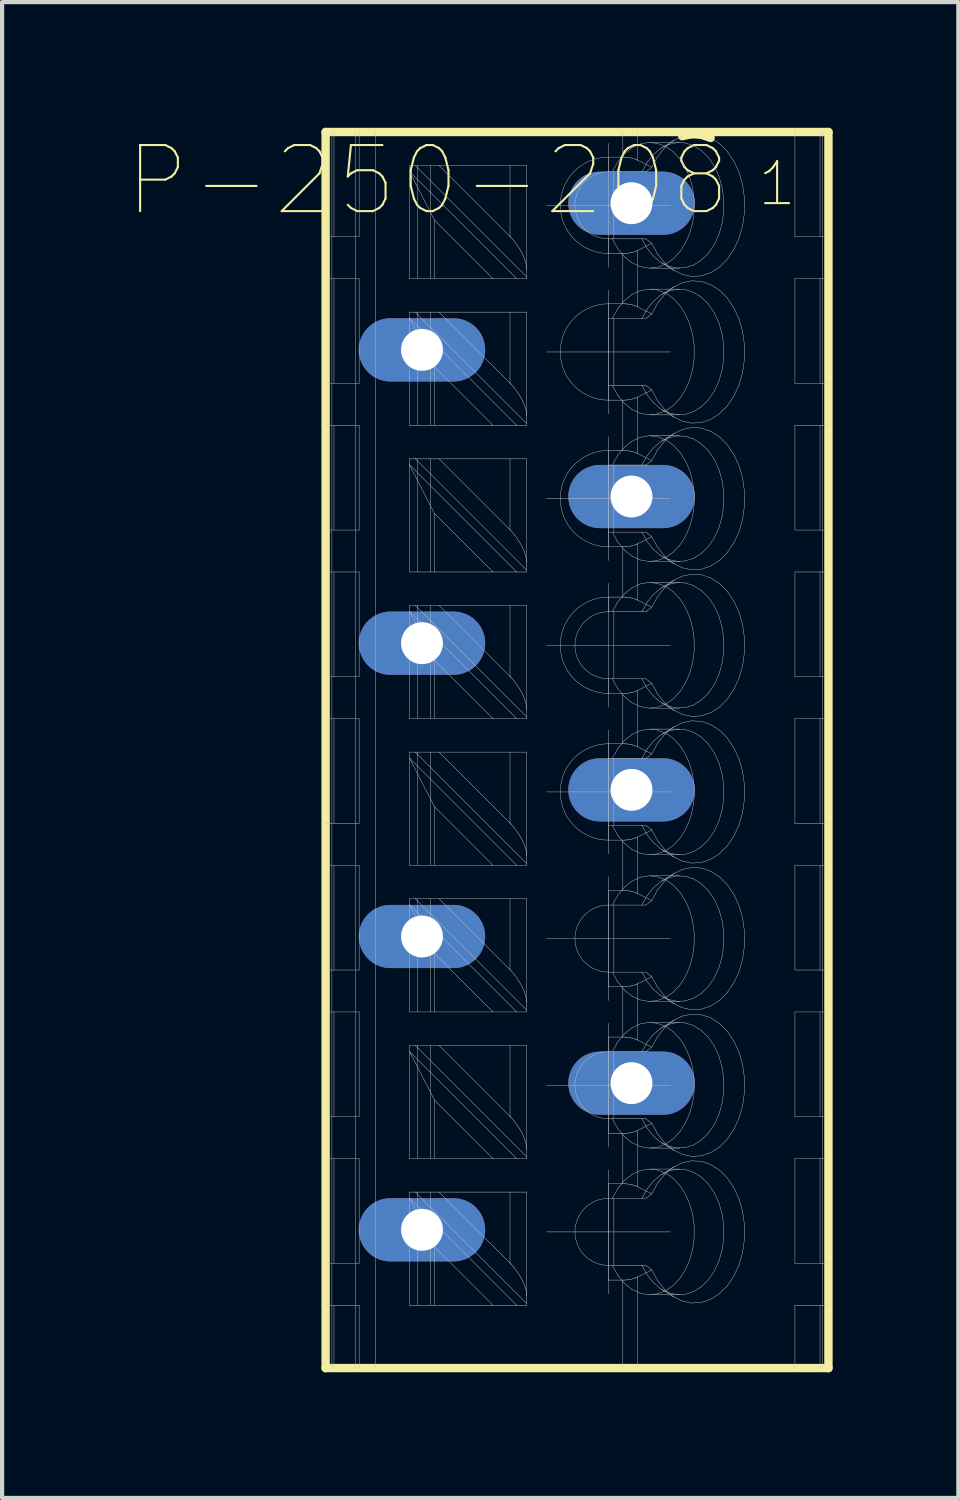
<source format=kicad_pcb>
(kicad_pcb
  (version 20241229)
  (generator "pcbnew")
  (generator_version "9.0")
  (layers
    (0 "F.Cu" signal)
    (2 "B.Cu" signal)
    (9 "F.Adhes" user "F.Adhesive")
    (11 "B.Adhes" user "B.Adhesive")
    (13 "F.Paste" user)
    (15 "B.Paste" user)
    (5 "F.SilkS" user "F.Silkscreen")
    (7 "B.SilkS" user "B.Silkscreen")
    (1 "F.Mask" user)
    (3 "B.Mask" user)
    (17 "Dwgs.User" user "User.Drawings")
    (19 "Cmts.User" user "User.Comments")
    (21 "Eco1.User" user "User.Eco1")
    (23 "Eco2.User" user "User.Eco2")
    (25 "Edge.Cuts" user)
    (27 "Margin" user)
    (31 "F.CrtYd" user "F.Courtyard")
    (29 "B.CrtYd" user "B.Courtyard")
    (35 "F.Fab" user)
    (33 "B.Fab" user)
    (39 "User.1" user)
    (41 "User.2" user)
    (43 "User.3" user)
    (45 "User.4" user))
  (footprint "P-250-208"
    (layer "F.Cu")
    (at 10.721 14.85)
    (property "Reference" "P-250-208" (at -3.556 -13.589 0) (layer "F.SilkS") (effects (font (size 1.577 1.577) (thickness 0.05))))
    (attr through_hole)
    (fp_line (start -6 -14.75) (end -6 14.75) (stroke (width 0.2) (type solid)) (layer "F.SilkS"))
    (fp_line (start -6 14.75) (end 6 14.75) (stroke (width 0.2) (type solid)) (layer "F.SilkS"))
    (fp_line (start 2.51 -14.65) (end 2.737 -14.698) (stroke (width 0.2) (type solid)) (layer "F.SilkS"))
    (fp_line (start 2.737 -14.698) (end 2.966 -14.684) (stroke (width 0.2) (type solid)) (layer "F.SilkS"))
    (fp_line (start 2.966 -14.684) (end 3.189 -14.608) (stroke (width 0.2) (type solid)) (layer "F.SilkS"))
    (fp_line (start 6 -14.75) (end -6 -14.75) (stroke (width 0.2) (type solid)) (layer "F.SilkS"))
    (fp_line (start 6 -14.75) (end 6 14.75) (stroke (width 0.2) (type solid)) (layer "F.SilkS"))
    (fp_line (start -6 -12.25) (end -5.2 -12.25) (stroke (width 0.01) (type solid)) (layer "Dwgs.User"))
    (fp_line (start -6 -8.75) (end -5.2 -8.75) (stroke (width 0.01) (type solid)) (layer "Dwgs.User"))
    (fp_line (start -6 -5.25) (end -5.2 -5.25) (stroke (width 0.01) (type solid)) (layer "Dwgs.User"))
    (fp_line (start -6 -1.75) (end -5.2 -1.75) (stroke (width 0.01) (type solid)) (layer "Dwgs.User"))
    (fp_line (start -6 1.75) (end -5.2 1.75) (stroke (width 0.01) (type solid)) (layer "Dwgs.User"))
    (fp_line (start -6 5.25) (end -5.2 5.25) (stroke (width 0.01) (type solid)) (layer "Dwgs.User"))
    (fp_line (start -6 8.75) (end -5.2 8.75) (stroke (width 0.01) (type solid)) (layer "Dwgs.User"))
    (fp_line (start -6 12.25) (end -5.2 12.25) (stroke (width 0.01) (type solid)) (layer "Dwgs.User"))
    (fp_line (start -5.85 -14.75) (end -5.85 14.75) (stroke (width 0.01) (type solid)) (layer "Dwgs.User"))
    (fp_line (start -5.8 -14.75) (end -5.8 -12.25) (stroke (width 0.01) (type solid)) (layer "Dwgs.User"))
    (fp_line (start -5.8 -11.25) (end -5.8 -8.75) (stroke (width 0.01) (type solid)) (layer "Dwgs.User"))
    (fp_line (start -5.8 -7.75) (end -5.8 -5.25) (stroke (width 0.01) (type solid)) (layer "Dwgs.User"))
    (fp_line (start -5.8 -4.25) (end -5.8 -1.75) (stroke (width 0.01) (type solid)) (layer "Dwgs.User"))
    (fp_line (start -5.8 -0.75) (end -5.8 1.75) (stroke (width 0.01) (type solid)) (layer "Dwgs.User"))
    (fp_line (start -5.8 2.75) (end -5.8 5.25) (stroke (width 0.01) (type solid)) (layer "Dwgs.User"))
    (fp_line (start -5.8 6.25) (end -5.8 8.75) (stroke (width 0.01) (type solid)) (layer "Dwgs.User"))
    (fp_line (start -5.8 9.75) (end -5.8 12.25) (stroke (width 0.01) (type solid)) (layer "Dwgs.User"))
    (fp_line (start -5.8 13.25) (end -5.8 14.75) (stroke (width 0.01) (type solid)) (layer "Dwgs.User"))
    (fp_line (start -5.283 -14.75) (end -5.283 14.75) (stroke (width 0.01) (type solid)) (layer "Dwgs.User"))
    (fp_line (start -5.2 -14.75) (end -5.2 -12.25) (stroke (width 0.01) (type solid)) (layer "Dwgs.User"))
    (fp_line (start -5.2 -11.25) (end -6 -11.25) (stroke (width 0.01) (type solid)) (layer "Dwgs.User"))
    (fp_line (start -5.2 -11.25) (end -5.2 -8.75) (stroke (width 0.01) (type solid)) (layer "Dwgs.User"))
    (fp_line (start -5.2 -7.75) (end -6 -7.75) (stroke (width 0.01) (type solid)) (layer "Dwgs.User"))
    (fp_line (start -5.2 -7.75) (end -5.2 -5.25) (stroke (width 0.01) (type solid)) (layer "Dwgs.User"))
    (fp_line (start -5.2 -4.25) (end -6 -4.25) (stroke (width 0.01) (type solid)) (layer "Dwgs.User"))
    (fp_line (start -5.2 -4.25) (end -5.2 -1.75) (stroke (width 0.01) (type solid)) (layer "Dwgs.User"))
    (fp_line (start -5.2 -0.75) (end -6 -0.75) (stroke (width 0.01) (type solid)) (layer "Dwgs.User"))
    (fp_line (start -5.2 -0.75) (end -5.2 1.75) (stroke (width 0.01) (type solid)) (layer "Dwgs.User"))
    (fp_line (start -5.2 2.75) (end -6 2.75) (stroke (width 0.01) (type solid)) (layer "Dwgs.User"))
    (fp_line (start -5.2 2.75) (end -5.2 5.25) (stroke (width 0.01) (type solid)) (layer "Dwgs.User"))
    (fp_line (start -5.2 6.25) (end -6 6.25) (stroke (width 0.01) (type solid)) (layer "Dwgs.User"))
    (fp_line (start -5.2 6.25) (end -5.2 8.75) (stroke (width 0.01) (type solid)) (layer "Dwgs.User"))
    (fp_line (start -5.2 9.75) (end -6 9.75) (stroke (width 0.01) (type solid)) (layer "Dwgs.User"))
    (fp_line (start -5.2 9.75) (end -5.2 12.25) (stroke (width 0.01) (type solid)) (layer "Dwgs.User"))
    (fp_line (start -5.2 13.25) (end -6 13.25) (stroke (width 0.01) (type solid)) (layer "Dwgs.User"))
    (fp_line (start -5.2 13.25) (end -5.2 14.75) (stroke (width 0.01) (type solid)) (layer "Dwgs.User"))
    (fp_line (start -4.813 -14.75) (end -4.813 14.75) (stroke (width 0.01) (type solid)) (layer "Dwgs.User"))
    (fp_line (start -4 -13.95) (end -3.859 -13.95) (stroke (width 0.01) (type solid)) (layer "Dwgs.User"))
    (fp_line (start -4 -13.809) (end -4 -13.95) (stroke (width 0.01) (type solid)) (layer "Dwgs.User"))
    (fp_line (start -4 -13.809) (end -1.441 -11.25) (stroke (width 0.01) (type solid)) (layer "Dwgs.User"))
    (fp_line (start -4 -11.25) (end -4 -13.809) (stroke (width 0.01) (type solid)) (layer "Dwgs.User"))
    (fp_line (start -4 -10.45) (end -3.859 -10.45) (stroke (width 0.01) (type solid)) (layer "Dwgs.User"))
    (fp_line (start -4 -10.309) (end -4 -10.45) (stroke (width 0.01) (type solid)) (layer "Dwgs.User"))
    (fp_line (start -4 -10.309) (end -1.441 -7.75) (stroke (width 0.01) (type solid)) (layer "Dwgs.User"))
    (fp_line (start -4 -7.75) (end -4 -10.309) (stroke (width 0.01) (type solid)) (layer "Dwgs.User"))
    (fp_line (start -4 -6.95) (end -3.859 -6.95) (stroke (width 0.01) (type solid)) (layer "Dwgs.User"))
    (fp_line (start -4 -6.809) (end -4 -6.95) (stroke (width 0.01) (type solid)) (layer "Dwgs.User"))
    (fp_line (start -4 -6.809) (end -1.441 -4.25) (stroke (width 0.01) (type solid)) (layer "Dwgs.User"))
    (fp_line (start -4 -4.25) (end -4 -6.809) (stroke (width 0.01) (type solid)) (layer "Dwgs.User"))
    (fp_line (start -4 -3.45) (end -3.859 -3.45) (stroke (width 0.01) (type solid)) (layer "Dwgs.User"))
    (fp_line (start -4 -3.309) (end -4 -3.45) (stroke (width 0.01) (type solid)) (layer "Dwgs.User"))
    (fp_line (start -4 -3.309) (end -1.441 -0.75) (stroke (width 0.01) (type solid)) (layer "Dwgs.User"))
    (fp_line (start -4 -0.75) (end -4 -3.309) (stroke (width 0.01) (type solid)) (layer "Dwgs.User"))
    (fp_line (start -4 0.05) (end -3.859 0.05) (stroke (width 0.01) (type solid)) (layer "Dwgs.User"))
    (fp_line (start -4 0.191) (end -4 0.05) (stroke (width 0.01) (type solid)) (layer "Dwgs.User"))
    (fp_line (start -4 0.191) (end -1.441 2.75) (stroke (width 0.01) (type solid)) (layer "Dwgs.User"))
    (fp_line (start -4 2.75) (end -4 0.191) (stroke (width 0.01) (type solid)) (layer "Dwgs.User"))
    (fp_line (start -4 3.55) (end -3.859 3.55) (stroke (width 0.01) (type solid)) (layer "Dwgs.User"))
    (fp_line (start -4 3.691) (end -4 3.55) (stroke (width 0.01) (type solid)) (layer "Dwgs.User"))
    (fp_line (start -4 3.691) (end -1.441 6.25) (stroke (width 0.01) (type solid)) (layer "Dwgs.User"))
    (fp_line (start -4 6.25) (end -4 3.691) (stroke (width 0.01) (type solid)) (layer "Dwgs.User"))
    (fp_line (start -4 7.05) (end -3.859 7.05) (stroke (width 0.01) (type solid)) (layer "Dwgs.User"))
    (fp_line (start -4 7.191) (end -4 7.05) (stroke (width 0.01) (type solid)) (layer "Dwgs.User"))
    (fp_line (start -4 7.191) (end -1.441 9.75) (stroke (width 0.01) (type solid)) (layer "Dwgs.User"))
    (fp_line (start -4 9.75) (end -4 7.191) (stroke (width 0.01) (type solid)) (layer "Dwgs.User"))
    (fp_line (start -4 10.55) (end -3.859 10.55) (stroke (width 0.01) (type solid)) (layer "Dwgs.User"))
    (fp_line (start -4 10.691) (end -4 10.55) (stroke (width 0.01) (type solid)) (layer "Dwgs.User"))
    (fp_line (start -4 10.691) (end -1.441 13.25) (stroke (width 0.01) (type solid)) (layer "Dwgs.User"))
    (fp_line (start -4 13.25) (end -4 10.691) (stroke (width 0.01) (type solid)) (layer "Dwgs.User"))
    (fp_line (start -3.9 -9.875) (end -3.9 -9.125) (stroke (width 0.01) (type solid)) (layer "Dwgs.User"))
    (fp_line (start -3.9 -2.875) (end -3.9 -2.125) (stroke (width 0.01) (type solid)) (layer "Dwgs.User"))
    (fp_line (start -3.9 4.125) (end -3.9 4.875) (stroke (width 0.01) (type solid)) (layer "Dwgs.User"))
    (fp_line (start -3.9 11.125) (end -3.9 11.875) (stroke (width 0.01) (type solid)) (layer "Dwgs.User"))
    (fp_line (start -3.859 -13.95) (end -1.2 -13.95) (stroke (width 0.01) (type solid)) (layer "Dwgs.User"))
    (fp_line (start -3.859 -13.95) (end -1.2 -11.291) (stroke (width 0.01) (type solid)) (layer "Dwgs.User"))
    (fp_line (start -3.859 -10.45) (end -1.2 -10.45) (stroke (width 0.01) (type solid)) (layer "Dwgs.User"))
    (fp_line (start -3.859 -10.45) (end -1.2 -7.791) (stroke (width 0.01) (type solid)) (layer "Dwgs.User"))
    (fp_line (start -3.859 -6.95) (end -1.2 -6.95) (stroke (width 0.01) (type solid)) (layer "Dwgs.User"))
    (fp_line (start -3.859 -6.95) (end -1.2 -4.291) (stroke (width 0.01) (type solid)) (layer "Dwgs.User"))
    (fp_line (start -3.859 -3.45) (end -1.2 -3.45) (stroke (width 0.01) (type solid)) (layer "Dwgs.User"))
    (fp_line (start -3.859 -3.45) (end -1.2 -0.791) (stroke (width 0.01) (type solid)) (layer "Dwgs.User"))
    (fp_line (start -3.859 0.05) (end -1.2 0.05) (stroke (width 0.01) (type solid)) (layer "Dwgs.User"))
    (fp_line (start -3.859 0.05) (end -1.2 2.709) (stroke (width 0.01) (type solid)) (layer "Dwgs.User"))
    (fp_line (start -3.859 3.55) (end -1.2 3.55) (stroke (width 0.01) (type solid)) (layer "Dwgs.User"))
    (fp_line (start -3.859 3.55) (end -1.2 6.209) (stroke (width 0.01) (type solid)) (layer "Dwgs.User"))
    (fp_line (start -3.859 7.05) (end -1.2 7.05) (stroke (width 0.01) (type solid)) (layer "Dwgs.User"))
    (fp_line (start -3.859 7.05) (end -1.2 9.709) (stroke (width 0.01) (type solid)) (layer "Dwgs.User"))
    (fp_line (start -3.859 10.55) (end -1.2 10.55) (stroke (width 0.01) (type solid)) (layer "Dwgs.User"))
    (fp_line (start -3.859 10.55) (end -1.2 13.209) (stroke (width 0.01) (type solid)) (layer "Dwgs.User"))
    (fp_line (start -3.8 -11.25) (end -3.8 -13.95) (stroke (width 0.01) (type solid)) (layer "Dwgs.User"))
    (fp_line (start -3.8 -7.75) (end -3.8 -10.45) (stroke (width 0.01) (type solid)) (layer "Dwgs.User"))
    (fp_line (start -3.8 -4.25) (end -3.8 -6.95) (stroke (width 0.01) (type solid)) (layer "Dwgs.User"))
    (fp_line (start -3.8 -0.75) (end -3.8 -3.45) (stroke (width 0.01) (type solid)) (layer "Dwgs.User"))
    (fp_line (start -3.8 2.75) (end -3.8 0.05) (stroke (width 0.01) (type solid)) (layer "Dwgs.User"))
    (fp_line (start -3.8 6.25) (end -3.8 3.55) (stroke (width 0.01) (type solid)) (layer "Dwgs.User"))
    (fp_line (start -3.8 9.75) (end -3.8 7.05) (stroke (width 0.01) (type solid)) (layer "Dwgs.User"))
    (fp_line (start -3.8 13.25) (end -3.8 10.55) (stroke (width 0.01) (type solid)) (layer "Dwgs.User"))
    (fp_line (start -3.5 -11.25) (end -3.5 -13.95) (stroke (width 0.01) (type solid)) (layer "Dwgs.User"))
    (fp_line (start -3.5 -9.875) (end -3.9 -9.875) (stroke (width 0.01) (type solid)) (layer "Dwgs.User"))
    (fp_line (start -3.5 -9.125) (end -3.9 -9.125) (stroke (width 0.01) (type solid)) (layer "Dwgs.User"))
    (fp_line (start -3.5 -7.75) (end -3.5 -10.45) (stroke (width 0.01) (type solid)) (layer "Dwgs.User"))
    (fp_line (start -3.5 -4.25) (end -3.5 -6.95) (stroke (width 0.01) (type solid)) (layer "Dwgs.User"))
    (fp_line (start -3.5 -2.875) (end -3.9 -2.875) (stroke (width 0.01) (type solid)) (layer "Dwgs.User"))
    (fp_line (start -3.5 -2.125) (end -3.9 -2.125) (stroke (width 0.01) (type solid)) (layer "Dwgs.User"))
    (fp_line (start -3.5 -0.75) (end -3.5 -3.45) (stroke (width 0.01) (type solid)) (layer "Dwgs.User"))
    (fp_line (start -3.5 2.75) (end -3.5 0.05) (stroke (width 0.01) (type solid)) (layer "Dwgs.User"))
    (fp_line (start -3.5 4.125) (end -3.9 4.125) (stroke (width 0.01) (type solid)) (layer "Dwgs.User"))
    (fp_line (start -3.5 4.875) (end -3.9 4.875) (stroke (width 0.01) (type solid)) (layer "Dwgs.User"))
    (fp_line (start -3.5 6.25) (end -3.5 3.55) (stroke (width 0.01) (type solid)) (layer "Dwgs.User"))
    (fp_line (start -3.5 9.75) (end -3.5 7.05) (stroke (width 0.01) (type solid)) (layer "Dwgs.User"))
    (fp_line (start -3.5 11.125) (end -3.9 11.125) (stroke (width 0.01) (type solid)) (layer "Dwgs.User"))
    (fp_line (start -3.5 11.875) (end -3.9 11.875) (stroke (width 0.01) (type solid)) (layer "Dwgs.User"))
    (fp_line (start -3.5 13.25) (end -3.5 10.55) (stroke (width 0.01) (type solid)) (layer "Dwgs.User"))
    (fp_line (start -3.4 -12.643) (end -4 -13.809) (stroke (width 0.01) (type solid)) (layer "Dwgs.User"))
    (fp_line (start -3.4 -11.25) (end -3.4 -12.643) (stroke (width 0.01) (type solid)) (layer "Dwgs.User"))
    (fp_line (start -3.4 -9.143) (end -4 -10.309) (stroke (width 0.01) (type solid)) (layer "Dwgs.User"))
    (fp_line (start -3.4 -7.75) (end -3.4 -9.143) (stroke (width 0.01) (type solid)) (layer "Dwgs.User"))
    (fp_line (start -3.4 -5.643) (end -4 -6.809) (stroke (width 0.01) (type solid)) (layer "Dwgs.User"))
    (fp_line (start -3.4 -4.25) (end -3.4 -5.643) (stroke (width 0.01) (type solid)) (layer "Dwgs.User"))
    (fp_line (start -3.4 -2.143) (end -4 -3.309) (stroke (width 0.01) (type solid)) (layer "Dwgs.User"))
    (fp_line (start -3.4 -0.75) (end -3.4 -2.143) (stroke (width 0.01) (type solid)) (layer "Dwgs.User"))
    (fp_line (start -3.4 1.357) (end -4 0.191) (stroke (width 0.01) (type solid)) (layer "Dwgs.User"))
    (fp_line (start -3.4 2.75) (end -3.4 1.357) (stroke (width 0.01) (type solid)) (layer "Dwgs.User"))
    (fp_line (start -3.4 4.857) (end -4 3.691) (stroke (width 0.01) (type solid)) (layer "Dwgs.User"))
    (fp_line (start -3.4 6.25) (end -3.4 4.857) (stroke (width 0.01) (type solid)) (layer "Dwgs.User"))
    (fp_line (start -3.4 8.357) (end -4 7.191) (stroke (width 0.01) (type solid)) (layer "Dwgs.User"))
    (fp_line (start -3.4 9.75) (end -3.4 8.357) (stroke (width 0.01) (type solid)) (layer "Dwgs.User"))
    (fp_line (start -3.4 11.857) (end -4 10.691) (stroke (width 0.01) (type solid)) (layer "Dwgs.User"))
    (fp_line (start -3.4 13.25) (end -3.4 11.857) (stroke (width 0.01) (type solid)) (layer "Dwgs.User"))
    (fp_line (start -3.293 -13.95) (end -1.6 -12.257) (stroke (width 0.01) (type solid)) (layer "Dwgs.User"))
    (fp_line (start -3.293 -10.45) (end -1.6 -8.757) (stroke (width 0.01) (type solid)) (layer "Dwgs.User"))
    (fp_line (start -3.293 -6.95) (end -1.6 -5.257) (stroke (width 0.01) (type solid)) (layer "Dwgs.User"))
    (fp_line (start -3.293 -3.45) (end -1.6 -1.757) (stroke (width 0.01) (type solid)) (layer "Dwgs.User"))
    (fp_line (start -3.293 0.05) (end -1.6 1.743) (stroke (width 0.01) (type solid)) (layer "Dwgs.User"))
    (fp_line (start -3.293 3.55) (end -1.6 5.243) (stroke (width 0.01) (type solid)) (layer "Dwgs.User"))
    (fp_line (start -3.293 7.05) (end -1.6 8.743) (stroke (width 0.01) (type solid)) (layer "Dwgs.User"))
    (fp_line (start -3.293 10.55) (end -1.6 12.243) (stroke (width 0.01) (type solid)) (layer "Dwgs.User"))
    (fp_line (start -2.007 -11.25) (end -4 -11.25) (stroke (width 0.01) (type solid)) (layer "Dwgs.User"))
    (fp_line (start -2.007 -11.25) (end -3.4 -12.643) (stroke (width 0.01) (type solid)) (layer "Dwgs.User"))
    (fp_line (start -2.007 -7.75) (end -4 -7.75) (stroke (width 0.01) (type solid)) (layer "Dwgs.User"))
    (fp_line (start -2.007 -7.75) (end -3.4 -9.143) (stroke (width 0.01) (type solid)) (layer "Dwgs.User"))
    (fp_line (start -2.007 -4.25) (end -4 -4.25) (stroke (width 0.01) (type solid)) (layer "Dwgs.User"))
    (fp_line (start -2.007 -4.25) (end -3.4 -5.643) (stroke (width 0.01) (type solid)) (layer "Dwgs.User"))
    (fp_line (start -2.007 -0.75) (end -4 -0.75) (stroke (width 0.01) (type solid)) (layer "Dwgs.User"))
    (fp_line (start -2.007 -0.75) (end -3.4 -2.143) (stroke (width 0.01) (type solid)) (layer "Dwgs.User"))
    (fp_line (start -2.007 2.75) (end -4 2.75) (stroke (width 0.01) (type solid)) (layer "Dwgs.User"))
    (fp_line (start -2.007 2.75) (end -3.4 1.357) (stroke (width 0.01) (type solid)) (layer "Dwgs.User"))
    (fp_line (start -2.007 6.25) (end -4 6.25) (stroke (width 0.01) (type solid)) (layer "Dwgs.User"))
    (fp_line (start -2.007 6.25) (end -3.4 4.857) (stroke (width 0.01) (type solid)) (layer "Dwgs.User"))
    (fp_line (start -2.007 9.75) (end -4 9.75) (stroke (width 0.01) (type solid)) (layer "Dwgs.User"))
    (fp_line (start -2.007 9.75) (end -3.4 8.357) (stroke (width 0.01) (type solid)) (layer "Dwgs.User"))
    (fp_line (start -2.007 13.25) (end -4 13.25) (stroke (width 0.01) (type solid)) (layer "Dwgs.User"))
    (fp_line (start -2.007 13.25) (end -3.4 11.857) (stroke (width 0.01) (type solid)) (layer "Dwgs.User"))
    (fp_line (start -1.6 -12.257) (end -1.6 -13.95) (stroke (width 0.01) (type solid)) (layer "Dwgs.User"))
    (fp_line (start -1.6 -8.757) (end -1.6 -10.45) (stroke (width 0.01) (type solid)) (layer "Dwgs.User"))
    (fp_line (start -1.6 -5.257) (end -1.6 -6.95) (stroke (width 0.01) (type solid)) (layer "Dwgs.User"))
    (fp_line (start -1.6 -1.757) (end -1.6 -3.45) (stroke (width 0.01) (type solid)) (layer "Dwgs.User"))
    (fp_line (start -1.6 1.743) (end -1.6 0.05) (stroke (width 0.01) (type solid)) (layer "Dwgs.User"))
    (fp_line (start -1.6 5.243) (end -1.6 3.55) (stroke (width 0.01) (type solid)) (layer "Dwgs.User"))
    (fp_line (start -1.6 8.743) (end -1.6 7.05) (stroke (width 0.01) (type solid)) (layer "Dwgs.User"))
    (fp_line (start -1.6 12.243) (end -1.6 10.55) (stroke (width 0.01) (type solid)) (layer "Dwgs.User"))
    (fp_line (start -1.597 -12.254) (end -1.6 -12.257) (stroke (width 0.01) (type solid)) (layer "Dwgs.User"))
    (fp_line (start -1.597 -8.754) (end -1.6 -8.757) (stroke (width 0.01) (type solid)) (layer "Dwgs.User"))
    (fp_line (start -1.597 -5.254) (end -1.6 -5.257) (stroke (width 0.01) (type solid)) (layer "Dwgs.User"))
    (fp_line (start -1.597 -1.754) (end -1.6 -1.757) (stroke (width 0.01) (type solid)) (layer "Dwgs.User"))
    (fp_line (start -1.597 1.746) (end -1.6 1.743) (stroke (width 0.01) (type solid)) (layer "Dwgs.User"))
    (fp_line (start -1.597 5.246) (end -1.6 5.243) (stroke (width 0.01) (type solid)) (layer "Dwgs.User"))
    (fp_line (start -1.597 8.746) (end -1.6 8.743) (stroke (width 0.01) (type solid)) (layer "Dwgs.User"))
    (fp_line (start -1.597 12.246) (end -1.6 12.243) (stroke (width 0.01) (type solid)) (layer "Dwgs.User"))
    (fp_line (start -1.591 -12.248) (end -1.597 -12.254) (stroke (width 0.01) (type solid)) (layer "Dwgs.User"))
    (fp_line (start -1.591 -8.748) (end -1.597 -8.754) (stroke (width 0.01) (type solid)) (layer "Dwgs.User"))
    (fp_line (start -1.591 -5.248) (end -1.597 -5.254) (stroke (width 0.01) (type solid)) (layer "Dwgs.User"))
    (fp_line (start -1.591 -1.748) (end -1.597 -1.754) (stroke (width 0.01) (type solid)) (layer "Dwgs.User"))
    (fp_line (start -1.591 1.752) (end -1.597 1.746) (stroke (width 0.01) (type solid)) (layer "Dwgs.User"))
    (fp_line (start -1.591 5.252) (end -1.597 5.246) (stroke (width 0.01) (type solid)) (layer "Dwgs.User"))
    (fp_line (start -1.591 8.752) (end -1.597 8.746) (stroke (width 0.01) (type solid)) (layer "Dwgs.User"))
    (fp_line (start -1.591 12.252) (end -1.597 12.246) (stroke (width 0.01) (type solid)) (layer "Dwgs.User"))
    (fp_line (start -1.583 -12.239) (end -1.591 -12.248) (stroke (width 0.01) (type solid)) (layer "Dwgs.User"))
    (fp_line (start -1.583 -8.739) (end -1.591 -8.748) (stroke (width 0.01) (type solid)) (layer "Dwgs.User"))
    (fp_line (start -1.583 -5.239) (end -1.591 -5.248) (stroke (width 0.01) (type solid)) (layer "Dwgs.User"))
    (fp_line (start -1.583 -1.739) (end -1.591 -1.748) (stroke (width 0.01) (type solid)) (layer "Dwgs.User"))
    (fp_line (start -1.583 1.761) (end -1.591 1.752) (stroke (width 0.01) (type solid)) (layer "Dwgs.User"))
    (fp_line (start -1.583 5.261) (end -1.591 5.252) (stroke (width 0.01) (type solid)) (layer "Dwgs.User"))
    (fp_line (start -1.583 8.761) (end -1.591 8.752) (stroke (width 0.01) (type solid)) (layer "Dwgs.User"))
    (fp_line (start -1.583 12.261) (end -1.591 12.252) (stroke (width 0.01) (type solid)) (layer "Dwgs.User"))
    (fp_line (start -1.58 -12.236) (end -1.583 -12.239) (stroke (width 0.01) (type solid)) (layer "Dwgs.User"))
    (fp_line (start -1.58 -8.736) (end -1.583 -8.739) (stroke (width 0.01) (type solid)) (layer "Dwgs.User"))
    (fp_line (start -1.58 -5.236) (end -1.583 -5.239) (stroke (width 0.01) (type solid)) (layer "Dwgs.User"))
    (fp_line (start -1.58 -1.736) (end -1.583 -1.739) (stroke (width 0.01) (type solid)) (layer "Dwgs.User"))
    (fp_line (start -1.58 1.764) (end -1.583 1.761) (stroke (width 0.01) (type solid)) (layer "Dwgs.User"))
    (fp_line (start -1.58 5.264) (end -1.583 5.261) (stroke (width 0.01) (type solid)) (layer "Dwgs.User"))
    (fp_line (start -1.58 8.764) (end -1.583 8.761) (stroke (width 0.01) (type solid)) (layer "Dwgs.User"))
    (fp_line (start -1.58 12.264) (end -1.583 12.261) (stroke (width 0.01) (type solid)) (layer "Dwgs.User"))
    (fp_line (start -1.568 -12.224) (end -1.58 -12.236) (stroke (width 0.01) (type solid)) (layer "Dwgs.User"))
    (fp_line (start -1.568 -8.724) (end -1.58 -8.736) (stroke (width 0.01) (type solid)) (layer "Dwgs.User"))
    (fp_line (start -1.568 -5.224) (end -1.58 -5.236) (stroke (width 0.01) (type solid)) (layer "Dwgs.User"))
    (fp_line (start -1.568 -1.724) (end -1.58 -1.736) (stroke (width 0.01) (type solid)) (layer "Dwgs.User"))
    (fp_line (start -1.568 1.776) (end -1.58 1.764) (stroke (width 0.01) (type solid)) (layer "Dwgs.User"))
    (fp_line (start -1.568 5.276) (end -1.58 5.264) (stroke (width 0.01) (type solid)) (layer "Dwgs.User"))
    (fp_line (start -1.568 8.776) (end -1.58 8.764) (stroke (width 0.01) (type solid)) (layer "Dwgs.User"))
    (fp_line (start -1.568 12.276) (end -1.58 12.264) (stroke (width 0.01) (type solid)) (layer "Dwgs.User"))
    (fp_line (start -1.548 -12.202) (end -1.568 -12.224) (stroke (width 0.01) (type solid)) (layer "Dwgs.User"))
    (fp_line (start -1.548 -8.702) (end -1.568 -8.724) (stroke (width 0.01) (type solid)) (layer "Dwgs.User"))
    (fp_line (start -1.548 -5.202) (end -1.568 -5.224) (stroke (width 0.01) (type solid)) (layer "Dwgs.User"))
    (fp_line (start -1.548 -1.702) (end -1.568 -1.724) (stroke (width 0.01) (type solid)) (layer "Dwgs.User"))
    (fp_line (start -1.548 1.798) (end -1.568 1.776) (stroke (width 0.01) (type solid)) (layer "Dwgs.User"))
    (fp_line (start -1.548 5.298) (end -1.568 5.276) (stroke (width 0.01) (type solid)) (layer "Dwgs.User"))
    (fp_line (start -1.548 8.798) (end -1.568 8.776) (stroke (width 0.01) (type solid)) (layer "Dwgs.User"))
    (fp_line (start -1.548 12.298) (end -1.568 12.276) (stroke (width 0.01) (type solid)) (layer "Dwgs.User"))
    (fp_line (start -1.513 -12.162) (end -1.548 -12.202) (stroke (width 0.01) (type solid)) (layer "Dwgs.User"))
    (fp_line (start -1.513 -8.662) (end -1.548 -8.702) (stroke (width 0.01) (type solid)) (layer "Dwgs.User"))
    (fp_line (start -1.513 -5.162) (end -1.548 -5.202) (stroke (width 0.01) (type solid)) (layer "Dwgs.User"))
    (fp_line (start -1.513 -1.662) (end -1.548 -1.702) (stroke (width 0.01) (type solid)) (layer "Dwgs.User"))
    (fp_line (start -1.513 1.838) (end -1.548 1.798) (stroke (width 0.01) (type solid)) (layer "Dwgs.User"))
    (fp_line (start -1.513 5.338) (end -1.548 5.298) (stroke (width 0.01) (type solid)) (layer "Dwgs.User"))
    (fp_line (start -1.513 8.838) (end -1.548 8.798) (stroke (width 0.01) (type solid)) (layer "Dwgs.User"))
    (fp_line (start -1.513 12.338) (end -1.548 12.298) (stroke (width 0.01) (type solid)) (layer "Dwgs.User"))
    (fp_line (start -1.496 -12.141) (end -1.513 -12.162) (stroke (width 0.01) (type solid)) (layer "Dwgs.User"))
    (fp_line (start -1.496 -8.641) (end -1.513 -8.662) (stroke (width 0.01) (type solid)) (layer "Dwgs.User"))
    (fp_line (start -1.496 -5.141) (end -1.513 -5.162) (stroke (width 0.01) (type solid)) (layer "Dwgs.User"))
    (fp_line (start -1.496 -1.641) (end -1.513 -1.662) (stroke (width 0.01) (type solid)) (layer "Dwgs.User"))
    (fp_line (start -1.496 1.859) (end -1.513 1.838) (stroke (width 0.01) (type solid)) (layer "Dwgs.User"))
    (fp_line (start -1.496 5.359) (end -1.513 5.338) (stroke (width 0.01) (type solid)) (layer "Dwgs.User"))
    (fp_line (start -1.496 8.859) (end -1.513 8.838) (stroke (width 0.01) (type solid)) (layer "Dwgs.User"))
    (fp_line (start -1.496 12.359) (end -1.513 12.338) (stroke (width 0.01) (type solid)) (layer "Dwgs.User"))
    (fp_line (start -1.48 -12.119) (end -1.496 -12.141) (stroke (width 0.01) (type solid)) (layer "Dwgs.User"))
    (fp_line (start -1.48 -8.619) (end -1.496 -8.641) (stroke (width 0.01) (type solid)) (layer "Dwgs.User"))
    (fp_line (start -1.48 -5.119) (end -1.496 -5.141) (stroke (width 0.01) (type solid)) (layer "Dwgs.User"))
    (fp_line (start -1.48 -1.619) (end -1.496 -1.641) (stroke (width 0.01) (type solid)) (layer "Dwgs.User"))
    (fp_line (start -1.48 1.881) (end -1.496 1.859) (stroke (width 0.01) (type solid)) (layer "Dwgs.User"))
    (fp_line (start -1.48 5.381) (end -1.496 5.359) (stroke (width 0.01) (type solid)) (layer "Dwgs.User"))
    (fp_line (start -1.48 8.881) (end -1.496 8.859) (stroke (width 0.01) (type solid)) (layer "Dwgs.User"))
    (fp_line (start -1.48 12.381) (end -1.496 12.359) (stroke (width 0.01) (type solid)) (layer "Dwgs.User"))
    (fp_line (start -1.447 -12.075) (end -1.48 -12.119) (stroke (width 0.01) (type solid)) (layer "Dwgs.User"))
    (fp_line (start -1.447 -8.575) (end -1.48 -8.619) (stroke (width 0.01) (type solid)) (layer "Dwgs.User"))
    (fp_line (start -1.447 -5.075) (end -1.48 -5.119) (stroke (width 0.01) (type solid)) (layer "Dwgs.User"))
    (fp_line (start -1.447 -1.575) (end -1.48 -1.619) (stroke (width 0.01) (type solid)) (layer "Dwgs.User"))
    (fp_line (start -1.447 1.925) (end -1.48 1.881) (stroke (width 0.01) (type solid)) (layer "Dwgs.User"))
    (fp_line (start -1.447 5.425) (end -1.48 5.381) (stroke (width 0.01) (type solid)) (layer "Dwgs.User"))
    (fp_line (start -1.447 8.925) (end -1.48 8.881) (stroke (width 0.01) (type solid)) (layer "Dwgs.User"))
    (fp_line (start -1.447 12.425) (end -1.48 12.381) (stroke (width 0.01) (type solid)) (layer "Dwgs.User"))
    (fp_line (start -1.441 -11.25) (end -2.007 -11.25) (stroke (width 0.01) (type solid)) (layer "Dwgs.User"))
    (fp_line (start -1.441 -7.75) (end -2.007 -7.75) (stroke (width 0.01) (type solid)) (layer "Dwgs.User"))
    (fp_line (start -1.441 -4.25) (end -2.007 -4.25) (stroke (width 0.01) (type solid)) (layer "Dwgs.User"))
    (fp_line (start -1.441 -0.75) (end -2.007 -0.75) (stroke (width 0.01) (type solid)) (layer "Dwgs.User"))
    (fp_line (start -1.441 2.75) (end -2.007 2.75) (stroke (width 0.01) (type solid)) (layer "Dwgs.User"))
    (fp_line (start -1.441 6.25) (end -2.007 6.25) (stroke (width 0.01) (type solid)) (layer "Dwgs.User"))
    (fp_line (start -1.441 9.75) (end -2.007 9.75) (stroke (width 0.01) (type solid)) (layer "Dwgs.User"))
    (fp_line (start -1.441 13.25) (end -2.007 13.25) (stroke (width 0.01) (type solid)) (layer "Dwgs.User"))
    (fp_line (start -1.415 -12.03) (end -1.447 -12.075) (stroke (width 0.01) (type solid)) (layer "Dwgs.User"))
    (fp_line (start -1.415 -8.53) (end -1.447 -8.575) (stroke (width 0.01) (type solid)) (layer "Dwgs.User"))
    (fp_line (start -1.415 -5.03) (end -1.447 -5.075) (stroke (width 0.01) (type solid)) (layer "Dwgs.User"))
    (fp_line (start -1.415 -1.53) (end -1.447 -1.575) (stroke (width 0.01) (type solid)) (layer "Dwgs.User"))
    (fp_line (start -1.415 1.97) (end -1.447 1.925) (stroke (width 0.01) (type solid)) (layer "Dwgs.User"))
    (fp_line (start -1.415 5.47) (end -1.447 5.425) (stroke (width 0.01) (type solid)) (layer "Dwgs.User"))
    (fp_line (start -1.415 8.97) (end -1.447 8.925) (stroke (width 0.01) (type solid)) (layer "Dwgs.User"))
    (fp_line (start -1.415 12.47) (end -1.447 12.425) (stroke (width 0.01) (type solid)) (layer "Dwgs.User"))
    (fp_line (start -1.385 -11.983) (end -1.415 -12.03) (stroke (width 0.01) (type solid)) (layer "Dwgs.User"))
    (fp_line (start -1.385 -8.483) (end -1.415 -8.53) (stroke (width 0.01) (type solid)) (layer "Dwgs.User"))
    (fp_line (start -1.385 -4.983) (end -1.415 -5.03) (stroke (width 0.01) (type solid)) (layer "Dwgs.User"))
    (fp_line (start -1.385 -1.483) (end -1.415 -1.53) (stroke (width 0.01) (type solid)) (layer "Dwgs.User"))
    (fp_line (start -1.385 2.017) (end -1.415 1.97) (stroke (width 0.01) (type solid)) (layer "Dwgs.User"))
    (fp_line (start -1.385 5.517) (end -1.415 5.47) (stroke (width 0.01) (type solid)) (layer "Dwgs.User"))
    (fp_line (start -1.385 9.017) (end -1.415 8.97) (stroke (width 0.01) (type solid)) (layer "Dwgs.User"))
    (fp_line (start -1.385 12.517) (end -1.415 12.47) (stroke (width 0.01) (type solid)) (layer "Dwgs.User"))
    (fp_line (start -1.357 -11.936) (end -1.385 -11.983) (stroke (width 0.01) (type solid)) (layer "Dwgs.User"))
    (fp_line (start -1.357 -8.436) (end -1.385 -8.483) (stroke (width 0.01) (type solid)) (layer "Dwgs.User"))
    (fp_line (start -1.357 -4.936) (end -1.385 -4.983) (stroke (width 0.01) (type solid)) (layer "Dwgs.User"))
    (fp_line (start -1.357 -1.436) (end -1.385 -1.483) (stroke (width 0.01) (type solid)) (layer "Dwgs.User"))
    (fp_line (start -1.357 2.064) (end -1.385 2.017) (stroke (width 0.01) (type solid)) (layer "Dwgs.User"))
    (fp_line (start -1.357 5.564) (end -1.385 5.517) (stroke (width 0.01) (type solid)) (layer "Dwgs.User"))
    (fp_line (start -1.357 9.064) (end -1.385 9.017) (stroke (width 0.01) (type solid)) (layer "Dwgs.User"))
    (fp_line (start -1.357 12.564) (end -1.385 12.517) (stroke (width 0.01) (type solid)) (layer "Dwgs.User"))
    (fp_line (start -1.33 -11.888) (end -1.357 -11.936) (stroke (width 0.01) (type solid)) (layer "Dwgs.User"))
    (fp_line (start -1.33 -8.388) (end -1.357 -8.436) (stroke (width 0.01) (type solid)) (layer "Dwgs.User"))
    (fp_line (start -1.33 -4.888) (end -1.357 -4.936) (stroke (width 0.01) (type solid)) (layer "Dwgs.User"))
    (fp_line (start -1.33 -1.388) (end -1.357 -1.436) (stroke (width 0.01) (type solid)) (layer "Dwgs.User"))
    (fp_line (start -1.33 2.112) (end -1.357 2.064) (stroke (width 0.01) (type solid)) (layer "Dwgs.User"))
    (fp_line (start -1.33 5.612) (end -1.357 5.564) (stroke (width 0.01) (type solid)) (layer "Dwgs.User"))
    (fp_line (start -1.33 9.112) (end -1.357 9.064) (stroke (width 0.01) (type solid)) (layer "Dwgs.User"))
    (fp_line (start -1.33 12.612) (end -1.357 12.564) (stroke (width 0.01) (type solid)) (layer "Dwgs.User"))
    (fp_line (start -1.317 -11.864) (end -1.33 -11.888) (stroke (width 0.01) (type solid)) (layer "Dwgs.User"))
    (fp_line (start -1.317 -8.364) (end -1.33 -8.388) (stroke (width 0.01) (type solid)) (layer "Dwgs.User"))
    (fp_line (start -1.317 -4.864) (end -1.33 -4.888) (stroke (width 0.01) (type solid)) (layer "Dwgs.User"))
    (fp_line (start -1.317 -1.364) (end -1.33 -1.388) (stroke (width 0.01) (type solid)) (layer "Dwgs.User"))
    (fp_line (start -1.317 2.136) (end -1.33 2.112) (stroke (width 0.01) (type solid)) (layer "Dwgs.User"))
    (fp_line (start -1.317 5.636) (end -1.33 5.612) (stroke (width 0.01) (type solid)) (layer "Dwgs.User"))
    (fp_line (start -1.317 9.136) (end -1.33 9.112) (stroke (width 0.01) (type solid)) (layer "Dwgs.User"))
    (fp_line (start -1.317 12.636) (end -1.33 12.612) (stroke (width 0.01) (type solid)) (layer "Dwgs.User"))
    (fp_line (start -1.305 -11.84) (end -1.317 -11.864) (stroke (width 0.01) (type solid)) (layer "Dwgs.User"))
    (fp_line (start -1.305 -8.34) (end -1.317 -8.364) (stroke (width 0.01) (type solid)) (layer "Dwgs.User"))
    (fp_line (start -1.305 -4.84) (end -1.317 -4.864) (stroke (width 0.01) (type solid)) (layer "Dwgs.User"))
    (fp_line (start -1.305 -1.34) (end -1.317 -1.364) (stroke (width 0.01) (type solid)) (layer "Dwgs.User"))
    (fp_line (start -1.305 2.16) (end -1.317 2.136) (stroke (width 0.01) (type solid)) (layer "Dwgs.User"))
    (fp_line (start -1.305 5.66) (end -1.317 5.636) (stroke (width 0.01) (type solid)) (layer "Dwgs.User"))
    (fp_line (start -1.305 9.16) (end -1.317 9.136) (stroke (width 0.01) (type solid)) (layer "Dwgs.User"))
    (fp_line (start -1.305 12.66) (end -1.317 12.636) (stroke (width 0.01) (type solid)) (layer "Dwgs.User"))
    (fp_line (start -1.283 -11.792) (end -1.305 -11.84) (stroke (width 0.01) (type solid)) (layer "Dwgs.User"))
    (fp_line (start -1.283 -8.292) (end -1.305 -8.34) (stroke (width 0.01) (type solid)) (layer "Dwgs.User"))
    (fp_line (start -1.283 -4.792) (end -1.305 -4.84) (stroke (width 0.01) (type solid)) (layer "Dwgs.User"))
    (fp_line (start -1.283 -1.292) (end -1.305 -1.34) (stroke (width 0.01) (type solid)) (layer "Dwgs.User"))
    (fp_line (start -1.283 2.208) (end -1.305 2.16) (stroke (width 0.01) (type solid)) (layer "Dwgs.User"))
    (fp_line (start -1.283 5.708) (end -1.305 5.66) (stroke (width 0.01) (type solid)) (layer "Dwgs.User"))
    (fp_line (start -1.283 9.208) (end -1.305 9.16) (stroke (width 0.01) (type solid)) (layer "Dwgs.User"))
    (fp_line (start -1.283 12.708) (end -1.305 12.66) (stroke (width 0.01) (type solid)) (layer "Dwgs.User"))
    (fp_line (start -1.263 -11.745) (end -1.283 -11.792) (stroke (width 0.01) (type solid)) (layer "Dwgs.User"))
    (fp_line (start -1.263 -8.245) (end -1.283 -8.292) (stroke (width 0.01) (type solid)) (layer "Dwgs.User"))
    (fp_line (start -1.263 -4.745) (end -1.283 -4.792) (stroke (width 0.01) (type solid)) (layer "Dwgs.User"))
    (fp_line (start -1.263 -1.245) (end -1.283 -1.292) (stroke (width 0.01) (type solid)) (layer "Dwgs.User"))
    (fp_line (start -1.263 2.255) (end -1.283 2.208) (stroke (width 0.01) (type solid)) (layer "Dwgs.User"))
    (fp_line (start -1.263 5.755) (end -1.283 5.708) (stroke (width 0.01) (type solid)) (layer "Dwgs.User"))
    (fp_line (start -1.263 9.255) (end -1.283 9.208) (stroke (width 0.01) (type solid)) (layer "Dwgs.User"))
    (fp_line (start -1.263 12.755) (end -1.283 12.708) (stroke (width 0.01) (type solid)) (layer "Dwgs.User"))
    (fp_line (start -1.245 -11.699) (end -1.263 -11.745) (stroke (width 0.01) (type solid)) (layer "Dwgs.User"))
    (fp_line (start -1.245 -8.199) (end -1.263 -8.245) (stroke (width 0.01) (type solid)) (layer "Dwgs.User"))
    (fp_line (start -1.245 -4.699) (end -1.263 -4.745) (stroke (width 0.01) (type solid)) (layer "Dwgs.User"))
    (fp_line (start -1.245 -1.199) (end -1.263 -1.245) (stroke (width 0.01) (type solid)) (layer "Dwgs.User"))
    (fp_line (start -1.245 2.301) (end -1.263 2.255) (stroke (width 0.01) (type solid)) (layer "Dwgs.User"))
    (fp_line (start -1.245 5.801) (end -1.263 5.755) (stroke (width 0.01) (type solid)) (layer "Dwgs.User"))
    (fp_line (start -1.245 9.301) (end -1.263 9.255) (stroke (width 0.01) (type solid)) (layer "Dwgs.User"))
    (fp_line (start -1.245 12.801) (end -1.263 12.755) (stroke (width 0.01) (type solid)) (layer "Dwgs.User"))
    (fp_line (start -1.23 -11.655) (end -1.245 -11.699) (stroke (width 0.01) (type solid)) (layer "Dwgs.User"))
    (fp_line (start -1.23 -8.155) (end -1.245 -8.199) (stroke (width 0.01) (type solid)) (layer "Dwgs.User"))
    (fp_line (start -1.23 -4.655) (end -1.245 -4.699) (stroke (width 0.01) (type solid)) (layer "Dwgs.User"))
    (fp_line (start -1.23 -1.155) (end -1.245 -1.199) (stroke (width 0.01) (type solid)) (layer "Dwgs.User"))
    (fp_line (start -1.23 2.345) (end -1.245 2.301) (stroke (width 0.01) (type solid)) (layer "Dwgs.User"))
    (fp_line (start -1.23 5.845) (end -1.245 5.801) (stroke (width 0.01) (type solid)) (layer "Dwgs.User"))
    (fp_line (start -1.23 9.345) (end -1.245 9.301) (stroke (width 0.01) (type solid)) (layer "Dwgs.User"))
    (fp_line (start -1.23 12.845) (end -1.245 12.801) (stroke (width 0.01) (type solid)) (layer "Dwgs.User"))
    (fp_line (start -1.218 -11.612) (end -1.23 -11.655) (stroke (width 0.01) (type solid)) (layer "Dwgs.User"))
    (fp_line (start -1.218 -8.112) (end -1.23 -8.155) (stroke (width 0.01) (type solid)) (layer "Dwgs.User"))
    (fp_line (start -1.218 -4.612) (end -1.23 -4.655) (stroke (width 0.01) (type solid)) (layer "Dwgs.User"))
    (fp_line (start -1.218 -1.112) (end -1.23 -1.155) (stroke (width 0.01) (type solid)) (layer "Dwgs.User"))
    (fp_line (start -1.218 2.388) (end -1.23 2.345) (stroke (width 0.01) (type solid)) (layer "Dwgs.User"))
    (fp_line (start -1.218 5.888) (end -1.23 5.845) (stroke (width 0.01) (type solid)) (layer "Dwgs.User"))
    (fp_line (start -1.218 9.388) (end -1.23 9.345) (stroke (width 0.01) (type solid)) (layer "Dwgs.User"))
    (fp_line (start -1.218 12.888) (end -1.23 12.845) (stroke (width 0.01) (type solid)) (layer "Dwgs.User"))
    (fp_line (start -1.214 -11.591) (end -1.218 -11.612) (stroke (width 0.01) (type solid)) (layer "Dwgs.User"))
    (fp_line (start -1.214 -8.091) (end -1.218 -8.112) (stroke (width 0.01) (type solid)) (layer "Dwgs.User"))
    (fp_line (start -1.214 -4.591) (end -1.218 -4.612) (stroke (width 0.01) (type solid)) (layer "Dwgs.User"))
    (fp_line (start -1.214 -1.091) (end -1.218 -1.112) (stroke (width 0.01) (type solid)) (layer "Dwgs.User"))
    (fp_line (start -1.214 2.409) (end -1.218 2.388) (stroke (width 0.01) (type solid)) (layer "Dwgs.User"))
    (fp_line (start -1.214 5.909) (end -1.218 5.888) (stroke (width 0.01) (type solid)) (layer "Dwgs.User"))
    (fp_line (start -1.214 9.409) (end -1.218 9.388) (stroke (width 0.01) (type solid)) (layer "Dwgs.User"))
    (fp_line (start -1.214 12.909) (end -1.218 12.888) (stroke (width 0.01) (type solid)) (layer "Dwgs.User"))
    (fp_line (start -1.21 -11.571) (end -1.214 -11.591) (stroke (width 0.01) (type solid)) (layer "Dwgs.User"))
    (fp_line (start -1.21 -8.071) (end -1.214 -8.091) (stroke (width 0.01) (type solid)) (layer "Dwgs.User"))
    (fp_line (start -1.21 -4.571) (end -1.214 -4.591) (stroke (width 0.01) (type solid)) (layer "Dwgs.User"))
    (fp_line (start -1.21 -1.071) (end -1.214 -1.091) (stroke (width 0.01) (type solid)) (layer "Dwgs.User"))
    (fp_line (start -1.21 2.429) (end -1.214 2.409) (stroke (width 0.01) (type solid)) (layer "Dwgs.User"))
    (fp_line (start -1.21 5.929) (end -1.214 5.909) (stroke (width 0.01) (type solid)) (layer "Dwgs.User"))
    (fp_line (start -1.21 9.429) (end -1.214 9.409) (stroke (width 0.01) (type solid)) (layer "Dwgs.User"))
    (fp_line (start -1.21 12.929) (end -1.214 12.909) (stroke (width 0.01) (type solid)) (layer "Dwgs.User"))
    (fp_line (start -1.203 -11.533) (end -1.21 -11.571) (stroke (width 0.01) (type solid)) (layer "Dwgs.User"))
    (fp_line (start -1.203 -8.033) (end -1.21 -8.071) (stroke (width 0.01) (type solid)) (layer "Dwgs.User"))
    (fp_line (start -1.203 -4.533) (end -1.21 -4.571) (stroke (width 0.01) (type solid)) (layer "Dwgs.User"))
    (fp_line (start -1.203 -1.033) (end -1.21 -1.071) (stroke (width 0.01) (type solid)) (layer "Dwgs.User"))
    (fp_line (start -1.203 2.467) (end -1.21 2.429) (stroke (width 0.01) (type solid)) (layer "Dwgs.User"))
    (fp_line (start -1.203 5.967) (end -1.21 5.929) (stroke (width 0.01) (type solid)) (layer "Dwgs.User"))
    (fp_line (start -1.203 9.467) (end -1.21 9.429) (stroke (width 0.01) (type solid)) (layer "Dwgs.User"))
    (fp_line (start -1.203 12.967) (end -1.21 12.929) (stroke (width 0.01) (type solid)) (layer "Dwgs.User"))
    (fp_line (start -1.201 -11.511) (end -1.203 -11.533) (stroke (width 0.01) (type solid)) (layer "Dwgs.User"))
    (fp_line (start -1.201 -8.011) (end -1.203 -8.033) (stroke (width 0.01) (type solid)) (layer "Dwgs.User"))
    (fp_line (start -1.201 -4.511) (end -1.203 -4.533) (stroke (width 0.01) (type solid)) (layer "Dwgs.User"))
    (fp_line (start -1.201 -1.011) (end -1.203 -1.033) (stroke (width 0.01) (type solid)) (layer "Dwgs.User"))
    (fp_line (start -1.201 2.489) (end -1.203 2.467) (stroke (width 0.01) (type solid)) (layer "Dwgs.User"))
    (fp_line (start -1.201 5.989) (end -1.203 5.967) (stroke (width 0.01) (type solid)) (layer "Dwgs.User"))
    (fp_line (start -1.201 9.489) (end -1.203 9.467) (stroke (width 0.01) (type solid)) (layer "Dwgs.User"))
    (fp_line (start -1.201 12.989) (end -1.203 12.967) (stroke (width 0.01) (type solid)) (layer "Dwgs.User"))
    (fp_line (start -1.201 -11.505) (end -1.201 -11.511) (stroke (width 0.01) (type solid)) (layer "Dwgs.User"))
    (fp_line (start -1.201 -8.005) (end -1.201 -8.011) (stroke (width 0.01) (type solid)) (layer "Dwgs.User"))
    (fp_line (start -1.201 -4.505) (end -1.201 -4.511) (stroke (width 0.01) (type solid)) (layer "Dwgs.User"))
    (fp_line (start -1.201 -1.006) (end -1.201 -1.011) (stroke (width 0.01) (type solid)) (layer "Dwgs.User"))
    (fp_line (start -1.201 2.494) (end -1.201 2.489) (stroke (width 0.01) (type solid)) (layer "Dwgs.User"))
    (fp_line (start -1.201 5.995) (end -1.201 5.989) (stroke (width 0.01) (type solid)) (layer "Dwgs.User"))
    (fp_line (start -1.201 9.495) (end -1.201 9.489) (stroke (width 0.01) (type solid)) (layer "Dwgs.User"))
    (fp_line (start -1.201 12.995) (end -1.201 12.989) (stroke (width 0.01) (type solid)) (layer "Dwgs.User"))
    (fp_line (start -1.2 -11.5) (end -1.201 -11.505) (stroke (width 0.01) (type solid)) (layer "Dwgs.User"))
    (fp_line (start -1.2 -8) (end -1.201 -8.005) (stroke (width 0.01) (type solid)) (layer "Dwgs.User"))
    (fp_line (start -1.2 -4.5) (end -1.201 -4.505) (stroke (width 0.01) (type solid)) (layer "Dwgs.User"))
    (fp_line (start -1.2 -1) (end -1.201 -1.006) (stroke (width 0.01) (type solid)) (layer "Dwgs.User"))
    (fp_line (start -1.2 2.5) (end -1.201 2.494) (stroke (width 0.01) (type solid)) (layer "Dwgs.User"))
    (fp_line (start -1.2 6) (end -1.201 5.995) (stroke (width 0.01) (type solid)) (layer "Dwgs.User"))
    (fp_line (start -1.2 9.5) (end -1.201 9.495) (stroke (width 0.01) (type solid)) (layer "Dwgs.User"))
    (fp_line (start -1.2 13) (end -1.201 12.995) (stroke (width 0.01) (type solid)) (layer "Dwgs.User"))
    (fp_line (start -1.2 -11.497) (end -1.2 -11.5) (stroke (width 0.01) (type solid)) (layer "Dwgs.User"))
    (fp_line (start -1.2 -7.997) (end -1.2 -8) (stroke (width 0.01) (type solid)) (layer "Dwgs.User"))
    (fp_line (start -1.2 -4.497) (end -1.2 -4.5) (stroke (width 0.01) (type solid)) (layer "Dwgs.User"))
    (fp_line (start -1.2 -0.997) (end -1.2 -1) (stroke (width 0.01) (type solid)) (layer "Dwgs.User"))
    (fp_line (start -1.2 2.503) (end -1.2 2.5) (stroke (width 0.01) (type solid)) (layer "Dwgs.User"))
    (fp_line (start -1.2 6.003) (end -1.2 6) (stroke (width 0.01) (type solid)) (layer "Dwgs.User"))
    (fp_line (start -1.2 9.503) (end -1.2 9.5) (stroke (width 0.01) (type solid)) (layer "Dwgs.User"))
    (fp_line (start -1.2 13.003) (end -1.2 13) (stroke (width 0.01) (type solid)) (layer "Dwgs.User"))
    (fp_line (start -1.2 -11.494) (end -1.2 -11.497) (stroke (width 0.01) (type solid)) (layer "Dwgs.User"))
    (fp_line (start -1.2 -7.994) (end -1.2 -7.997) (stroke (width 0.01) (type solid)) (layer "Dwgs.User"))
    (fp_line (start -1.2 -4.494) (end -1.2 -4.497) (stroke (width 0.01) (type solid)) (layer "Dwgs.User"))
    (fp_line (start -1.2 -0.994) (end -1.2 -0.997) (stroke (width 0.01) (type solid)) (layer "Dwgs.User"))
    (fp_line (start -1.2 2.506) (end -1.2 2.503) (stroke (width 0.01) (type solid)) (layer "Dwgs.User"))
    (fp_line (start -1.2 6.006) (end -1.2 6.003) (stroke (width 0.01) (type solid)) (layer "Dwgs.User"))
    (fp_line (start -1.2 9.506) (end -1.2 9.503) (stroke (width 0.01) (type solid)) (layer "Dwgs.User"))
    (fp_line (start -1.2 13.006) (end -1.2 13.003) (stroke (width 0.01) (type solid)) (layer "Dwgs.User"))
    (fp_line (start -1.2 -11.488) (end -1.2 -11.494) (stroke (width 0.01) (type solid)) (layer "Dwgs.User"))
    (fp_line (start -1.2 -7.988) (end -1.2 -7.994) (stroke (width 0.01) (type solid)) (layer "Dwgs.User"))
    (fp_line (start -1.2 -4.488) (end -1.2 -4.494) (stroke (width 0.01) (type solid)) (layer "Dwgs.User"))
    (fp_line (start -1.2 -0.988) (end -1.2 -0.994) (stroke (width 0.01) (type solid)) (layer "Dwgs.User"))
    (fp_line (start -1.2 2.512) (end -1.2 2.506) (stroke (width 0.01) (type solid)) (layer "Dwgs.User"))
    (fp_line (start -1.2 6.012) (end -1.2 6.006) (stroke (width 0.01) (type solid)) (layer "Dwgs.User"))
    (fp_line (start -1.2 9.512) (end -1.2 9.506) (stroke (width 0.01) (type solid)) (layer "Dwgs.User"))
    (fp_line (start -1.2 13.012) (end -1.2 13.006) (stroke (width 0.01) (type solid)) (layer "Dwgs.User"))
    (fp_line (start -1.2 -13.95) (end -1.2 -11.25) (stroke (width 0.01) (type solid)) (layer "Dwgs.User"))
    (fp_line (start -1.2 -11.483) (end -1.2 -11.488) (stroke (width 0.01) (type solid)) (layer "Dwgs.User"))
    (fp_line (start -1.2 -11.48) (end -1.2 -11.483) (stroke (width 0.01) (type solid)) (layer "Dwgs.User"))
    (fp_line (start -1.2 -11.25) (end -1.441 -11.25) (stroke (width 0.01) (type solid)) (layer "Dwgs.User"))
    (fp_line (start -1.2 -10.45) (end -1.2 -7.75) (stroke (width 0.01) (type solid)) (layer "Dwgs.User"))
    (fp_line (start -1.2 -7.983) (end -1.2 -7.988) (stroke (width 0.01) (type solid)) (layer "Dwgs.User"))
    (fp_line (start -1.2 -7.98) (end -1.2 -7.983) (stroke (width 0.01) (type solid)) (layer "Dwgs.User"))
    (fp_line (start -1.2 -7.75) (end -1.441 -7.75) (stroke (width 0.01) (type solid)) (layer "Dwgs.User"))
    (fp_line (start -1.2 -6.95) (end -1.2 -4.25) (stroke (width 0.01) (type solid)) (layer "Dwgs.User"))
    (fp_line (start -1.2 -4.483) (end -1.2 -4.488) (stroke (width 0.01) (type solid)) (layer "Dwgs.User"))
    (fp_line (start -1.2 -4.48) (end -1.2 -4.483) (stroke (width 0.01) (type solid)) (layer "Dwgs.User"))
    (fp_line (start -1.2 -4.25) (end -1.441 -4.25) (stroke (width 0.01) (type solid)) (layer "Dwgs.User"))
    (fp_line (start -1.2 -3.45) (end -1.2 -0.75) (stroke (width 0.01) (type solid)) (layer "Dwgs.User"))
    (fp_line (start -1.2 -0.983) (end -1.2 -0.988) (stroke (width 0.01) (type solid)) (layer "Dwgs.User"))
    (fp_line (start -1.2 -0.98) (end -1.2 -0.983) (stroke (width 0.01) (type solid)) (layer "Dwgs.User"))
    (fp_line (start -1.2 -0.75) (end -1.441 -0.75) (stroke (width 0.01) (type solid)) (layer "Dwgs.User"))
    (fp_line (start -1.2 0.05) (end -1.2 2.75) (stroke (width 0.01) (type solid)) (layer "Dwgs.User"))
    (fp_line (start -1.2 2.517) (end -1.2 2.512) (stroke (width 0.01) (type solid)) (layer "Dwgs.User"))
    (fp_line (start -1.2 2.52) (end -1.2 2.517) (stroke (width 0.01) (type solid)) (layer "Dwgs.User"))
    (fp_line (start -1.2 2.75) (end -1.441 2.75) (stroke (width 0.01) (type solid)) (layer "Dwgs.User"))
    (fp_line (start -1.2 3.55) (end -1.2 6.25) (stroke (width 0.01) (type solid)) (layer "Dwgs.User"))
    (fp_line (start -1.2 6.017) (end -1.2 6.012) (stroke (width 0.01) (type solid)) (layer "Dwgs.User"))
    (fp_line (start -1.2 6.02) (end -1.2 6.017) (stroke (width 0.01) (type solid)) (layer "Dwgs.User"))
    (fp_line (start -1.2 6.25) (end -1.441 6.25) (stroke (width 0.01) (type solid)) (layer "Dwgs.User"))
    (fp_line (start -1.2 7.05) (end -1.2 9.75) (stroke (width 0.01) (type solid)) (layer "Dwgs.User"))
    (fp_line (start -1.2 9.517) (end -1.2 9.512) (stroke (width 0.01) (type solid)) (layer "Dwgs.User"))
    (fp_line (start -1.2 9.52) (end -1.2 9.517) (stroke (width 0.01) (type solid)) (layer "Dwgs.User"))
    (fp_line (start -1.2 9.75) (end -1.441 9.75) (stroke (width 0.01) (type solid)) (layer "Dwgs.User"))
    (fp_line (start -1.2 10.55) (end -1.2 13.25) (stroke (width 0.01) (type solid)) (layer "Dwgs.User"))
    (fp_line (start -1.2 13.017) (end -1.2 13.012) (stroke (width 0.01) (type solid)) (layer "Dwgs.User"))
    (fp_line (start -1.2 13.02) (end -1.2 13.017) (stroke (width 0.01) (type solid)) (layer "Dwgs.User"))
    (fp_line (start -1.2 13.25) (end -1.441 13.25) (stroke (width 0.01) (type solid)) (layer "Dwgs.User"))
    (fp_line (start -0.728 -13) (end 2.228 -13) (stroke (width 0.01) (type solid)) (layer "Dwgs.User"))
    (fp_line (start -0.728 -9.5) (end 2.228 -9.5) (stroke (width 0.01) (type solid)) (layer "Dwgs.User"))
    (fp_line (start -0.728 -6) (end 2.228 -6) (stroke (width 0.01) (type solid)) (layer "Dwgs.User"))
    (fp_line (start -0.728 -2.5) (end 2.228 -2.5) (stroke (width 0.01) (type solid)) (layer "Dwgs.User"))
    (fp_line (start -0.728 1) (end 2.228 1) (stroke (width 0.01) (type solid)) (layer "Dwgs.User"))
    (fp_line (start -0.728 4.5) (end 2.228 4.5) (stroke (width 0.01) (type solid)) (layer "Dwgs.User"))
    (fp_line (start -0.728 8) (end 2.228 8) (stroke (width 0.01) (type solid)) (layer "Dwgs.User"))
    (fp_line (start -0.728 11.5) (end 2.228 11.5) (stroke (width 0.01) (type solid)) (layer "Dwgs.User"))
    (fp_line (start 0.75 -14.15) (end 0.75 -13.8) (stroke (width 0.01) (type solid)) (layer "Dwgs.User"))
    (fp_line (start 0.75 -14.15) (end 1.093 -14.15) (stroke (width 0.01) (type solid)) (layer "Dwgs.User"))
    (fp_line (start 0.75 -13.8) (end 1.549 -13.8) (stroke (width 0.01) (type solid)) (layer "Dwgs.User"))
    (fp_line (start 0.75 -12.2) (end 1.549 -12.2) (stroke (width 0.01) (type solid)) (layer "Dwgs.User"))
    (fp_line (start 0.75 -11.85) (end 0.75 -12.2) (stroke (width 0.01) (type solid)) (layer "Dwgs.User"))
    (fp_line (start 0.75 -11.522) (end 0.75 -14.478) (stroke (width 0.01) (type solid)) (layer "Dwgs.User"))
    (fp_line (start 0.75 -10.65) (end 0.75 -10.3) (stroke (width 0.01) (type solid)) (layer "Dwgs.User"))
    (fp_line (start 0.75 -10.65) (end 1.093 -10.65) (stroke (width 0.01) (type solid)) (layer "Dwgs.User"))
    (fp_line (start 0.75 -10.3) (end 0.75 -8.7) (stroke (width 0.01) (type solid)) (layer "Dwgs.User"))
    (fp_line (start 0.75 -8.7) (end 0.75 -8.35) (stroke (width 0.01) (type solid)) (layer "Dwgs.User"))
    (fp_line (start 0.75 -8.7) (end 1.549 -8.7) (stroke (width 0.01) (type solid)) (layer "Dwgs.User"))
    (fp_line (start 0.75 -8.022) (end 0.75 -10.978) (stroke (width 0.01) (type solid)) (layer "Dwgs.User"))
    (fp_line (start 0.75 -7.15) (end 0.75 -6.8) (stroke (width 0.01) (type solid)) (layer "Dwgs.User"))
    (fp_line (start 0.75 -7.15) (end 1.093 -7.15) (stroke (width 0.01) (type solid)) (layer "Dwgs.User"))
    (fp_line (start 0.75 -6.8) (end 0.75 -5.2) (stroke (width 0.01) (type solid)) (layer "Dwgs.User"))
    (fp_line (start 0.75 -5.2) (end 0.75 -4.85) (stroke (width 0.01) (type solid)) (layer "Dwgs.User"))
    (fp_line (start 0.75 -5.2) (end 1.549 -5.2) (stroke (width 0.01) (type solid)) (layer "Dwgs.User"))
    (fp_line (start 0.75 -4.522) (end 0.75 -7.478) (stroke (width 0.01) (type solid)) (layer "Dwgs.User"))
    (fp_line (start 0.75 -3.65) (end 0.75 -3.3) (stroke (width 0.01) (type solid)) (layer "Dwgs.User"))
    (fp_line (start 0.75 -3.65) (end 1.093 -3.65) (stroke (width 0.01) (type solid)) (layer "Dwgs.User"))
    (fp_line (start 0.75 -1.7) (end 1.549 -1.7) (stroke (width 0.01) (type solid)) (layer "Dwgs.User"))
    (fp_line (start 0.75 -1.35) (end 0.75 -1.7) (stroke (width 0.01) (type solid)) (layer "Dwgs.User"))
    (fp_line (start 0.75 -1.022) (end 0.75 -3.978) (stroke (width 0.01) (type solid)) (layer "Dwgs.User"))
    (fp_line (start 0.75 -0.15) (end 0.75 0.2) (stroke (width 0.01) (type solid)) (layer "Dwgs.User"))
    (fp_line (start 0.75 -0.15) (end 1.093 -0.15) (stroke (width 0.01) (type solid)) (layer "Dwgs.User"))
    (fp_line (start 0.75 0.2) (end 0.75 1.8) (stroke (width 0.01) (type solid)) (layer "Dwgs.User"))
    (fp_line (start 0.75 1.8) (end 0.75 2.15) (stroke (width 0.01) (type solid)) (layer "Dwgs.User"))
    (fp_line (start 0.75 1.8) (end 1.549 1.8) (stroke (width 0.01) (type solid)) (layer "Dwgs.User"))
    (fp_line (start 0.75 2.478) (end 0.75 -0.478) (stroke (width 0.01) (type solid)) (layer "Dwgs.User"))
    (fp_line (start 0.75 3.35) (end 0.75 3.7) (stroke (width 0.01) (type solid)) (layer "Dwgs.User"))
    (fp_line (start 0.75 3.35) (end 1.093 3.35) (stroke (width 0.01) (type solid)) (layer "Dwgs.User"))
    (fp_line (start 0.75 3.7) (end 0.75 5.3) (stroke (width 0.01) (type solid)) (layer "Dwgs.User"))
    (fp_line (start 0.75 5.3) (end 1.549 5.3) (stroke (width 0.01) (type solid)) (layer "Dwgs.User"))
    (fp_line (start 0.75 5.65) (end 0.75 5.3) (stroke (width 0.01) (type solid)) (layer "Dwgs.User"))
    (fp_line (start 0.75 5.978) (end 0.75 3.022) (stroke (width 0.01) (type solid)) (layer "Dwgs.User"))
    (fp_line (start 0.75 6.85) (end 0.75 7.2) (stroke (width 0.01) (type solid)) (layer "Dwgs.User"))
    (fp_line (start 0.75 6.85) (end 1.093 6.85) (stroke (width 0.01) (type solid)) (layer "Dwgs.User"))
    (fp_line (start 0.75 7.2) (end 0.75 8.8) (stroke (width 0.01) (type solid)) (layer "Dwgs.User"))
    (fp_line (start 0.75 8.8) (end 1.549 8.8) (stroke (width 0.01) (type solid)) (layer "Dwgs.User"))
    (fp_line (start 0.75 9.15) (end 0.75 8.8) (stroke (width 0.01) (type solid)) (layer "Dwgs.User"))
    (fp_line (start 0.75 9.478) (end 0.75 6.522) (stroke (width 0.01) (type solid)) (layer "Dwgs.User"))
    (fp_line (start 0.75 10.35) (end 0.75 10.7) (stroke (width 0.01) (type solid)) (layer "Dwgs.User"))
    (fp_line (start 0.75 10.35) (end 1.093 10.35) (stroke (width 0.01) (type solid)) (layer "Dwgs.User"))
    (fp_line (start 0.75 10.7) (end 0.75 12.3) (stroke (width 0.01) (type solid)) (layer "Dwgs.User"))
    (fp_line (start 0.75 12.3) (end 1.549 12.3) (stroke (width 0.01) (type solid)) (layer "Dwgs.User"))
    (fp_line (start 0.75 12.65) (end 0.75 12.3) (stroke (width 0.01) (type solid)) (layer "Dwgs.User"))
    (fp_line (start 0.75 12.978) (end 0.75 10.022) (stroke (width 0.01) (type solid)) (layer "Dwgs.User"))
    (fp_line (start 0.842 -13.8) (end 0.97 -14.032) (stroke (width 0.01) (type solid)) (layer "Dwgs.User"))
    (fp_line (start 0.842 -10.3) (end 0.97 -10.532) (stroke (width 0.01) (type solid)) (layer "Dwgs.User"))
    (fp_line (start 0.842 -6.8) (end 0.97 -7.032) (stroke (width 0.01) (type solid)) (layer "Dwgs.User"))
    (fp_line (start 0.842 -3.3) (end 0.97 -3.532) (stroke (width 0.01) (type solid)) (layer "Dwgs.User"))
    (fp_line (start 0.842 0.2) (end 0.97 -0.032) (stroke (width 0.01) (type solid)) (layer "Dwgs.User"))
    (fp_line (start 0.842 3.7) (end 0.97 3.468) (stroke (width 0.01) (type solid)) (layer "Dwgs.User"))
    (fp_line (start 0.842 7.2) (end 0.97 6.968) (stroke (width 0.01) (type solid)) (layer "Dwgs.User"))
    (fp_line (start 0.842 10.7) (end 0.97 10.468) (stroke (width 0.01) (type solid)) (layer "Dwgs.User"))
    (fp_line (start 0.879 -13.8) (end 0.879 -12.2) (stroke (width 0.01) (type solid)) (layer "Dwgs.User"))
    (fp_line (start 0.879 -10.3) (end 0.879 -8.7) (stroke (width 0.01) (type solid)) (layer "Dwgs.User"))
    (fp_line (start 0.879 -6.8) (end 0.879 -5.2) (stroke (width 0.01) (type solid)) (layer "Dwgs.User"))
    (fp_line (start 0.879 -3.3) (end 0.879 -1.7) (stroke (width 0.01) (type solid)) (layer "Dwgs.User"))
    (fp_line (start 0.879 0.2) (end 0.879 1.8) (stroke (width 0.01) (type solid)) (layer "Dwgs.User"))
    (fp_line (start 0.879 3.7) (end 0.879 5.3) (stroke (width 0.01) (type solid)) (layer "Dwgs.User"))
    (fp_line (start 0.879 7.2) (end 0.879 8.8) (stroke (width 0.01) (type solid)) (layer "Dwgs.User"))
    (fp_line (start 0.879 10.7) (end 0.879 12.3) (stroke (width 0.01) (type solid)) (layer "Dwgs.User"))
    (fp_line (start 0.97 -14.032) (end 1.127 -14.225) (stroke (width 0.01) (type solid)) (layer "Dwgs.User"))
    (fp_line (start 0.97 -11.968) (end 0.842 -12.2) (stroke (width 0.01) (type solid)) (layer "Dwgs.User"))
    (fp_line (start 0.97 -10.532) (end 1.127 -10.725) (stroke (width 0.01) (type solid)) (layer "Dwgs.User"))
    (fp_line (start 0.97 -8.468) (end 0.842 -8.7) (stroke (width 0.01) (type solid)) (layer "Dwgs.User"))
    (fp_line (start 0.97 -7.032) (end 1.127 -7.224) (stroke (width 0.01) (type solid)) (layer "Dwgs.User"))
    (fp_line (start 0.97 -4.968) (end 0.842 -5.2) (stroke (width 0.01) (type solid)) (layer "Dwgs.User"))
    (fp_line (start 0.97 -3.532) (end 1.127 -3.724) (stroke (width 0.01) (type solid)) (layer "Dwgs.User"))
    (fp_line (start 0.97 -1.468) (end 0.842 -1.7) (stroke (width 0.01) (type solid)) (layer "Dwgs.User"))
    (fp_line (start 0.97 -0.032) (end 1.127 -0.225) (stroke (width 0.01) (type solid)) (layer "Dwgs.User"))
    (fp_line (start 0.97 2.032) (end 0.842 1.8) (stroke (width 0.01) (type solid)) (layer "Dwgs.User"))
    (fp_line (start 0.97 3.468) (end 1.127 3.276) (stroke (width 0.01) (type solid)) (layer "Dwgs.User"))
    (fp_line (start 0.97 5.532) (end 0.842 5.3) (stroke (width 0.01) (type solid)) (layer "Dwgs.User"))
    (fp_line (start 0.97 6.968) (end 1.127 6.776) (stroke (width 0.01) (type solid)) (layer "Dwgs.User"))
    (fp_line (start 0.97 9.032) (end 0.842 8.8) (stroke (width 0.01) (type solid)) (layer "Dwgs.User"))
    (fp_line (start 0.97 10.468) (end 1.127 10.275) (stroke (width 0.01) (type solid)) (layer "Dwgs.User"))
    (fp_line (start 0.97 12.532) (end 0.842 12.3) (stroke (width 0.01) (type solid)) (layer "Dwgs.User"))
    (fp_line (start 1.093 -14.75) (end 1.093 -14.15) (stroke (width 0.01) (type solid)) (layer "Dwgs.User"))
    (fp_line (start 1.093 -11.85) (end 0.75 -11.85) (stroke (width 0.01) (type solid)) (layer "Dwgs.User"))
    (fp_line (start 1.093 -11.85) (end 1.093 -10.65) (stroke (width 0.01) (type solid)) (layer "Dwgs.User"))
    (fp_line (start 1.093 -11.85) (end 1.104 -11.85) (stroke (width 0.01) (type solid)) (layer "Dwgs.User"))
    (fp_line (start 1.093 -8.35) (end 0.75 -8.35) (stroke (width 0.01) (type solid)) (layer "Dwgs.User"))
    (fp_line (start 1.093 -8.35) (end 1.093 -7.15) (stroke (width 0.01) (type solid)) (layer "Dwgs.User"))
    (fp_line (start 1.093 -8.35) (end 1.104 -8.35) (stroke (width 0.01) (type solid)) (layer "Dwgs.User"))
    (fp_line (start 1.093 -4.85) (end 0.75 -4.85) (stroke (width 0.01) (type solid)) (layer "Dwgs.User"))
    (fp_line (start 1.093 -4.85) (end 1.093 -3.65) (stroke (width 0.01) (type solid)) (layer "Dwgs.User"))
    (fp_line (start 1.093 -4.85) (end 1.104 -4.85) (stroke (width 0.01) (type solid)) (layer "Dwgs.User"))
    (fp_line (start 1.093 -1.35) (end 0.75 -1.35) (stroke (width 0.01) (type solid)) (layer "Dwgs.User"))
    (fp_line (start 1.093 -1.35) (end 1.093 -0.15) (stroke (width 0.01) (type solid)) (layer "Dwgs.User"))
    (fp_line (start 1.093 -1.35) (end 1.104 -1.35) (stroke (width 0.01) (type solid)) (layer "Dwgs.User"))
    (fp_line (start 1.093 2.15) (end 0.75 2.15) (stroke (width 0.01) (type solid)) (layer "Dwgs.User"))
    (fp_line (start 1.093 2.15) (end 1.093 3.35) (stroke (width 0.01) (type solid)) (layer "Dwgs.User"))
    (fp_line (start 1.093 2.15) (end 1.104 2.15) (stroke (width 0.01) (type solid)) (layer "Dwgs.User"))
    (fp_line (start 1.093 5.65) (end 0.75 5.65) (stroke (width 0.01) (type solid)) (layer "Dwgs.User"))
    (fp_line (start 1.093 5.65) (end 1.093 6.85) (stroke (width 0.01) (type solid)) (layer "Dwgs.User"))
    (fp_line (start 1.093 5.65) (end 1.104 5.65) (stroke (width 0.01) (type solid)) (layer "Dwgs.User"))
    (fp_line (start 1.093 9.15) (end 0.75 9.15) (stroke (width 0.01) (type solid)) (layer "Dwgs.User"))
    (fp_line (start 1.093 9.15) (end 1.093 10.35) (stroke (width 0.01) (type solid)) (layer "Dwgs.User"))
    (fp_line (start 1.093 9.15) (end 1.104 9.15) (stroke (width 0.01) (type solid)) (layer "Dwgs.User"))
    (fp_line (start 1.093 12.65) (end 0.75 12.65) (stroke (width 0.01) (type solid)) (layer "Dwgs.User"))
    (fp_line (start 1.093 12.65) (end 1.093 14.75) (stroke (width 0.01) (type solid)) (layer "Dwgs.User"))
    (fp_line (start 1.093 12.65) (end 1.104 12.65) (stroke (width 0.01) (type solid)) (layer "Dwgs.User"))
    (fp_line (start 1.1 -13.375) (end 1.1 -12.625) (stroke (width 0.01) (type solid)) (layer "Dwgs.User"))
    (fp_line (start 1.1 -12.625) (end 1.5 -12.625) (stroke (width 0.01) (type solid)) (layer "Dwgs.User"))
    (fp_line (start 1.1 -6.375) (end 1.1 -5.625) (stroke (width 0.01) (type solid)) (layer "Dwgs.User"))
    (fp_line (start 1.1 -5.625) (end 1.5 -5.625) (stroke (width 0.01) (type solid)) (layer "Dwgs.User"))
    (fp_line (start 1.1 0.625) (end 1.1 1.375) (stroke (width 0.01) (type solid)) (layer "Dwgs.User"))
    (fp_line (start 1.1 1.375) (end 1.5 1.375) (stroke (width 0.01) (type solid)) (layer "Dwgs.User"))
    (fp_line (start 1.1 7.625) (end 1.1 8.375) (stroke (width 0.01) (type solid)) (layer "Dwgs.User"))
    (fp_line (start 1.1 8.375) (end 1.5 8.375) (stroke (width 0.01) (type solid)) (layer "Dwgs.User"))
    (fp_line (start 1.104 -14.15) (end 1.093 -14.15) (stroke (width 0.01) (type solid)) (layer "Dwgs.User"))
    (fp_line (start 1.104 -11.85) (end 1.126 -11.851) (stroke (width 0.01) (type solid)) (layer "Dwgs.User"))
    (fp_line (start 1.104 -10.65) (end 1.093 -10.65) (stroke (width 0.01) (type solid)) (layer "Dwgs.User"))
    (fp_line (start 1.104 -8.35) (end 1.126 -8.351) (stroke (width 0.01) (type solid)) (layer "Dwgs.User"))
    (fp_line (start 1.104 -7.15) (end 1.093 -7.15) (stroke (width 0.01) (type solid)) (layer "Dwgs.User"))
    (fp_line (start 1.104 -4.85) (end 1.126 -4.851) (stroke (width 0.01) (type solid)) (layer "Dwgs.User"))
    (fp_line (start 1.104 -3.65) (end 1.093 -3.65) (stroke (width 0.01) (type solid)) (layer "Dwgs.User"))
    (fp_line (start 1.104 -1.35) (end 1.126 -1.351) (stroke (width 0.01) (type solid)) (layer "Dwgs.User"))
    (fp_line (start 1.104 -0.15) (end 1.093 -0.15) (stroke (width 0.01) (type solid)) (layer "Dwgs.User"))
    (fp_line (start 1.104 2.15) (end 1.126 2.15) (stroke (width 0.01) (type solid)) (layer "Dwgs.User"))
    (fp_line (start 1.104 3.35) (end 1.093 3.35) (stroke (width 0.01) (type solid)) (layer "Dwgs.User"))
    (fp_line (start 1.104 5.65) (end 1.126 5.649) (stroke (width 0.01) (type solid)) (layer "Dwgs.User"))
    (fp_line (start 1.104 6.85) (end 1.093 6.85) (stroke (width 0.01) (type solid)) (layer "Dwgs.User"))
    (fp_line (start 1.104 9.15) (end 1.126 9.149) (stroke (width 0.01) (type solid)) (layer "Dwgs.User"))
    (fp_line (start 1.104 10.35) (end 1.093 10.35) (stroke (width 0.01) (type solid)) (layer "Dwgs.User"))
    (fp_line (start 1.104 12.65) (end 1.126 12.649) (stroke (width 0.01) (type solid)) (layer "Dwgs.User"))
    (fp_line (start 1.126 -14.149) (end 1.104 -14.15) (stroke (width 0.01) (type solid)) (layer "Dwgs.User"))
    (fp_line (start 1.126 -11.851) (end 1.147 -11.851) (stroke (width 0.01) (type solid)) (layer "Dwgs.User"))
    (fp_line (start 1.126 -10.649) (end 1.104 -10.65) (stroke (width 0.01) (type solid)) (layer "Dwgs.User"))
    (fp_line (start 1.126 -8.351) (end 1.147 -8.351) (stroke (width 0.01) (type solid)) (layer "Dwgs.User"))
    (fp_line (start 1.126 -7.149) (end 1.104 -7.15) (stroke (width 0.01) (type solid)) (layer "Dwgs.User"))
    (fp_line (start 1.126 -4.851) (end 1.147 -4.851) (stroke (width 0.01) (type solid)) (layer "Dwgs.User"))
    (fp_line (start 1.126 -3.65) (end 1.104 -3.65) (stroke (width 0.01) (type solid)) (layer "Dwgs.User"))
    (fp_line (start 1.126 -1.351) (end 1.147 -1.351) (stroke (width 0.01) (type solid)) (layer "Dwgs.User"))
    (fp_line (start 1.126 -0.149) (end 1.104 -0.15) (stroke (width 0.01) (type solid)) (layer "Dwgs.User"))
    (fp_line (start 1.126 2.15) (end 1.147 2.148) (stroke (width 0.01) (type solid)) (layer "Dwgs.User"))
    (fp_line (start 1.126 3.35) (end 1.104 3.35) (stroke (width 0.01) (type solid)) (layer "Dwgs.User"))
    (fp_line (start 1.126 5.649) (end 1.147 5.649) (stroke (width 0.01) (type solid)) (layer "Dwgs.User"))
    (fp_line (start 1.126 6.851) (end 1.104 6.85) (stroke (width 0.01) (type solid)) (layer "Dwgs.User"))
    (fp_line (start 1.126 9.149) (end 1.147 9.149) (stroke (width 0.01) (type solid)) (layer "Dwgs.User"))
    (fp_line (start 1.126 10.351) (end 1.104 10.35) (stroke (width 0.01) (type solid)) (layer "Dwgs.User"))
    (fp_line (start 1.126 12.649) (end 1.147 12.649) (stroke (width 0.01) (type solid)) (layer "Dwgs.User"))
    (fp_line (start 1.127 -14.225) (end 1.307 -14.37) (stroke (width 0.01) (type solid)) (layer "Dwgs.User"))
    (fp_line (start 1.127 -11.775) (end 0.97 -11.968) (stroke (width 0.01) (type solid)) (layer "Dwgs.User"))
    (fp_line (start 1.127 -10.725) (end 1.307 -10.87) (stroke (width 0.01) (type solid)) (layer "Dwgs.User"))
    (fp_line (start 1.127 -8.275) (end 0.97 -8.468) (stroke (width 0.01) (type solid)) (layer "Dwgs.User"))
    (fp_line (start 1.127 -7.224) (end 1.307 -7.37) (stroke (width 0.01) (type solid)) (layer "Dwgs.User"))
    (fp_line (start 1.127 -4.776) (end 0.97 -4.968) (stroke (width 0.01) (type solid)) (layer "Dwgs.User"))
    (fp_line (start 1.127 -3.724) (end 1.307 -3.87) (stroke (width 0.01) (type solid)) (layer "Dwgs.User"))
    (fp_line (start 1.127 -1.276) (end 0.97 -1.468) (stroke (width 0.01) (type solid)) (layer "Dwgs.User"))
    (fp_line (start 1.127 -0.225) (end 1.307 -0.37) (stroke (width 0.01) (type solid)) (layer "Dwgs.User"))
    (fp_line (start 1.127 2.224) (end 0.97 2.032) (stroke (width 0.01) (type solid)) (layer "Dwgs.User"))
    (fp_line (start 1.127 3.276) (end 1.307 3.13) (stroke (width 0.01) (type solid)) (layer "Dwgs.User"))
    (fp_line (start 1.127 5.724) (end 0.97 5.532) (stroke (width 0.01) (type solid)) (layer "Dwgs.User"))
    (fp_line (start 1.127 6.776) (end 1.307 6.63) (stroke (width 0.01) (type solid)) (layer "Dwgs.User"))
    (fp_line (start 1.127 9.225) (end 0.97 9.032) (stroke (width 0.01) (type solid)) (layer "Dwgs.User"))
    (fp_line (start 1.127 10.275) (end 1.307 10.13) (stroke (width 0.01) (type solid)) (layer "Dwgs.User"))
    (fp_line (start 1.127 12.725) (end 0.97 12.532) (stroke (width 0.01) (type solid)) (layer "Dwgs.User"))
    (fp_line (start 1.147 -14.149) (end 1.126 -14.149) (stroke (width 0.01) (type solid)) (layer "Dwgs.User"))
    (fp_line (start 1.147 -11.851) (end 1.158 -11.852) (stroke (width 0.01) (type solid)) (layer "Dwgs.User"))
    (fp_line (start 1.147 -10.649) (end 1.126 -10.649) (stroke (width 0.01) (type solid)) (layer "Dwgs.User"))
    (fp_line (start 1.147 -8.351) (end 1.158 -8.352) (stroke (width 0.01) (type solid)) (layer "Dwgs.User"))
    (fp_line (start 1.147 -7.149) (end 1.126 -7.149) (stroke (width 0.01) (type solid)) (layer "Dwgs.User"))
    (fp_line (start 1.147 -4.851) (end 1.158 -4.852) (stroke (width 0.01) (type solid)) (layer "Dwgs.User"))
    (fp_line (start 1.147 -3.648) (end 1.126 -3.65) (stroke (width 0.01) (type solid)) (layer "Dwgs.User"))
    (fp_line (start 1.147 -1.351) (end 1.158 -1.352) (stroke (width 0.01) (type solid)) (layer "Dwgs.User"))
    (fp_line (start 1.147 -0.148) (end 1.126 -0.149) (stroke (width 0.01) (type solid)) (layer "Dwgs.User"))
    (fp_line (start 1.147 2.148) (end 1.158 2.148) (stroke (width 0.01) (type solid)) (layer "Dwgs.User"))
    (fp_line (start 1.147 3.352) (end 1.126 3.35) (stroke (width 0.01) (type solid)) (layer "Dwgs.User"))
    (fp_line (start 1.147 5.649) (end 1.158 5.648) (stroke (width 0.01) (type solid)) (layer "Dwgs.User"))
    (fp_line (start 1.147 6.851) (end 1.126 6.851) (stroke (width 0.01) (type solid)) (layer "Dwgs.User"))
    (fp_line (start 1.147 9.149) (end 1.158 9.148) (stroke (width 0.01) (type solid)) (layer "Dwgs.User"))
    (fp_line (start 1.147 10.351) (end 1.126 10.351) (stroke (width 0.01) (type solid)) (layer "Dwgs.User"))
    (fp_line (start 1.147 12.649) (end 1.158 12.648) (stroke (width 0.01) (type solid)) (layer "Dwgs.User"))
    (fp_line (start 1.158 -14.148) (end 1.147 -14.149) (stroke (width 0.01) (type solid)) (layer "Dwgs.User"))
    (fp_line (start 1.158 -11.852) (end 1.169 -11.853) (stroke (width 0.01) (type solid)) (layer "Dwgs.User"))
    (fp_line (start 1.158 -10.648) (end 1.147 -10.649) (stroke (width 0.01) (type solid)) (layer "Dwgs.User"))
    (fp_line (start 1.158 -8.352) (end 1.169 -8.353) (stroke (width 0.01) (type solid)) (layer "Dwgs.User"))
    (fp_line (start 1.158 -7.148) (end 1.147 -7.149) (stroke (width 0.01) (type solid)) (layer "Dwgs.User"))
    (fp_line (start 1.158 -4.852) (end 1.169 -4.853) (stroke (width 0.01) (type solid)) (layer "Dwgs.User"))
    (fp_line (start 1.158 -3.648) (end 1.147 -3.648) (stroke (width 0.01) (type solid)) (layer "Dwgs.User"))
    (fp_line (start 1.158 -1.352) (end 1.169 -1.353) (stroke (width 0.01) (type solid)) (layer "Dwgs.User"))
    (fp_line (start 1.158 -0.148) (end 1.147 -0.148) (stroke (width 0.01) (type solid)) (layer "Dwgs.User"))
    (fp_line (start 1.158 2.148) (end 1.169 2.147) (stroke (width 0.01) (type solid)) (layer "Dwgs.User"))
    (fp_line (start 1.158 3.352) (end 1.147 3.352) (stroke (width 0.01) (type solid)) (layer "Dwgs.User"))
    (fp_line (start 1.158 5.648) (end 1.169 5.647) (stroke (width 0.01) (type solid)) (layer "Dwgs.User"))
    (fp_line (start 1.158 6.852) (end 1.147 6.851) (stroke (width 0.01) (type solid)) (layer "Dwgs.User"))
    (fp_line (start 1.158 9.148) (end 1.169 9.147) (stroke (width 0.01) (type solid)) (layer "Dwgs.User"))
    (fp_line (start 1.158 10.352) (end 1.147 10.351) (stroke (width 0.01) (type solid)) (layer "Dwgs.User"))
    (fp_line (start 1.158 12.648) (end 1.169 12.647) (stroke (width 0.01) (type solid)) (layer "Dwgs.User"))
    (fp_line (start 1.169 -14.147) (end 1.158 -14.148) (stroke (width 0.01) (type solid)) (layer "Dwgs.User"))
    (fp_line (start 1.169 -11.853) (end 1.19 -11.855) (stroke (width 0.01) (type solid)) (layer "Dwgs.User"))
    (fp_line (start 1.169 -10.647) (end 1.158 -10.648) (stroke (width 0.01) (type solid)) (layer "Dwgs.User"))
    (fp_line (start 1.169 -8.353) (end 1.19 -8.355) (stroke (width 0.01) (type solid)) (layer "Dwgs.User"))
    (fp_line (start 1.169 -7.147) (end 1.158 -7.148) (stroke (width 0.01) (type solid)) (layer "Dwgs.User"))
    (fp_line (start 1.169 -4.853) (end 1.19 -4.855) (stroke (width 0.01) (type solid)) (layer "Dwgs.User"))
    (fp_line (start 1.169 -3.647) (end 1.158 -3.648) (stroke (width 0.01) (type solid)) (layer "Dwgs.User"))
    (fp_line (start 1.169 -1.353) (end 1.19 -1.355) (stroke (width 0.01) (type solid)) (layer "Dwgs.User"))
    (fp_line (start 1.169 -0.147) (end 1.158 -0.148) (stroke (width 0.01) (type solid)) (layer "Dwgs.User"))
    (fp_line (start 1.169 2.147) (end 1.19 2.145) (stroke (width 0.01) (type solid)) (layer "Dwgs.User"))
    (fp_line (start 1.169 3.353) (end 1.158 3.352) (stroke (width 0.01) (type solid)) (layer "Dwgs.User"))
    (fp_line (start 1.169 5.647) (end 1.19 5.645) (stroke (width 0.01) (type solid)) (layer "Dwgs.User"))
    (fp_line (start 1.169 6.853) (end 1.158 6.852) (stroke (width 0.01) (type solid)) (layer "Dwgs.User"))
    (fp_line (start 1.169 9.147) (end 1.19 9.145) (stroke (width 0.01) (type solid)) (layer "Dwgs.User"))
    (fp_line (start 1.169 10.353) (end 1.158 10.352) (stroke (width 0.01) (type solid)) (layer "Dwgs.User"))
    (fp_line (start 1.169 12.647) (end 1.19 12.645) (stroke (width 0.01) (type solid)) (layer "Dwgs.User"))
    (fp_line (start 1.19 -14.145) (end 1.169 -14.147) (stroke (width 0.01) (type solid)) (layer "Dwgs.User"))
    (fp_line (start 1.19 -11.855) (end 1.212 -11.857) (stroke (width 0.01) (type solid)) (layer "Dwgs.User"))
    (fp_line (start 1.19 -10.645) (end 1.169 -10.647) (stroke (width 0.01) (type solid)) (layer "Dwgs.User"))
    (fp_line (start 1.19 -8.355) (end 1.212 -8.357) (stroke (width 0.01) (type solid)) (layer "Dwgs.User"))
    (fp_line (start 1.19 -7.145) (end 1.169 -7.147) (stroke (width 0.01) (type solid)) (layer "Dwgs.User"))
    (fp_line (start 1.19 -4.855) (end 1.212 -4.857) (stroke (width 0.01) (type solid)) (layer "Dwgs.User"))
    (fp_line (start 1.19 -3.645) (end 1.169 -3.647) (stroke (width 0.01) (type solid)) (layer "Dwgs.User"))
    (fp_line (start 1.19 -1.355) (end 1.212 -1.357) (stroke (width 0.01) (type solid)) (layer "Dwgs.User"))
    (fp_line (start 1.19 -0.145) (end 1.169 -0.147) (stroke (width 0.01) (type solid)) (layer "Dwgs.User"))
    (fp_line (start 1.19 2.145) (end 1.212 2.143) (stroke (width 0.01) (type solid)) (layer "Dwgs.User"))
    (fp_line (start 1.19 3.355) (end 1.169 3.353) (stroke (width 0.01) (type solid)) (layer "Dwgs.User"))
    (fp_line (start 1.19 5.645) (end 1.212 5.643) (stroke (width 0.01) (type solid)) (layer "Dwgs.User"))
    (fp_line (start 1.19 6.855) (end 1.169 6.853) (stroke (width 0.01) (type solid)) (layer "Dwgs.User"))
    (fp_line (start 1.19 9.145) (end 1.212 9.143) (stroke (width 0.01) (type solid)) (layer "Dwgs.User"))
    (fp_line (start 1.19 10.355) (end 1.169 10.353) (stroke (width 0.01) (type solid)) (layer "Dwgs.User"))
    (fp_line (start 1.19 12.645) (end 1.212 12.643) (stroke (width 0.01) (type solid)) (layer "Dwgs.User"))
    (fp_line (start 1.212 -14.143) (end 1.19 -14.145) (stroke (width 0.01) (type solid)) (layer "Dwgs.User"))
    (fp_line (start 1.212 -11.857) (end 1.233 -11.86) (stroke (width 0.01) (type solid)) (layer "Dwgs.User"))
    (fp_line (start 1.212 -10.643) (end 1.19 -10.645) (stroke (width 0.01) (type solid)) (layer "Dwgs.User"))
    (fp_line (start 1.212 -8.357) (end 1.233 -8.36) (stroke (width 0.01) (type solid)) (layer "Dwgs.User"))
    (fp_line (start 1.212 -7.143) (end 1.19 -7.145) (stroke (width 0.01) (type solid)) (layer "Dwgs.User"))
    (fp_line (start 1.212 -4.857) (end 1.233 -4.86) (stroke (width 0.01) (type solid)) (layer "Dwgs.User"))
    (fp_line (start 1.212 -3.643) (end 1.19 -3.645) (stroke (width 0.01) (type solid)) (layer "Dwgs.User"))
    (fp_line (start 1.212 -1.357) (end 1.233 -1.36) (stroke (width 0.01) (type solid)) (layer "Dwgs.User"))
    (fp_line (start 1.212 -0.143) (end 1.19 -0.145) (stroke (width 0.01) (type solid)) (layer "Dwgs.User"))
    (fp_line (start 1.212 2.143) (end 1.233 2.14) (stroke (width 0.01) (type solid)) (layer "Dwgs.User"))
    (fp_line (start 1.212 3.357) (end 1.19 3.355) (stroke (width 0.01) (type solid)) (layer "Dwgs.User"))
    (fp_line (start 1.212 5.643) (end 1.233 5.64) (stroke (width 0.01) (type solid)) (layer "Dwgs.User"))
    (fp_line (start 1.212 6.857) (end 1.19 6.855) (stroke (width 0.01) (type solid)) (layer "Dwgs.User"))
    (fp_line (start 1.212 9.143) (end 1.233 9.14) (stroke (width 0.01) (type solid)) (layer "Dwgs.User"))
    (fp_line (start 1.212 10.357) (end 1.19 10.355) (stroke (width 0.01) (type solid)) (layer "Dwgs.User"))
    (fp_line (start 1.212 12.643) (end 1.233 12.64) (stroke (width 0.01) (type solid)) (layer "Dwgs.User"))
    (fp_line (start 1.233 -14.14) (end 1.212 -14.143) (stroke (width 0.01) (type solid)) (layer "Dwgs.User"))
    (fp_line (start 1.233 -11.86) (end 1.254 -11.863) (stroke (width 0.01) (type solid)) (layer "Dwgs.User"))
    (fp_line (start 1.233 -10.64) (end 1.212 -10.643) (stroke (width 0.01) (type solid)) (layer "Dwgs.User"))
    (fp_line (start 1.233 -8.36) (end 1.254 -8.363) (stroke (width 0.01) (type solid)) (layer "Dwgs.User"))
    (fp_line (start 1.233 -7.14) (end 1.212 -7.143) (stroke (width 0.01) (type solid)) (layer "Dwgs.User"))
    (fp_line (start 1.233 -4.86) (end 1.254 -4.863) (stroke (width 0.01) (type solid)) (layer "Dwgs.User"))
    (fp_line (start 1.233 -3.64) (end 1.212 -3.643) (stroke (width 0.01) (type solid)) (layer "Dwgs.User"))
    (fp_line (start 1.233 -1.36) (end 1.254 -1.363) (stroke (width 0.01) (type solid)) (layer "Dwgs.User"))
    (fp_line (start 1.233 -0.14) (end 1.212 -0.143) (stroke (width 0.01) (type solid)) (layer "Dwgs.User"))
    (fp_line (start 1.233 2.14) (end 1.254 2.137) (stroke (width 0.01) (type solid)) (layer "Dwgs.User"))
    (fp_line (start 1.233 3.36) (end 1.212 3.357) (stroke (width 0.01) (type solid)) (layer "Dwgs.User"))
    (fp_line (start 1.233 5.64) (end 1.254 5.637) (stroke (width 0.01) (type solid)) (layer "Dwgs.User"))
    (fp_line (start 1.233 6.86) (end 1.212 6.857) (stroke (width 0.01) (type solid)) (layer "Dwgs.User"))
    (fp_line (start 1.233 9.14) (end 1.254 9.137) (stroke (width 0.01) (type solid)) (layer "Dwgs.User"))
    (fp_line (start 1.233 10.36) (end 1.212 10.357) (stroke (width 0.01) (type solid)) (layer "Dwgs.User"))
    (fp_line (start 1.233 12.64) (end 1.254 12.637) (stroke (width 0.01) (type solid)) (layer "Dwgs.User"))
    (fp_line (start 1.254 -14.137) (end 1.233 -14.14) (stroke (width 0.01) (type solid)) (layer "Dwgs.User"))
    (fp_line (start 1.254 -11.863) (end 1.274 -11.867) (stroke (width 0.01) (type solid)) (layer "Dwgs.User"))
    (fp_line (start 1.254 -10.637) (end 1.233 -10.64) (stroke (width 0.01) (type solid)) (layer "Dwgs.User"))
    (fp_line (start 1.254 -8.363) (end 1.274 -8.367) (stroke (width 0.01) (type solid)) (layer "Dwgs.User"))
    (fp_line (start 1.254 -7.137) (end 1.233 -7.14) (stroke (width 0.01) (type solid)) (layer "Dwgs.User"))
    (fp_line (start 1.254 -4.863) (end 1.274 -4.867) (stroke (width 0.01) (type solid)) (layer "Dwgs.User"))
    (fp_line (start 1.254 -3.637) (end 1.233 -3.64) (stroke (width 0.01) (type solid)) (layer "Dwgs.User"))
    (fp_line (start 1.254 -1.363) (end 1.274 -1.367) (stroke (width 0.01) (type solid)) (layer "Dwgs.User"))
    (fp_line (start 1.254 -0.137) (end 1.233 -0.14) (stroke (width 0.01) (type solid)) (layer "Dwgs.User"))
    (fp_line (start 1.254 2.137) (end 1.274 2.133) (stroke (width 0.01) (type solid)) (layer "Dwgs.User"))
    (fp_line (start 1.254 3.363) (end 1.233 3.36) (stroke (width 0.01) (type solid)) (layer "Dwgs.User"))
    (fp_line (start 1.254 5.637) (end 1.274 5.633) (stroke (width 0.01) (type solid)) (layer "Dwgs.User"))
    (fp_line (start 1.254 6.863) (end 1.233 6.86) (stroke (width 0.01) (type solid)) (layer "Dwgs.User"))
    (fp_line (start 1.254 9.137) (end 1.274 9.133) (stroke (width 0.01) (type solid)) (layer "Dwgs.User"))
    (fp_line (start 1.254 10.363) (end 1.233 10.36) (stroke (width 0.01) (type solid)) (layer "Dwgs.User"))
    (fp_line (start 1.254 12.637) (end 1.274 12.633) (stroke (width 0.01) (type solid)) (layer "Dwgs.User"))
    (fp_line (start 1.274 -14.133) (end 1.254 -14.137) (stroke (width 0.01) (type solid)) (layer "Dwgs.User"))
    (fp_line (start 1.274 -11.867) (end 1.284 -11.869) (stroke (width 0.01) (type solid)) (layer "Dwgs.User"))
    (fp_line (start 1.274 -10.633) (end 1.254 -10.637) (stroke (width 0.01) (type solid)) (layer "Dwgs.User"))
    (fp_line (start 1.274 -8.367) (end 1.284 -8.369) (stroke (width 0.01) (type solid)) (layer "Dwgs.User"))
    (fp_line (start 1.274 -7.133) (end 1.254 -7.137) (stroke (width 0.01) (type solid)) (layer "Dwgs.User"))
    (fp_line (start 1.274 -4.867) (end 1.284 -4.869) (stroke (width 0.01) (type solid)) (layer "Dwgs.User"))
    (fp_line (start 1.274 -3.633) (end 1.254 -3.637) (stroke (width 0.01) (type solid)) (layer "Dwgs.User"))
    (fp_line (start 1.274 -1.367) (end 1.284 -1.369) (stroke (width 0.01) (type solid)) (layer "Dwgs.User"))
    (fp_line (start 1.274 -0.133) (end 1.254 -0.137) (stroke (width 0.01) (type solid)) (layer "Dwgs.User"))
    (fp_line (start 1.274 2.133) (end 1.284 2.131) (stroke (width 0.01) (type solid)) (layer "Dwgs.User"))
    (fp_line (start 1.274 3.367) (end 1.254 3.363) (stroke (width 0.01) (type solid)) (layer "Dwgs.User"))
    (fp_line (start 1.274 5.633) (end 1.284 5.631) (stroke (width 0.01) (type solid)) (layer "Dwgs.User"))
    (fp_line (start 1.274 6.867) (end 1.254 6.863) (stroke (width 0.01) (type solid)) (layer "Dwgs.User"))
    (fp_line (start 1.274 9.133) (end 1.284 9.131) (stroke (width 0.01) (type solid)) (layer "Dwgs.User"))
    (fp_line (start 1.274 10.367) (end 1.254 10.363) (stroke (width 0.01) (type solid)) (layer "Dwgs.User"))
    (fp_line (start 1.274 12.633) (end 1.284 12.631) (stroke (width 0.01) (type solid)) (layer "Dwgs.User"))
    (fp_line (start 1.284 -14.131) (end 1.274 -14.133) (stroke (width 0.01) (type solid)) (layer "Dwgs.User"))
    (fp_line (start 1.284 -11.869) (end 1.294 -11.871) (stroke (width 0.01) (type solid)) (layer "Dwgs.User"))
    (fp_line (start 1.284 -10.631) (end 1.274 -10.633) (stroke (width 0.01) (type solid)) (layer "Dwgs.User"))
    (fp_line (start 1.284 -8.369) (end 1.294 -8.371) (stroke (width 0.01) (type solid)) (layer "Dwgs.User"))
    (fp_line (start 1.284 -7.131) (end 1.274 -7.133) (stroke (width 0.01) (type solid)) (layer "Dwgs.User"))
    (fp_line (start 1.284 -4.869) (end 1.294 -4.871) (stroke (width 0.01) (type solid)) (layer "Dwgs.User"))
    (fp_line (start 1.284 -3.631) (end 1.274 -3.633) (stroke (width 0.01) (type solid)) (layer "Dwgs.User"))
    (fp_line (start 1.284 -1.369) (end 1.294 -1.371) (stroke (width 0.01) (type solid)) (layer "Dwgs.User"))
    (fp_line (start 1.284 -0.131) (end 1.274 -0.133) (stroke (width 0.01) (type solid)) (layer "Dwgs.User"))
    (fp_line (start 1.284 2.131) (end 1.294 2.129) (stroke (width 0.01) (type solid)) (layer "Dwgs.User"))
    (fp_line (start 1.284 3.369) (end 1.274 3.367) (stroke (width 0.01) (type solid)) (layer "Dwgs.User"))
    (fp_line (start 1.284 5.631) (end 1.294 5.629) (stroke (width 0.01) (type solid)) (layer "Dwgs.User"))
    (fp_line (start 1.284 6.869) (end 1.274 6.867) (stroke (width 0.01) (type solid)) (layer "Dwgs.User"))
    (fp_line (start 1.284 9.131) (end 1.294 9.129) (stroke (width 0.01) (type solid)) (layer "Dwgs.User"))
    (fp_line (start 1.284 10.369) (end 1.274 10.367) (stroke (width 0.01) (type solid)) (layer "Dwgs.User"))
    (fp_line (start 1.284 12.631) (end 1.294 12.629) (stroke (width 0.01) (type solid)) (layer "Dwgs.User"))
    (fp_line (start 1.294 -14.129) (end 1.284 -14.131) (stroke (width 0.01) (type solid)) (layer "Dwgs.User"))
    (fp_line (start 1.294 -11.871) (end 1.314 -11.876) (stroke (width 0.01) (type solid)) (layer "Dwgs.User"))
    (fp_line (start 1.294 -10.629) (end 1.284 -10.631) (stroke (width 0.01) (type solid)) (layer "Dwgs.User"))
    (fp_line (start 1.294 -8.371) (end 1.314 -8.376) (stroke (width 0.01) (type solid)) (layer "Dwgs.User"))
    (fp_line (start 1.294 -7.129) (end 1.284 -7.131) (stroke (width 0.01) (type solid)) (layer "Dwgs.User"))
    (fp_line (start 1.294 -4.871) (end 1.314 -4.876) (stroke (width 0.01) (type solid)) (layer "Dwgs.User"))
    (fp_line (start 1.294 -3.629) (end 1.284 -3.631) (stroke (width 0.01) (type solid)) (layer "Dwgs.User"))
    (fp_line (start 1.294 -1.371) (end 1.314 -1.376) (stroke (width 0.01) (type solid)) (layer "Dwgs.User"))
    (fp_line (start 1.294 -0.129) (end 1.284 -0.131) (stroke (width 0.01) (type solid)) (layer "Dwgs.User"))
    (fp_line (start 1.294 2.129) (end 1.314 2.124) (stroke (width 0.01) (type solid)) (layer "Dwgs.User"))
    (fp_line (start 1.294 3.371) (end 1.284 3.369) (stroke (width 0.01) (type solid)) (layer "Dwgs.User"))
    (fp_line (start 1.294 5.629) (end 1.314 5.624) (stroke (width 0.01) (type solid)) (layer "Dwgs.User"))
    (fp_line (start 1.294 6.871) (end 1.284 6.869) (stroke (width 0.01) (type solid)) (layer "Dwgs.User"))
    (fp_line (start 1.294 9.129) (end 1.314 9.124) (stroke (width 0.01) (type solid)) (layer "Dwgs.User"))
    (fp_line (start 1.294 10.371) (end 1.284 10.369) (stroke (width 0.01) (type solid)) (layer "Dwgs.User"))
    (fp_line (start 1.294 12.629) (end 1.314 12.624) (stroke (width 0.01) (type solid)) (layer "Dwgs.User"))
    (fp_line (start 1.307 -14.37) (end 1.505 -14.463) (stroke (width 0.01) (type solid)) (layer "Dwgs.User"))
    (fp_line (start 1.307 -11.63) (end 1.127 -11.775) (stroke (width 0.01) (type solid)) (layer "Dwgs.User"))
    (fp_line (start 1.307 -10.87) (end 1.505 -10.963) (stroke (width 0.01) (type solid)) (layer "Dwgs.User"))
    (fp_line (start 1.307 -8.13) (end 1.127 -8.275) (stroke (width 0.01) (type solid)) (layer "Dwgs.User"))
    (fp_line (start 1.307 -7.37) (end 1.505 -7.463) (stroke (width 0.01) (type solid)) (layer "Dwgs.User"))
    (fp_line (start 1.307 -4.63) (end 1.127 -4.776) (stroke (width 0.01) (type solid)) (layer "Dwgs.User"))
    (fp_line (start 1.307 -3.87) (end 1.505 -3.963) (stroke (width 0.01) (type solid)) (layer "Dwgs.User"))
    (fp_line (start 1.307 -1.13) (end 1.127 -1.276) (stroke (width 0.01) (type solid)) (layer "Dwgs.User"))
    (fp_line (start 1.307 -0.37) (end 1.505 -0.463) (stroke (width 0.01) (type solid)) (layer "Dwgs.User"))
    (fp_line (start 1.307 2.37) (end 1.127 2.224) (stroke (width 0.01) (type solid)) (layer "Dwgs.User"))
    (fp_line (start 1.307 3.13) (end 1.505 3.037) (stroke (width 0.01) (type solid)) (layer "Dwgs.User"))
    (fp_line (start 1.307 5.87) (end 1.127 5.724) (stroke (width 0.01) (type solid)) (layer "Dwgs.User"))
    (fp_line (start 1.307 6.63) (end 1.505 6.537) (stroke (width 0.01) (type solid)) (layer "Dwgs.User"))
    (fp_line (start 1.307 9.37) (end 1.127 9.225) (stroke (width 0.01) (type solid)) (layer "Dwgs.User"))
    (fp_line (start 1.307 10.13) (end 1.505 10.037) (stroke (width 0.01) (type solid)) (layer "Dwgs.User"))
    (fp_line (start 1.307 12.87) (end 1.127 12.725) (stroke (width 0.01) (type solid)) (layer "Dwgs.User"))
    (fp_line (start 1.314 -14.124) (end 1.294 -14.129) (stroke (width 0.01) (type solid)) (layer "Dwgs.User"))
    (fp_line (start 1.314 -11.876) (end 1.333 -11.881) (stroke (width 0.01) (type solid)) (layer "Dwgs.User"))
    (fp_line (start 1.314 -10.624) (end 1.294 -10.629) (stroke (width 0.01) (type solid)) (layer "Dwgs.User"))
    (fp_line (start 1.314 -8.376) (end 1.333 -8.381) (stroke (width 0.01) (type solid)) (layer "Dwgs.User"))
    (fp_line (start 1.314 -7.124) (end 1.294 -7.129) (stroke (width 0.01) (type solid)) (layer "Dwgs.User"))
    (fp_line (start 1.314 -4.876) (end 1.333 -4.881) (stroke (width 0.01) (type solid)) (layer "Dwgs.User"))
    (fp_line (start 1.314 -3.624) (end 1.294 -3.629) (stroke (width 0.01) (type solid)) (layer "Dwgs.User"))
    (fp_line (start 1.314 -1.376) (end 1.333 -1.381) (stroke (width 0.01) (type solid)) (layer "Dwgs.User"))
    (fp_line (start 1.314 -0.124) (end 1.294 -0.129) (stroke (width 0.01) (type solid)) (layer "Dwgs.User"))
    (fp_line (start 1.314 2.124) (end 1.333 2.119) (stroke (width 0.01) (type solid)) (layer "Dwgs.User"))
    (fp_line (start 1.314 3.376) (end 1.294 3.371) (stroke (width 0.01) (type solid)) (layer "Dwgs.User"))
    (fp_line (start 1.314 5.624) (end 1.333 5.619) (stroke (width 0.01) (type solid)) (layer "Dwgs.User"))
    (fp_line (start 1.314 6.876) (end 1.294 6.871) (stroke (width 0.01) (type solid)) (layer "Dwgs.User"))
    (fp_line (start 1.314 9.124) (end 1.333 9.119) (stroke (width 0.01) (type solid)) (layer "Dwgs.User"))
    (fp_line (start 1.314 10.376) (end 1.294 10.371) (stroke (width 0.01) (type solid)) (layer "Dwgs.User"))
    (fp_line (start 1.314 12.624) (end 1.333 12.619) (stroke (width 0.01) (type solid)) (layer "Dwgs.User"))
    (fp_line (start 1.333 -14.119) (end 1.314 -14.124) (stroke (width 0.01) (type solid)) (layer "Dwgs.User"))
    (fp_line (start 1.333 -11.881) (end 1.352 -11.886) (stroke (width 0.01) (type solid)) (layer "Dwgs.User"))
    (fp_line (start 1.333 -10.619) (end 1.314 -10.624) (stroke (width 0.01) (type solid)) (layer "Dwgs.User"))
    (fp_line (start 1.333 -8.381) (end 1.352 -8.386) (stroke (width 0.01) (type solid)) (layer "Dwgs.User"))
    (fp_line (start 1.333 -7.119) (end 1.314 -7.124) (stroke (width 0.01) (type solid)) (layer "Dwgs.User"))
    (fp_line (start 1.333 -4.881) (end 1.352 -4.886) (stroke (width 0.01) (type solid)) (layer "Dwgs.User"))
    (fp_line (start 1.333 -3.619) (end 1.314 -3.624) (stroke (width 0.01) (type solid)) (layer "Dwgs.User"))
    (fp_line (start 1.333 -1.381) (end 1.352 -1.386) (stroke (width 0.01) (type solid)) (layer "Dwgs.User"))
    (fp_line (start 1.333 -0.119) (end 1.314 -0.124) (stroke (width 0.01) (type solid)) (layer "Dwgs.User"))
    (fp_line (start 1.333 2.119) (end 1.352 2.114) (stroke (width 0.01) (type solid)) (layer "Dwgs.User"))
    (fp_line (start 1.333 3.381) (end 1.314 3.376) (stroke (width 0.01) (type solid)) (layer "Dwgs.User"))
    (fp_line (start 1.333 5.619) (end 1.352 5.614) (stroke (width 0.01) (type solid)) (layer "Dwgs.User"))
    (fp_line (start 1.333 6.881) (end 1.314 6.876) (stroke (width 0.01) (type solid)) (layer "Dwgs.User"))
    (fp_line (start 1.333 9.119) (end 1.352 9.114) (stroke (width 0.01) (type solid)) (layer "Dwgs.User"))
    (fp_line (start 1.333 10.381) (end 1.314 10.376) (stroke (width 0.01) (type solid)) (layer "Dwgs.User"))
    (fp_line (start 1.333 12.619) (end 1.352 12.614) (stroke (width 0.01) (type solid)) (layer "Dwgs.User"))
    (fp_line (start 1.352 -14.114) (end 1.333 -14.119) (stroke (width 0.01) (type solid)) (layer "Dwgs.User"))
    (fp_line (start 1.352 -11.886) (end 1.371 -11.892) (stroke (width 0.01) (type solid)) (layer "Dwgs.User"))
    (fp_line (start 1.352 -10.614) (end 1.333 -10.619) (stroke (width 0.01) (type solid)) (layer "Dwgs.User"))
    (fp_line (start 1.352 -8.386) (end 1.371 -8.392) (stroke (width 0.01) (type solid)) (layer "Dwgs.User"))
    (fp_line (start 1.352 -7.114) (end 1.333 -7.119) (stroke (width 0.01) (type solid)) (layer "Dwgs.User"))
    (fp_line (start 1.352 -4.886) (end 1.371 -4.892) (stroke (width 0.01) (type solid)) (layer "Dwgs.User"))
    (fp_line (start 1.352 -3.614) (end 1.333 -3.619) (stroke (width 0.01) (type solid)) (layer "Dwgs.User"))
    (fp_line (start 1.352 -1.386) (end 1.371 -1.392) (stroke (width 0.01) (type solid)) (layer "Dwgs.User"))
    (fp_line (start 1.352 -0.114) (end 1.333 -0.119) (stroke (width 0.01) (type solid)) (layer "Dwgs.User"))
    (fp_line (start 1.352 2.114) (end 1.371 2.108) (stroke (width 0.01) (type solid)) (layer "Dwgs.User"))
    (fp_line (start 1.352 3.386) (end 1.333 3.381) (stroke (width 0.01) (type solid)) (layer "Dwgs.User"))
    (fp_line (start 1.352 5.614) (end 1.371 5.608) (stroke (width 0.01) (type solid)) (layer "Dwgs.User"))
    (fp_line (start 1.352 6.886) (end 1.333 6.881) (stroke (width 0.01) (type solid)) (layer "Dwgs.User"))
    (fp_line (start 1.352 9.114) (end 1.371 9.108) (stroke (width 0.01) (type solid)) (layer "Dwgs.User"))
    (fp_line (start 1.352 10.386) (end 1.333 10.381) (stroke (width 0.01) (type solid)) (layer "Dwgs.User"))
    (fp_line (start 1.352 12.614) (end 1.371 12.608) (stroke (width 0.01) (type solid)) (layer "Dwgs.User"))
    (fp_line (start 1.371 -14.108) (end 1.352 -14.114) (stroke (width 0.01) (type solid)) (layer "Dwgs.User"))
    (fp_line (start 1.371 -11.892) (end 1.389 -11.898) (stroke (width 0.01) (type solid)) (layer "Dwgs.User"))
    (fp_line (start 1.371 -10.608) (end 1.352 -10.614) (stroke (width 0.01) (type solid)) (layer "Dwgs.User"))
    (fp_line (start 1.371 -8.392) (end 1.389 -8.398) (stroke (width 0.01) (type solid)) (layer "Dwgs.User"))
    (fp_line (start 1.371 -7.108) (end 1.352 -7.114) (stroke (width 0.01) (type solid)) (layer "Dwgs.User"))
    (fp_line (start 1.371 -4.892) (end 1.389 -4.898) (stroke (width 0.01) (type solid)) (layer "Dwgs.User"))
    (fp_line (start 1.371 -3.608) (end 1.352 -3.614) (stroke (width 0.01) (type solid)) (layer "Dwgs.User"))
    (fp_line (start 1.371 -1.392) (end 1.389 -1.398) (stroke (width 0.01) (type solid)) (layer "Dwgs.User"))
    (fp_line (start 1.371 -0.108) (end 1.352 -0.114) (stroke (width 0.01) (type solid)) (layer "Dwgs.User"))
    (fp_line (start 1.371 2.108) (end 1.389 2.102) (stroke (width 0.01) (type solid)) (layer "Dwgs.User"))
    (fp_line (start 1.371 3.392) (end 1.352 3.386) (stroke (width 0.01) (type solid)) (layer "Dwgs.User"))
    (fp_line (start 1.371 5.608) (end 1.389 5.602) (stroke (width 0.01) (type solid)) (layer "Dwgs.User"))
    (fp_line (start 1.371 6.892) (end 1.352 6.886) (stroke (width 0.01) (type solid)) (layer "Dwgs.User"))
    (fp_line (start 1.371 9.108) (end 1.389 9.102) (stroke (width 0.01) (type solid)) (layer "Dwgs.User"))
    (fp_line (start 1.371 10.392) (end 1.352 10.386) (stroke (width 0.01) (type solid)) (layer "Dwgs.User"))
    (fp_line (start 1.371 12.608) (end 1.389 12.602) (stroke (width 0.01) (type solid)) (layer "Dwgs.User"))
    (fp_line (start 1.389 -14.102) (end 1.371 -14.108) (stroke (width 0.01) (type solid)) (layer "Dwgs.User"))
    (fp_line (start 1.389 -11.898) (end 1.397 -11.902) (stroke (width 0.01) (type solid)) (layer "Dwgs.User"))
    (fp_line (start 1.389 -10.602) (end 1.371 -10.608) (stroke (width 0.01) (type solid)) (layer "Dwgs.User"))
    (fp_line (start 1.389 -8.398) (end 1.397 -8.402) (stroke (width 0.01) (type solid)) (layer "Dwgs.User"))
    (fp_line (start 1.389 -7.102) (end 1.371 -7.108) (stroke (width 0.01) (type solid)) (layer "Dwgs.User"))
    (fp_line (start 1.389 -4.898) (end 1.397 -4.902) (stroke (width 0.01) (type solid)) (layer "Dwgs.User"))
    (fp_line (start 1.389 -3.602) (end 1.371 -3.608) (stroke (width 0.01) (type solid)) (layer "Dwgs.User"))
    (fp_line (start 1.389 -1.398) (end 1.397 -1.402) (stroke (width 0.01) (type solid)) (layer "Dwgs.User"))
    (fp_line (start 1.389 -0.102) (end 1.371 -0.108) (stroke (width 0.01) (type solid)) (layer "Dwgs.User"))
    (fp_line (start 1.389 2.102) (end 1.397 2.098) (stroke (width 0.01) (type solid)) (layer "Dwgs.User"))
    (fp_line (start 1.389 3.398) (end 1.371 3.392) (stroke (width 0.01) (type solid)) (layer "Dwgs.User"))
    (fp_line (start 1.389 5.602) (end 1.397 5.598) (stroke (width 0.01) (type solid)) (layer "Dwgs.User"))
    (fp_line (start 1.389 6.898) (end 1.371 6.892) (stroke (width 0.01) (type solid)) (layer "Dwgs.User"))
    (fp_line (start 1.389 9.102) (end 1.397 9.098) (stroke (width 0.01) (type solid)) (layer "Dwgs.User"))
    (fp_line (start 1.389 10.398) (end 1.371 10.392) (stroke (width 0.01) (type solid)) (layer "Dwgs.User"))
    (fp_line (start 1.389 12.602) (end 1.397 12.598) (stroke (width 0.01) (type solid)) (layer "Dwgs.User"))
    (fp_line (start 1.397 -14.098) (end 1.389 -14.102) (stroke (width 0.01) (type solid)) (layer "Dwgs.User"))
    (fp_line (start 1.397 -11.902) (end 1.406 -11.905) (stroke (width 0.01) (type solid)) (layer "Dwgs.User"))
    (fp_line (start 1.397 -10.598) (end 1.389 -10.602) (stroke (width 0.01) (type solid)) (layer "Dwgs.User"))
    (fp_line (start 1.397 -8.402) (end 1.406 -8.405) (stroke (width 0.01) (type solid)) (layer "Dwgs.User"))
    (fp_line (start 1.397 -7.098) (end 1.389 -7.102) (stroke (width 0.01) (type solid)) (layer "Dwgs.User"))
    (fp_line (start 1.397 -4.902) (end 1.406 -4.905) (stroke (width 0.01) (type solid)) (layer "Dwgs.User"))
    (fp_line (start 1.397 -3.598) (end 1.389 -3.602) (stroke (width 0.01) (type solid)) (layer "Dwgs.User"))
    (fp_line (start 1.397 -1.402) (end 1.406 -1.405) (stroke (width 0.01) (type solid)) (layer "Dwgs.User"))
    (fp_line (start 1.397 -0.098) (end 1.389 -0.102) (stroke (width 0.01) (type solid)) (layer "Dwgs.User"))
    (fp_line (start 1.397 2.098) (end 1.406 2.095) (stroke (width 0.01) (type solid)) (layer "Dwgs.User"))
    (fp_line (start 1.397 3.402) (end 1.389 3.398) (stroke (width 0.01) (type solid)) (layer "Dwgs.User"))
    (fp_line (start 1.397 5.598) (end 1.406 5.595) (stroke (width 0.01) (type solid)) (layer "Dwgs.User"))
    (fp_line (start 1.397 6.902) (end 1.389 6.898) (stroke (width 0.01) (type solid)) (layer "Dwgs.User"))
    (fp_line (start 1.397 9.098) (end 1.406 9.095) (stroke (width 0.01) (type solid)) (layer "Dwgs.User"))
    (fp_line (start 1.397 10.402) (end 1.389 10.398) (stroke (width 0.01) (type solid)) (layer "Dwgs.User"))
    (fp_line (start 1.397 12.598) (end 1.406 12.595) (stroke (width 0.01) (type solid)) (layer "Dwgs.User"))
    (fp_line (start 1.406 -14.095) (end 1.397 -14.098) (stroke (width 0.01) (type solid)) (layer "Dwgs.User"))
    (fp_line (start 1.406 -11.905) (end 1.423 -11.912) (stroke (width 0.01) (type solid)) (layer "Dwgs.User"))
    (fp_line (start 1.406 -10.595) (end 1.397 -10.598) (stroke (width 0.01) (type solid)) (layer "Dwgs.User"))
    (fp_line (start 1.406 -8.405) (end 1.423 -8.412) (stroke (width 0.01) (type solid)) (layer "Dwgs.User"))
    (fp_line (start 1.406 -7.095) (end 1.397 -7.098) (stroke (width 0.01) (type solid)) (layer "Dwgs.User"))
    (fp_line (start 1.406 -4.905) (end 1.423 -4.912) (stroke (width 0.01) (type solid)) (layer "Dwgs.User"))
    (fp_line (start 1.406 -3.595) (end 1.397 -3.598) (stroke (width 0.01) (type solid)) (layer "Dwgs.User"))
    (fp_line (start 1.406 -1.405) (end 1.423 -1.412) (stroke (width 0.01) (type solid)) (layer "Dwgs.User"))
    (fp_line (start 1.406 -0.095) (end 1.397 -0.098) (stroke (width 0.01) (type solid)) (layer "Dwgs.User"))
    (fp_line (start 1.406 2.095) (end 1.423 2.088) (stroke (width 0.01) (type solid)) (layer "Dwgs.User"))
    (fp_line (start 1.406 3.405) (end 1.397 3.402) (stroke (width 0.01) (type solid)) (layer "Dwgs.User"))
    (fp_line (start 1.406 5.595) (end 1.423 5.588) (stroke (width 0.01) (type solid)) (layer "Dwgs.User"))
    (fp_line (start 1.406 6.905) (end 1.397 6.902) (stroke (width 0.01) (type solid)) (layer "Dwgs.User"))
    (fp_line (start 1.406 9.095) (end 1.423 9.088) (stroke (width 0.01) (type solid)) (layer "Dwgs.User"))
    (fp_line (start 1.406 10.405) (end 1.397 10.402) (stroke (width 0.01) (type solid)) (layer "Dwgs.User"))
    (fp_line (start 1.406 12.595) (end 1.423 12.588) (stroke (width 0.01) (type solid)) (layer "Dwgs.User"))
    (fp_line (start 1.423 -14.088) (end 1.406 -14.095) (stroke (width 0.01) (type solid)) (layer "Dwgs.User"))
    (fp_line (start 1.423 -11.912) (end 1.439 -11.919) (stroke (width 0.01) (type solid)) (layer "Dwgs.User"))
    (fp_line (start 1.423 -10.588) (end 1.406 -10.595) (stroke (width 0.01) (type solid)) (layer "Dwgs.User"))
    (fp_line (start 1.423 -8.412) (end 1.439 -8.419) (stroke (width 0.01) (type solid)) (layer "Dwgs.User"))
    (fp_line (start 1.423 -7.088) (end 1.406 -7.095) (stroke (width 0.01) (type solid)) (layer "Dwgs.User"))
    (fp_line (start 1.423 -4.912) (end 1.439 -4.919) (stroke (width 0.01) (type solid)) (layer "Dwgs.User"))
    (fp_line (start 1.423 -3.588) (end 1.406 -3.595) (stroke (width 0.01) (type solid)) (layer "Dwgs.User"))
    (fp_line (start 1.423 -1.412) (end 1.439 -1.419) (stroke (width 0.01) (type solid)) (layer "Dwgs.User"))
    (fp_line (start 1.423 -0.088) (end 1.406 -0.095) (stroke (width 0.01) (type solid)) (layer "Dwgs.User"))
    (fp_line (start 1.423 2.088) (end 1.439 2.081) (stroke (width 0.01) (type solid)) (layer "Dwgs.User"))
    (fp_line (start 1.423 3.412) (end 1.406 3.405) (stroke (width 0.01) (type solid)) (layer "Dwgs.User"))
    (fp_line (start 1.423 5.588) (end 1.439 5.581) (stroke (width 0.01) (type solid)) (layer "Dwgs.User"))
    (fp_line (start 1.423 6.912) (end 1.406 6.905) (stroke (width 0.01) (type solid)) (layer "Dwgs.User"))
    (fp_line (start 1.423 9.088) (end 1.439 9.081) (stroke (width 0.01) (type solid)) (layer "Dwgs.User"))
    (fp_line (start 1.423 10.412) (end 1.406 10.405) (stroke (width 0.01) (type solid)) (layer "Dwgs.User"))
    (fp_line (start 1.423 12.588) (end 1.439 12.581) (stroke (width 0.01) (type solid)) (layer "Dwgs.User"))
    (fp_line (start 1.439 -14.081) (end 1.423 -14.088) (stroke (width 0.01) (type solid)) (layer "Dwgs.User"))
    (fp_line (start 1.439 -11.919) (end 1.446 -11.923) (stroke (width 0.01) (type solid)) (layer "Dwgs.User"))
    (fp_line (start 1.439 -10.581) (end 1.423 -10.588) (stroke (width 0.01) (type solid)) (layer "Dwgs.User"))
    (fp_line (start 1.439 -8.419) (end 1.446 -8.423) (stroke (width 0.01) (type solid)) (layer "Dwgs.User"))
    (fp_line (start 1.439 -7.081) (end 1.423 -7.088) (stroke (width 0.01) (type solid)) (layer "Dwgs.User"))
    (fp_line (start 1.439 -4.919) (end 1.446 -4.923) (stroke (width 0.01) (type solid)) (layer "Dwgs.User"))
    (fp_line (start 1.439 -3.581) (end 1.423 -3.588) (stroke (width 0.01) (type solid)) (layer "Dwgs.User"))
    (fp_line (start 1.439 -1.419) (end 1.446 -1.423) (stroke (width 0.01) (type solid)) (layer "Dwgs.User"))
    (fp_line (start 1.439 -0.081) (end 1.423 -0.088) (stroke (width 0.01) (type solid)) (layer "Dwgs.User"))
    (fp_line (start 1.439 2.081) (end 1.446 2.077) (stroke (width 0.01) (type solid)) (layer "Dwgs.User"))
    (fp_line (start 1.439 3.419) (end 1.423 3.412) (stroke (width 0.01) (type solid)) (layer "Dwgs.User"))
    (fp_line (start 1.439 5.581) (end 1.446 5.577) (stroke (width 0.01) (type solid)) (layer "Dwgs.User"))
    (fp_line (start 1.439 6.919) (end 1.423 6.912) (stroke (width 0.01) (type solid)) (layer "Dwgs.User"))
    (fp_line (start 1.439 9.081) (end 1.446 9.077) (stroke (width 0.01) (type solid)) (layer "Dwgs.User"))
    (fp_line (start 1.439 10.419) (end 1.423 10.412) (stroke (width 0.01) (type solid)) (layer "Dwgs.User"))
    (fp_line (start 1.439 12.581) (end 1.446 12.577) (stroke (width 0.01) (type solid)) (layer "Dwgs.User"))
    (fp_line (start 1.446 -14.75) (end 1.446 -14.077) (stroke (width 0.01) (type solid)) (layer "Dwgs.User"))
    (fp_line (start 1.446 -14.077) (end 1.439 -14.081) (stroke (width 0.01) (type solid)) (layer "Dwgs.User"))
    (fp_line (start 1.446 -14.077) (end 1.784 -13.908) (stroke (width 0.01) (type solid)) (layer "Dwgs.User"))
    (fp_line (start 1.446 -11.923) (end 1.446 -10.577) (stroke (width 0.01) (type solid)) (layer "Dwgs.User"))
    (fp_line (start 1.446 -10.577) (end 1.439 -10.581) (stroke (width 0.01) (type solid)) (layer "Dwgs.User"))
    (fp_line (start 1.446 -10.577) (end 1.784 -10.408) (stroke (width 0.01) (type solid)) (layer "Dwgs.User"))
    (fp_line (start 1.446 -8.423) (end 1.446 -7.077) (stroke (width 0.01) (type solid)) (layer "Dwgs.User"))
    (fp_line (start 1.446 -7.077) (end 1.439 -7.081) (stroke (width 0.01) (type solid)) (layer "Dwgs.User"))
    (fp_line (start 1.446 -7.077) (end 1.784 -6.908) (stroke (width 0.01) (type solid)) (layer "Dwgs.User"))
    (fp_line (start 1.446 -4.923) (end 1.446 -3.577) (stroke (width 0.01) (type solid)) (layer "Dwgs.User"))
    (fp_line (start 1.446 -3.577) (end 1.439 -3.581) (stroke (width 0.01) (type solid)) (layer "Dwgs.User"))
    (fp_line (start 1.446 -3.577) (end 1.784 -3.408) (stroke (width 0.01) (type solid)) (layer "Dwgs.User"))
    (fp_line (start 1.446 -1.423) (end 1.446 -0.077) (stroke (width 0.01) (type solid)) (layer "Dwgs.User"))
    (fp_line (start 1.446 -0.077) (end 1.439 -0.081) (stroke (width 0.01) (type solid)) (layer "Dwgs.User"))
    (fp_line (start 1.446 -0.077) (end 1.784 0.092) (stroke (width 0.01) (type solid)) (layer "Dwgs.User"))
    (fp_line (start 1.446 2.077) (end 1.446 3.423) (stroke (width 0.01) (type solid)) (layer "Dwgs.User"))
    (fp_line (start 1.446 3.423) (end 1.439 3.419) (stroke (width 0.01) (type solid)) (layer "Dwgs.User"))
    (fp_line (start 1.446 3.423) (end 1.784 3.592) (stroke (width 0.01) (type solid)) (layer "Dwgs.User"))
    (fp_line (start 1.446 5.577) (end 1.446 6.923) (stroke (width 0.01) (type solid)) (layer "Dwgs.User"))
    (fp_line (start 1.446 6.923) (end 1.439 6.919) (stroke (width 0.01) (type solid)) (layer "Dwgs.User"))
    (fp_line (start 1.446 6.923) (end 1.784 7.092) (stroke (width 0.01) (type solid)) (layer "Dwgs.User"))
    (fp_line (start 1.446 9.077) (end 1.446 10.423) (stroke (width 0.01) (type solid)) (layer "Dwgs.User"))
    (fp_line (start 1.446 10.423) (end 1.439 10.419) (stroke (width 0.01) (type solid)) (layer "Dwgs.User"))
    (fp_line (start 1.446 10.423) (end 1.784 10.592) (stroke (width 0.01) (type solid)) (layer "Dwgs.User"))
    (fp_line (start 1.446 12.577) (end 1.446 14.75) (stroke (width 0.01) (type solid)) (layer "Dwgs.User"))
    (fp_line (start 1.5 -13.375) (end 1.1 -13.375) (stroke (width 0.01) (type solid)) (layer "Dwgs.User"))
    (fp_line (start 1.5 -12.625) (end 1.5 -13.375) (stroke (width 0.01) (type solid)) (layer "Dwgs.User"))
    (fp_line (start 1.5 -6.375) (end 1.1 -6.375) (stroke (width 0.01) (type solid)) (layer "Dwgs.User"))
    (fp_line (start 1.5 -5.625) (end 1.5 -6.375) (stroke (width 0.01) (type solid)) (layer "Dwgs.User"))
    (fp_line (start 1.5 0.625) (end 1.1 0.625) (stroke (width 0.01) (type solid)) (layer "Dwgs.User"))
    (fp_line (start 1.5 1.375) (end 1.5 0.625) (stroke (width 0.01) (type solid)) (layer "Dwgs.User"))
    (fp_line (start 1.5 7.625) (end 1.1 7.625) (stroke (width 0.01) (type solid)) (layer "Dwgs.User"))
    (fp_line (start 1.5 8.375) (end 1.5 7.625) (stroke (width 0.01) (type solid)) (layer "Dwgs.User"))
    (fp_line (start 1.505 -14.463) (end 1.711 -14.499) (stroke (width 0.01) (type solid)) (layer "Dwgs.User"))
    (fp_line (start 1.505 -11.537) (end 1.307 -11.63) (stroke (width 0.01) (type solid)) (layer "Dwgs.User"))
    (fp_line (start 1.505 -10.963) (end 1.711 -10.999) (stroke (width 0.01) (type solid)) (layer "Dwgs.User"))
    (fp_line (start 1.505 -8.037) (end 1.307 -8.13) (stroke (width 0.01) (type solid)) (layer "Dwgs.User"))
    (fp_line (start 1.505 -7.463) (end 1.711 -7.5) (stroke (width 0.01) (type solid)) (layer "Dwgs.User"))
    (fp_line (start 1.505 -4.537) (end 1.307 -4.63) (stroke (width 0.01) (type solid)) (layer "Dwgs.User"))
    (fp_line (start 1.505 -3.963) (end 1.711 -3.999) (stroke (width 0.01) (type solid)) (layer "Dwgs.User"))
    (fp_line (start 1.505 -1.037) (end 1.307 -1.13) (stroke (width 0.01) (type solid)) (layer "Dwgs.User"))
    (fp_line (start 1.505 -0.463) (end 1.711 -0.499) (stroke (width 0.01) (type solid)) (layer "Dwgs.User"))
    (fp_line (start 1.505 2.463) (end 1.307 2.37) (stroke (width 0.01) (type solid)) (layer "Dwgs.User"))
    (fp_line (start 1.505 3.037) (end 1.711 3.001) (stroke (width 0.01) (type solid)) (layer "Dwgs.User"))
    (fp_line (start 1.505 5.963) (end 1.307 5.87) (stroke (width 0.01) (type solid)) (layer "Dwgs.User"))
    (fp_line (start 1.505 6.537) (end 1.711 6.5) (stroke (width 0.01) (type solid)) (layer "Dwgs.User"))
    (fp_line (start 1.505 9.463) (end 1.307 9.37) (stroke (width 0.01) (type solid)) (layer "Dwgs.User"))
    (fp_line (start 1.505 10.037) (end 1.711 10.001) (stroke (width 0.01) (type solid)) (layer "Dwgs.User"))
    (fp_line (start 1.505 12.963) (end 1.307 12.87) (stroke (width 0.01) (type solid)) (layer "Dwgs.User"))
    (fp_line (start 1.549 -13.8) (end 1.642 -13.8) (stroke (width 0.01) (type solid)) (layer "Dwgs.User"))
    (fp_line (start 1.549 -13.8) (end 1.67 -14.021) (stroke (width 0.01) (type solid)) (layer "Dwgs.User"))
    (fp_line (start 1.549 -10.3) (end 0.75 -10.3) (stroke (width 0.01) (type solid)) (layer "Dwgs.User"))
    (fp_line (start 1.549 -10.3) (end 1.642 -10.3) (stroke (width 0.01) (type solid)) (layer "Dwgs.User"))
    (fp_line (start 1.549 -10.3) (end 1.67 -10.521) (stroke (width 0.01) (type solid)) (layer "Dwgs.User"))
    (fp_line (start 1.549 -6.8) (end 0.75 -6.8) (stroke (width 0.01) (type solid)) (layer "Dwgs.User"))
    (fp_line (start 1.549 -6.8) (end 1.642 -6.8) (stroke (width 0.01) (type solid)) (layer "Dwgs.User"))
    (fp_line (start 1.549 -6.8) (end 1.67 -7.021) (stroke (width 0.01) (type solid)) (layer "Dwgs.User"))
    (fp_line (start 1.549 -3.3) (end 0.75 -3.3) (stroke (width 0.01) (type solid)) (layer "Dwgs.User"))
    (fp_line (start 1.549 -3.3) (end 1.642 -3.3) (stroke (width 0.01) (type solid)) (layer "Dwgs.User"))
    (fp_line (start 1.549 -3.3) (end 1.67 -3.521) (stroke (width 0.01) (type solid)) (layer "Dwgs.User"))
    (fp_line (start 1.549 0.2) (end 0.75 0.2) (stroke (width 0.01) (type solid)) (layer "Dwgs.User"))
    (fp_line (start 1.549 0.2) (end 1.642 0.2) (stroke (width 0.01) (type solid)) (layer "Dwgs.User"))
    (fp_line (start 1.549 0.2) (end 1.67 -0.021) (stroke (width 0.01) (type solid)) (layer "Dwgs.User"))
    (fp_line (start 1.549 3.7) (end 0.75 3.7) (stroke (width 0.01) (type solid)) (layer "Dwgs.User"))
    (fp_line (start 1.549 3.7) (end 1.642 3.7) (stroke (width 0.01) (type solid)) (layer "Dwgs.User"))
    (fp_line (start 1.549 3.7) (end 1.67 3.479) (stroke (width 0.01) (type solid)) (layer "Dwgs.User"))
    (fp_line (start 1.549 7.2) (end 0.75 7.2) (stroke (width 0.01) (type solid)) (layer "Dwgs.User"))
    (fp_line (start 1.549 7.2) (end 1.642 7.2) (stroke (width 0.01) (type solid)) (layer "Dwgs.User"))
    (fp_line (start 1.549 7.2) (end 1.67 6.979) (stroke (width 0.01) (type solid)) (layer "Dwgs.User"))
    (fp_line (start 1.549 10.7) (end 0.75 10.7) (stroke (width 0.01) (type solid)) (layer "Dwgs.User"))
    (fp_line (start 1.549 10.7) (end 1.642 10.7) (stroke (width 0.01) (type solid)) (layer "Dwgs.User"))
    (fp_line (start 1.549 10.7) (end 1.67 10.479) (stroke (width 0.01) (type solid)) (layer "Dwgs.User"))
    (fp_line (start 1.642 -13.8) (end 1.665 -13.818) (stroke (width 0.01) (type solid)) (layer "Dwgs.User"))
    (fp_line (start 1.642 -12.2) (end 1.549 -12.2) (stroke (width 0.01) (type solid)) (layer "Dwgs.User"))
    (fp_line (start 1.642 -10.3) (end 1.665 -10.318) (stroke (width 0.01) (type solid)) (layer "Dwgs.User"))
    (fp_line (start 1.642 -8.7) (end 1.549 -8.7) (stroke (width 0.01) (type solid)) (layer "Dwgs.User"))
    (fp_line (start 1.642 -6.8) (end 1.665 -6.818) (stroke (width 0.01) (type solid)) (layer "Dwgs.User"))
    (fp_line (start 1.642 -5.2) (end 1.549 -5.2) (stroke (width 0.01) (type solid)) (layer "Dwgs.User"))
    (fp_line (start 1.642 -3.3) (end 1.665 -3.318) (stroke (width 0.01) (type solid)) (layer "Dwgs.User"))
    (fp_line (start 1.642 -1.7) (end 1.549 -1.7) (stroke (width 0.01) (type solid)) (layer "Dwgs.User"))
    (fp_line (start 1.642 0.2) (end 1.665 0.182) (stroke (width 0.01) (type solid)) (layer "Dwgs.User"))
    (fp_line (start 1.642 1.8) (end 1.549 1.8) (stroke (width 0.01) (type solid)) (layer "Dwgs.User"))
    (fp_line (start 1.642 3.7) (end 1.665 3.682) (stroke (width 0.01) (type solid)) (layer "Dwgs.User"))
    (fp_line (start 1.642 5.3) (end 1.549 5.3) (stroke (width 0.01) (type solid)) (layer "Dwgs.User"))
    (fp_line (start 1.642 7.2) (end 1.665 7.182) (stroke (width 0.01) (type solid)) (layer "Dwgs.User"))
    (fp_line (start 1.642 8.8) (end 1.549 8.8) (stroke (width 0.01) (type solid)) (layer "Dwgs.User"))
    (fp_line (start 1.642 10.7) (end 1.665 10.682) (stroke (width 0.01) (type solid)) (layer "Dwgs.User"))
    (fp_line (start 1.642 12.3) (end 1.549 12.3) (stroke (width 0.01) (type solid)) (layer "Dwgs.User"))
    (fp_line (start 1.665 -13.818) (end 1.712 -13.853) (stroke (width 0.01) (type solid)) (layer "Dwgs.User"))
    (fp_line (start 1.665 -12.182) (end 1.642 -12.2) (stroke (width 0.01) (type solid)) (layer "Dwgs.User"))
    (fp_line (start 1.665 -10.318) (end 1.712 -10.353) (stroke (width 0.01) (type solid)) (layer "Dwgs.User"))
    (fp_line (start 1.665 -8.682) (end 1.642 -8.7) (stroke (width 0.01) (type solid)) (layer "Dwgs.User"))
    (fp_line (start 1.665 -6.818) (end 1.712 -6.853) (stroke (width 0.01) (type solid)) (layer "Dwgs.User"))
    (fp_line (start 1.665 -5.182) (end 1.642 -5.2) (stroke (width 0.01) (type solid)) (layer "Dwgs.User"))
    (fp_line (start 1.665 -3.318) (end 1.712 -3.353) (stroke (width 0.01) (type solid)) (layer "Dwgs.User"))
    (fp_line (start 1.665 -1.682) (end 1.642 -1.7) (stroke (width 0.01) (type solid)) (layer "Dwgs.User"))
    (fp_line (start 1.665 0.182) (end 1.712 0.147) (stroke (width 0.01) (type solid)) (layer "Dwgs.User"))
    (fp_line (start 1.665 1.818) (end 1.642 1.8) (stroke (width 0.01) (type solid)) (layer "Dwgs.User"))
    (fp_line (start 1.665 3.682) (end 1.712 3.647) (stroke (width 0.01) (type solid)) (layer "Dwgs.User"))
    (fp_line (start 1.665 5.318) (end 1.642 5.3) (stroke (width 0.01) (type solid)) (layer "Dwgs.User"))
    (fp_line (start 1.665 7.182) (end 1.712 7.147) (stroke (width 0.01) (type solid)) (layer "Dwgs.User"))
    (fp_line (start 1.665 8.818) (end 1.642 8.8) (stroke (width 0.01) (type solid)) (layer "Dwgs.User"))
    (fp_line (start 1.665 10.682) (end 1.712 10.647) (stroke (width 0.01) (type solid)) (layer "Dwgs.User"))
    (fp_line (start 1.665 12.318) (end 1.642 12.3) (stroke (width 0.01) (type solid)) (layer "Dwgs.User"))
    (fp_line (start 1.67 -14.021) (end 1.817 -14.207) (stroke (width 0.01) (type solid)) (layer "Dwgs.User"))
    (fp_line (start 1.67 -11.979) (end 1.549 -12.2) (stroke (width 0.01) (type solid)) (layer "Dwgs.User"))
    (fp_line (start 1.67 -10.521) (end 1.817 -10.707) (stroke (width 0.01) (type solid)) (layer "Dwgs.User"))
    (fp_line (start 1.67 -8.479) (end 1.549 -8.7) (stroke (width 0.01) (type solid)) (layer "Dwgs.User"))
    (fp_line (start 1.67 -7.021) (end 1.817 -7.207) (stroke (width 0.01) (type solid)) (layer "Dwgs.User"))
    (fp_line (start 1.67 -4.979) (end 1.549 -5.2) (stroke (width 0.01) (type solid)) (layer "Dwgs.User"))
    (fp_line (start 1.67 -3.521) (end 1.817 -3.707) (stroke (width 0.01) (type solid)) (layer "Dwgs.User"))
    (fp_line (start 1.67 -1.479) (end 1.549 -1.7) (stroke (width 0.01) (type solid)) (layer "Dwgs.User"))
    (fp_line (start 1.67 -0.021) (end 1.817 -0.207) (stroke (width 0.01) (type solid)) (layer "Dwgs.User"))
    (fp_line (start 1.67 2.021) (end 1.549 1.8) (stroke (width 0.01) (type solid)) (layer "Dwgs.User"))
    (fp_line (start 1.67 3.479) (end 1.817 3.293) (stroke (width 0.01) (type solid)) (layer "Dwgs.User"))
    (fp_line (start 1.67 5.521) (end 1.549 5.3) (stroke (width 0.01) (type solid)) (layer "Dwgs.User"))
    (fp_line (start 1.67 6.979) (end 1.817 6.793) (stroke (width 0.01) (type solid)) (layer "Dwgs.User"))
    (fp_line (start 1.67 9.021) (end 1.549 8.8) (stroke (width 0.01) (type solid)) (layer "Dwgs.User"))
    (fp_line (start 1.67 10.479) (end 1.817 10.293) (stroke (width 0.01) (type solid)) (layer "Dwgs.User"))
    (fp_line (start 1.67 12.521) (end 1.549 12.3) (stroke (width 0.01) (type solid)) (layer "Dwgs.User"))
    (fp_line (start 1.711 -14.499) (end 1.918 -14.479) (stroke (width 0.01) (type solid)) (layer "Dwgs.User"))
    (fp_line (start 1.711 -11.501) (end 1.505 -11.537) (stroke (width 0.01) (type solid)) (layer "Dwgs.User"))
    (fp_line (start 1.711 -10.999) (end 1.918 -10.979) (stroke (width 0.01) (type solid)) (layer "Dwgs.User"))
    (fp_line (start 1.711 -8.001) (end 1.505 -8.037) (stroke (width 0.01) (type solid)) (layer "Dwgs.User"))
    (fp_line (start 1.711 -7.5) (end 1.918 -7.479) (stroke (width 0.01) (type solid)) (layer "Dwgs.User"))
    (fp_line (start 1.711 -4.5) (end 1.505 -4.537) (stroke (width 0.01) (type solid)) (layer "Dwgs.User"))
    (fp_line (start 1.711 -3.999) (end 1.918 -3.978) (stroke (width 0.01) (type solid)) (layer "Dwgs.User"))
    (fp_line (start 1.711 -1) (end 1.505 -1.037) (stroke (width 0.01) (type solid)) (layer "Dwgs.User"))
    (fp_line (start 1.711 -0.499) (end 1.918 -0.478) (stroke (width 0.01) (type solid)) (layer "Dwgs.User"))
    (fp_line (start 1.711 2.499) (end 1.505 2.463) (stroke (width 0.01) (type solid)) (layer "Dwgs.User"))
    (fp_line (start 1.711 3.001) (end 1.918 3.022) (stroke (width 0.01) (type solid)) (layer "Dwgs.User"))
    (fp_line (start 1.711 6) (end 1.505 5.963) (stroke (width 0.01) (type solid)) (layer "Dwgs.User"))
    (fp_line (start 1.711 6.5) (end 1.918 6.521) (stroke (width 0.01) (type solid)) (layer "Dwgs.User"))
    (fp_line (start 1.711 9.499) (end 1.505 9.463) (stroke (width 0.01) (type solid)) (layer "Dwgs.User"))
    (fp_line (start 1.711 10.001) (end 1.918 10.021) (stroke (width 0.01) (type solid)) (layer "Dwgs.User"))
    (fp_line (start 1.711 12.999) (end 1.505 12.963) (stroke (width 0.01) (type solid)) (layer "Dwgs.User"))
    (fp_line (start 1.712 -13.853) (end 1.76 -13.89) (stroke (width 0.01) (type solid)) (layer "Dwgs.User"))
    (fp_line (start 1.712 -12.147) (end 1.665 -12.182) (stroke (width 0.01) (type solid)) (layer "Dwgs.User"))
    (fp_line (start 1.712 -10.353) (end 1.76 -10.39) (stroke (width 0.01) (type solid)) (layer "Dwgs.User"))
    (fp_line (start 1.712 -8.647) (end 1.665 -8.682) (stroke (width 0.01) (type solid)) (layer "Dwgs.User"))
    (fp_line (start 1.712 -6.853) (end 1.76 -6.89) (stroke (width 0.01) (type solid)) (layer "Dwgs.User"))
    (fp_line (start 1.712 -5.147) (end 1.665 -5.182) (stroke (width 0.01) (type solid)) (layer "Dwgs.User"))
    (fp_line (start 1.712 -3.353) (end 1.76 -3.39) (stroke (width 0.01) (type solid)) (layer "Dwgs.User"))
    (fp_line (start 1.712 -1.647) (end 1.665 -1.682) (stroke (width 0.01) (type solid)) (layer "Dwgs.User"))
    (fp_line (start 1.712 0.147) (end 1.76 0.11) (stroke (width 0.01) (type solid)) (layer "Dwgs.User"))
    (fp_line (start 1.712 1.853) (end 1.665 1.818) (stroke (width 0.01) (type solid)) (layer "Dwgs.User"))
    (fp_line (start 1.712 3.647) (end 1.76 3.61) (stroke (width 0.01) (type solid)) (layer "Dwgs.User"))
    (fp_line (start 1.712 5.353) (end 1.665 5.318) (stroke (width 0.01) (type solid)) (layer "Dwgs.User"))
    (fp_line (start 1.712 7.147) (end 1.76 7.11) (stroke (width 0.01) (type solid)) (layer "Dwgs.User"))
    (fp_line (start 1.712 8.853) (end 1.665 8.818) (stroke (width 0.01) (type solid)) (layer "Dwgs.User"))
    (fp_line (start 1.712 10.647) (end 1.76 10.61) (stroke (width 0.01) (type solid)) (layer "Dwgs.User"))
    (fp_line (start 1.712 12.353) (end 1.665 12.318) (stroke (width 0.01) (type solid)) (layer "Dwgs.User"))
    (fp_line (start 1.739 -11.5) (end 2.446 -11.5) (stroke (width 0.01) (type solid)) (layer "Dwgs.User"))
    (fp_line (start 1.739 -8) (end 2.446 -8) (stroke (width 0.01) (type solid)) (layer "Dwgs.User"))
    (fp_line (start 1.739 -4.5) (end 2.446 -4.5) (stroke (width 0.01) (type solid)) (layer "Dwgs.User"))
    (fp_line (start 1.739 -1) (end 2.446 -1) (stroke (width 0.01) (type solid)) (layer "Dwgs.User"))
    (fp_line (start 1.739 2.5) (end 2.446 2.5) (stroke (width 0.01) (type solid)) (layer "Dwgs.User"))
    (fp_line (start 1.739 6) (end 2.446 6) (stroke (width 0.01) (type solid)) (layer "Dwgs.User"))
    (fp_line (start 1.739 9.5) (end 2.446 9.5) (stroke (width 0.01) (type solid)) (layer "Dwgs.User"))
    (fp_line (start 1.739 13) (end 2.446 13) (stroke (width 0.01) (type solid)) (layer "Dwgs.User"))
    (fp_line (start 1.76 -13.89) (end 1.784 -13.908) (stroke (width 0.01) (type solid)) (layer "Dwgs.User"))
    (fp_line (start 1.76 -12.11) (end 1.712 -12.147) (stroke (width 0.01) (type solid)) (layer "Dwgs.User"))
    (fp_line (start 1.76 -10.39) (end 1.784 -10.408) (stroke (width 0.01) (type solid)) (layer "Dwgs.User"))
    (fp_line (start 1.76 -8.61) (end 1.712 -8.647) (stroke (width 0.01) (type solid)) (layer "Dwgs.User"))
    (fp_line (start 1.76 -6.89) (end 1.784 -6.908) (stroke (width 0.01) (type solid)) (layer "Dwgs.User"))
    (fp_line (start 1.76 -5.11) (end 1.712 -5.147) (stroke (width 0.01) (type solid)) (layer "Dwgs.User"))
    (fp_line (start 1.76 -3.39) (end 1.784 -3.408) (stroke (width 0.01) (type solid)) (layer "Dwgs.User"))
    (fp_line (start 1.76 -1.61) (end 1.712 -1.647) (stroke (width 0.01) (type solid)) (layer "Dwgs.User"))
    (fp_line (start 1.76 0.11) (end 1.784 0.092) (stroke (width 0.01) (type solid)) (layer "Dwgs.User"))
    (fp_line (start 1.76 1.89) (end 1.712 1.853) (stroke (width 0.01) (type solid)) (layer "Dwgs.User"))
    (fp_line (start 1.76 3.61) (end 1.784 3.592) (stroke (width 0.01) (type solid)) (layer "Dwgs.User"))
    (fp_line (start 1.76 5.39) (end 1.712 5.353) (stroke (width 0.01) (type solid)) (layer "Dwgs.User"))
    (fp_line (start 1.76 7.11) (end 1.784 7.092) (stroke (width 0.01) (type solid)) (layer "Dwgs.User"))
    (fp_line (start 1.76 8.89) (end 1.712 8.853) (stroke (width 0.01) (type solid)) (layer "Dwgs.User"))
    (fp_line (start 1.76 10.61) (end 1.784 10.592) (stroke (width 0.01) (type solid)) (layer "Dwgs.User"))
    (fp_line (start 1.76 12.39) (end 1.712 12.353) (stroke (width 0.01) (type solid)) (layer "Dwgs.User"))
    (fp_line (start 1.784 -13.908) (end 1.924 -14.164) (stroke (width 0.01) (type solid)) (layer "Dwgs.User"))
    (fp_line (start 1.784 -12.092) (end 1.446 -11.923) (stroke (width 0.01) (type solid)) (layer "Dwgs.User"))
    (fp_line (start 1.784 -12.092) (end 1.76 -12.11) (stroke (width 0.01) (type solid)) (layer "Dwgs.User"))
    (fp_line (start 1.784 -10.408) (end 1.924 -10.664) (stroke (width 0.01) (type solid)) (layer "Dwgs.User"))
    (fp_line (start 1.784 -8.592) (end 1.446 -8.423) (stroke (width 0.01) (type solid)) (layer "Dwgs.User"))
    (fp_line (start 1.784 -8.592) (end 1.76 -8.61) (stroke (width 0.01) (type solid)) (layer "Dwgs.User"))
    (fp_line (start 1.784 -6.908) (end 1.924 -7.164) (stroke (width 0.01) (type solid)) (layer "Dwgs.User"))
    (fp_line (start 1.784 -5.092) (end 1.446 -4.923) (stroke (width 0.01) (type solid)) (layer "Dwgs.User"))
    (fp_line (start 1.784 -5.092) (end 1.76 -5.11) (stroke (width 0.01) (type solid)) (layer "Dwgs.User"))
    (fp_line (start 1.784 -3.408) (end 1.924 -3.664) (stroke (width 0.01) (type solid)) (layer "Dwgs.User"))
    (fp_line (start 1.784 -1.592) (end 1.446 -1.423) (stroke (width 0.01) (type solid)) (layer "Dwgs.User"))
    (fp_line (start 1.784 -1.592) (end 1.76 -1.61) (stroke (width 0.01) (type solid)) (layer "Dwgs.User"))
    (fp_line (start 1.784 0.092) (end 1.924 -0.164) (stroke (width 0.01) (type solid)) (layer "Dwgs.User"))
    (fp_line (start 1.784 1.908) (end 1.446 2.077) (stroke (width 0.01) (type solid)) (layer "Dwgs.User"))
    (fp_line (start 1.784 1.908) (end 1.76 1.89) (stroke (width 0.01) (type solid)) (layer "Dwgs.User"))
    (fp_line (start 1.784 3.592) (end 1.924 3.336) (stroke (width 0.01) (type solid)) (layer "Dwgs.User"))
    (fp_line (start 1.784 5.408) (end 1.446 5.577) (stroke (width 0.01) (type solid)) (layer "Dwgs.User"))
    (fp_line (start 1.784 5.408) (end 1.76 5.39) (stroke (width 0.01) (type solid)) (layer "Dwgs.User"))
    (fp_line (start 1.784 7.092) (end 1.924 6.836) (stroke (width 0.01) (type solid)) (layer "Dwgs.User"))
    (fp_line (start 1.784 8.908) (end 1.446 9.077) (stroke (width 0.01) (type solid)) (layer "Dwgs.User"))
    (fp_line (start 1.784 8.908) (end 1.76 8.89) (stroke (width 0.01) (type solid)) (layer "Dwgs.User"))
    (fp_line (start 1.784 10.592) (end 1.924 10.336) (stroke (width 0.01) (type solid)) (layer "Dwgs.User"))
    (fp_line (start 1.784 12.408) (end 1.446 12.577) (stroke (width 0.01) (type solid)) (layer "Dwgs.User"))
    (fp_line (start 1.784 12.408) (end 1.76 12.39) (stroke (width 0.01) (type solid)) (layer "Dwgs.User"))
    (fp_line (start 1.817 -14.207) (end 1.986 -14.351) (stroke (width 0.01) (type solid)) (layer "Dwgs.User"))
    (fp_line (start 1.817 -11.793) (end 1.67 -11.979) (stroke (width 0.01) (type solid)) (layer "Dwgs.User"))
    (fp_line (start 1.817 -10.707) (end 1.986 -10.851) (stroke (width 0.01) (type solid)) (layer "Dwgs.User"))
    (fp_line (start 1.817 -8.293) (end 1.67 -8.479) (stroke (width 0.01) (type solid)) (layer "Dwgs.User"))
    (fp_line (start 1.817 -7.207) (end 1.986 -7.351) (stroke (width 0.01) (type solid)) (layer "Dwgs.User"))
    (fp_line (start 1.817 -4.793) (end 1.67 -4.979) (stroke (width 0.01) (type solid)) (layer "Dwgs.User"))
    (fp_line (start 1.817 -3.707) (end 1.986 -3.851) (stroke (width 0.01) (type solid)) (layer "Dwgs.User"))
    (fp_line (start 1.817 -1.293) (end 1.67 -1.479) (stroke (width 0.01) (type solid)) (layer "Dwgs.User"))
    (fp_line (start 1.817 -0.207) (end 1.986 -0.351) (stroke (width 0.01) (type solid)) (layer "Dwgs.User"))
    (fp_line (start 1.817 2.207) (end 1.67 2.021) (stroke (width 0.01) (type solid)) (layer "Dwgs.User"))
    (fp_line (start 1.817 3.293) (end 1.986 3.149) (stroke (width 0.01) (type solid)) (layer "Dwgs.User"))
    (fp_line (start 1.817 5.707) (end 1.67 5.521) (stroke (width 0.01) (type solid)) (layer "Dwgs.User"))
    (fp_line (start 1.817 6.793) (end 1.986 6.649) (stroke (width 0.01) (type solid)) (layer "Dwgs.User"))
    (fp_line (start 1.817 9.207) (end 1.67 9.021) (stroke (width 0.01) (type solid)) (layer "Dwgs.User"))
    (fp_line (start 1.817 10.293) (end 1.986 10.149) (stroke (width 0.01) (type solid)) (layer "Dwgs.User"))
    (fp_line (start 1.817 12.707) (end 1.67 12.521) (stroke (width 0.01) (type solid)) (layer "Dwgs.User"))
    (fp_line (start 1.918 -14.479) (end 2.119 -14.401) (stroke (width 0.01) (type solid)) (layer "Dwgs.User"))
    (fp_line (start 1.918 -11.521) (end 1.711 -11.501) (stroke (width 0.01) (type solid)) (layer "Dwgs.User"))
    (fp_line (start 1.918 -10.979) (end 2.119 -10.901) (stroke (width 0.01) (type solid)) (layer "Dwgs.User"))
    (fp_line (start 1.918 -8.021) (end 1.711 -8.001) (stroke (width 0.01) (type solid)) (layer "Dwgs.User"))
    (fp_line (start 1.918 -7.479) (end 2.119 -7.401) (stroke (width 0.01) (type solid)) (layer "Dwgs.User"))
    (fp_line (start 1.918 -4.521) (end 1.711 -4.5) (stroke (width 0.01) (type solid)) (layer "Dwgs.User"))
    (fp_line (start 1.918 -3.978) (end 2.119 -3.901) (stroke (width 0.01) (type solid)) (layer "Dwgs.User"))
    (fp_line (start 1.918 -1.022) (end 1.711 -1) (stroke (width 0.01) (type solid)) (layer "Dwgs.User"))
    (fp_line (start 1.918 -0.478) (end 2.119 -0.401) (stroke (width 0.01) (type solid)) (layer "Dwgs.User"))
    (fp_line (start 1.918 2.478) (end 1.711 2.499) (stroke (width 0.01) (type solid)) (layer "Dwgs.User"))
    (fp_line (start 1.918 3.022) (end 2.119 3.099) (stroke (width 0.01) (type solid)) (layer "Dwgs.User"))
    (fp_line (start 1.918 5.979) (end 1.711 6) (stroke (width 0.01) (type solid)) (layer "Dwgs.User"))
    (fp_line (start 1.918 6.521) (end 2.119 6.599) (stroke (width 0.01) (type solid)) (layer "Dwgs.User"))
    (fp_line (start 1.918 9.479) (end 1.711 9.499) (stroke (width 0.01) (type solid)) (layer "Dwgs.User"))
    (fp_line (start 1.918 10.021) (end 2.119 10.099) (stroke (width 0.01) (type solid)) (layer "Dwgs.User"))
    (fp_line (start 1.918 12.979) (end 1.711 12.999) (stroke (width 0.01) (type solid)) (layer "Dwgs.User"))
    (fp_line (start 1.924 -14.164) (end 2.096 -14.378) (stroke (width 0.01) (type solid)) (layer "Dwgs.User"))
    (fp_line (start 1.924 -11.836) (end 1.784 -12.092) (stroke (width 0.01) (type solid)) (layer "Dwgs.User"))
    (fp_line (start 1.924 -10.664) (end 2.096 -10.878) (stroke (width 0.01) (type solid)) (layer "Dwgs.User"))
    (fp_line (start 1.924 -8.336) (end 1.784 -8.592) (stroke (width 0.01) (type solid)) (layer "Dwgs.User"))
    (fp_line (start 1.924 -7.164) (end 2.096 -7.378) (stroke (width 0.01) (type solid)) (layer "Dwgs.User"))
    (fp_line (start 1.924 -4.836) (end 1.784 -5.092) (stroke (width 0.01) (type solid)) (layer "Dwgs.User"))
    (fp_line (start 1.924 -3.664) (end 2.096 -3.878) (stroke (width 0.01) (type solid)) (layer "Dwgs.User"))
    (fp_line (start 1.924 -1.336) (end 1.784 -1.592) (stroke (width 0.01) (type solid)) (layer "Dwgs.User"))
    (fp_line (start 1.924 -0.164) (end 2.096 -0.378) (stroke (width 0.01) (type solid)) (layer "Dwgs.User"))
    (fp_line (start 1.924 2.164) (end 1.784 1.908) (stroke (width 0.01) (type solid)) (layer "Dwgs.User"))
    (fp_line (start 1.924 3.336) (end 2.096 3.122) (stroke (width 0.01) (type solid)) (layer "Dwgs.User"))
    (fp_line (start 1.924 5.664) (end 1.784 5.408) (stroke (width 0.01) (type solid)) (layer "Dwgs.User"))
    (fp_line (start 1.924 6.836) (end 2.096 6.622) (stroke (width 0.01) (type solid)) (layer "Dwgs.User"))
    (fp_line (start 1.924 9.164) (end 1.784 8.908) (stroke (width 0.01) (type solid)) (layer "Dwgs.User"))
    (fp_line (start 1.924 10.336) (end 2.096 10.122) (stroke (width 0.01) (type solid)) (layer "Dwgs.User"))
    (fp_line (start 1.924 12.664) (end 1.784 12.408) (stroke (width 0.01) (type solid)) (layer "Dwgs.User"))
    (fp_line (start 1.986 -14.351) (end 2.171 -14.448) (stroke (width 0.01) (type solid)) (layer "Dwgs.User"))
    (fp_line (start 1.986 -11.649) (end 1.817 -11.793) (stroke (width 0.01) (type solid)) (layer "Dwgs.User"))
    (fp_line (start 1.986 -10.851) (end 2.171 -10.948) (stroke (width 0.01) (type solid)) (layer "Dwgs.User"))
    (fp_line (start 1.986 -8.149) (end 1.817 -8.293) (stroke (width 0.01) (type solid)) (layer "Dwgs.User"))
    (fp_line (start 1.986 -7.351) (end 2.171 -7.449) (stroke (width 0.01) (type solid)) (layer "Dwgs.User"))
    (fp_line (start 1.986 -4.649) (end 1.817 -4.793) (stroke (width 0.01) (type solid)) (layer "Dwgs.User"))
    (fp_line (start 1.986 -3.851) (end 2.171 -3.949) (stroke (width 0.01) (type solid)) (layer "Dwgs.User"))
    (fp_line (start 1.986 -1.149) (end 1.817 -1.293) (stroke (width 0.01) (type solid)) (layer "Dwgs.User"))
    (fp_line (start 1.986 -0.351) (end 2.171 -0.449) (stroke (width 0.01) (type solid)) (layer "Dwgs.User"))
    (fp_line (start 1.986 2.351) (end 1.817 2.207) (stroke (width 0.01) (type solid)) (layer "Dwgs.User"))
    (fp_line (start 1.986 3.149) (end 2.171 3.051) (stroke (width 0.01) (type solid)) (layer "Dwgs.User"))
    (fp_line (start 1.986 5.851) (end 1.817 5.707) (stroke (width 0.01) (type solid)) (layer "Dwgs.User"))
    (fp_line (start 1.986 6.649) (end 2.171 6.551) (stroke (width 0.01) (type solid)) (layer "Dwgs.User"))
    (fp_line (start 1.986 9.351) (end 1.817 9.207) (stroke (width 0.01) (type solid)) (layer "Dwgs.User"))
    (fp_line (start 1.986 10.149) (end 2.171 10.052) (stroke (width 0.01) (type solid)) (layer "Dwgs.User"))
    (fp_line (start 1.986 12.851) (end 1.817 12.707) (stroke (width 0.01) (type solid)) (layer "Dwgs.User"))
    (fp_line (start 2.022 -11.625) (end 2.319 -11.442) (stroke (width 0.01) (type solid)) (layer "Dwgs.User"))
    (fp_line (start 2.022 -8.125) (end 2.319 -7.942) (stroke (width 0.01) (type solid)) (layer "Dwgs.User"))
    (fp_line (start 2.022 -4.625) (end 2.319 -4.442) (stroke (width 0.01) (type solid)) (layer "Dwgs.User"))
    (fp_line (start 2.022 -1.125) (end 2.319 -0.942) (stroke (width 0.01) (type solid)) (layer "Dwgs.User"))
    (fp_line (start 2.022 2.375) (end 2.319 2.558) (stroke (width 0.01) (type solid)) (layer "Dwgs.User"))
    (fp_line (start 2.022 5.875) (end 2.319 6.058) (stroke (width 0.01) (type solid)) (layer "Dwgs.User"))
    (fp_line (start 2.022 9.375) (end 2.319 9.558) (stroke (width 0.01) (type solid)) (layer "Dwgs.User"))
    (fp_line (start 2.022 12.875) (end 2.319 13.058) (stroke (width 0.01) (type solid)) (layer "Dwgs.User"))
    (fp_line (start 2.096 -14.378) (end 2.294 -14.542) (stroke (width 0.01) (type solid)) (layer "Dwgs.User"))
    (fp_line (start 2.096 -11.622) (end 1.924 -11.836) (stroke (width 0.01) (type solid)) (layer "Dwgs.User"))
    (fp_line (start 2.096 -10.878) (end 2.294 -11.042) (stroke (width 0.01) (type solid)) (layer "Dwgs.User"))
    (fp_line (start 2.096 -8.122) (end 1.924 -8.336) (stroke (width 0.01) (type solid)) (layer "Dwgs.User"))
    (fp_line (start 2.096 -7.378) (end 2.294 -7.542) (stroke (width 0.01) (type solid)) (layer "Dwgs.User"))
    (fp_line (start 2.096 -4.622) (end 1.924 -4.836) (stroke (width 0.01) (type solid)) (layer "Dwgs.User"))
    (fp_line (start 2.096 -3.878) (end 2.294 -4.042) (stroke (width 0.01) (type solid)) (layer "Dwgs.User"))
    (fp_line (start 2.096 -1.122) (end 1.924 -1.336) (stroke (width 0.01) (type solid)) (layer "Dwgs.User"))
    (fp_line (start 2.096 -0.378) (end 2.294 -0.542) (stroke (width 0.01) (type solid)) (layer "Dwgs.User"))
    (fp_line (start 2.096 2.378) (end 1.924 2.164) (stroke (width 0.01) (type solid)) (layer "Dwgs.User"))
    (fp_line (start 2.096 3.122) (end 2.294 2.958) (stroke (width 0.01) (type solid)) (layer "Dwgs.User"))
    (fp_line (start 2.096 5.878) (end 1.924 5.664) (stroke (width 0.01) (type solid)) (layer "Dwgs.User"))
    (fp_line (start 2.096 6.622) (end 2.294 6.458) (stroke (width 0.01) (type solid)) (layer "Dwgs.User"))
    (fp_line (start 2.096 9.378) (end 1.924 9.164) (stroke (width 0.01) (type solid)) (layer "Dwgs.User"))
    (fp_line (start 2.096 10.122) (end 2.294 9.958) (stroke (width 0.01) (type solid)) (layer "Dwgs.User"))
    (fp_line (start 2.096 12.878) (end 1.924 12.664) (stroke (width 0.01) (type solid)) (layer "Dwgs.User"))
    (fp_line (start 2.119 -14.401) (end 2.295 -14.278) (stroke (width 0.01) (type solid)) (layer "Dwgs.User"))
    (fp_line (start 2.119 -11.599) (end 1.918 -11.521) (stroke (width 0.01) (type solid)) (layer "Dwgs.User"))
    (fp_line (start 2.119 -10.901) (end 2.295 -10.778) (stroke (width 0.01) (type solid)) (layer "Dwgs.User"))
    (fp_line (start 2.119 -8.099) (end 1.918 -8.021) (stroke (width 0.01) (type solid)) (layer "Dwgs.User"))
    (fp_line (start 2.119 -7.401) (end 2.295 -7.278) (stroke (width 0.01) (type solid)) (layer "Dwgs.User"))
    (fp_line (start 2.119 -4.599) (end 1.918 -4.521) (stroke (width 0.01) (type solid)) (layer "Dwgs.User"))
    (fp_line (start 2.119 -3.901) (end 2.295 -3.778) (stroke (width 0.01) (type solid)) (layer "Dwgs.User"))
    (fp_line (start 2.119 -1.099) (end 1.918 -1.022) (stroke (width 0.01) (type solid)) (layer "Dwgs.User"))
    (fp_line (start 2.119 -0.401) (end 2.295 -0.278) (stroke (width 0.01) (type solid)) (layer "Dwgs.User"))
    (fp_line (start 2.119 2.401) (end 1.918 2.478) (stroke (width 0.01) (type solid)) (layer "Dwgs.User"))
    (fp_line (start 2.119 3.099) (end 2.295 3.222) (stroke (width 0.01) (type solid)) (layer "Dwgs.User"))
    (fp_line (start 2.119 5.901) (end 1.918 5.979) (stroke (width 0.01) (type solid)) (layer "Dwgs.User"))
    (fp_line (start 2.119 6.599) (end 2.295 6.722) (stroke (width 0.01) (type solid)) (layer "Dwgs.User"))
    (fp_line (start 2.119 9.401) (end 1.918 9.479) (stroke (width 0.01) (type solid)) (layer "Dwgs.User"))
    (fp_line (start 2.119 10.099) (end 2.295 10.222) (stroke (width 0.01) (type solid)) (layer "Dwgs.User"))
    (fp_line (start 2.119 12.901) (end 1.918 12.979) (stroke (width 0.01) (type solid)) (layer "Dwgs.User"))
    (fp_line (start 2.171 -14.448) (end 2.373 -14.496) (stroke (width 0.01) (type solid)) (layer "Dwgs.User"))
    (fp_line (start 2.171 -11.552) (end 1.986 -11.649) (stroke (width 0.01) (type solid)) (layer "Dwgs.User"))
    (fp_line (start 2.171 -10.948) (end 2.373 -10.996) (stroke (width 0.01) (type solid)) (layer "Dwgs.User"))
    (fp_line (start 2.171 -8.052) (end 1.986 -8.149) (stroke (width 0.01) (type solid)) (layer "Dwgs.User"))
    (fp_line (start 2.171 -7.449) (end 2.373 -7.496) (stroke (width 0.01) (type solid)) (layer "Dwgs.User"))
    (fp_line (start 2.171 -4.551) (end 1.986 -4.649) (stroke (width 0.01) (type solid)) (layer "Dwgs.User"))
    (fp_line (start 2.171 -3.949) (end 2.373 -3.996) (stroke (width 0.01) (type solid)) (layer "Dwgs.User"))
    (fp_line (start 2.171 -1.052) (end 1.986 -1.149) (stroke (width 0.01) (type solid)) (layer "Dwgs.User"))
    (fp_line (start 2.171 -0.449) (end 2.373 -0.496) (stroke (width 0.01) (type solid)) (layer "Dwgs.User"))
    (fp_line (start 2.171 2.449) (end 1.986 2.351) (stroke (width 0.01) (type solid)) (layer "Dwgs.User"))
    (fp_line (start 2.171 3.051) (end 2.373 3.004) (stroke (width 0.01) (type solid)) (layer "Dwgs.User"))
    (fp_line (start 2.171 5.949) (end 1.986 5.851) (stroke (width 0.01) (type solid)) (layer "Dwgs.User"))
    (fp_line (start 2.171 6.551) (end 2.373 6.504) (stroke (width 0.01) (type solid)) (layer "Dwgs.User"))
    (fp_line (start 2.171 9.448) (end 1.986 9.351) (stroke (width 0.01) (type solid)) (layer "Dwgs.User"))
    (fp_line (start 2.171 10.052) (end 2.373 10.004) (stroke (width 0.01) (type solid)) (layer "Dwgs.User"))
    (fp_line (start 2.171 12.948) (end 1.986 12.851) (stroke (width 0.01) (type solid)) (layer "Dwgs.User"))
    (fp_line (start 2.294 -14.542) (end 2.51 -14.65) (stroke (width 0.01) (type solid)) (layer "Dwgs.User"))
    (fp_line (start 2.294 -11.458) (end 2.096 -11.622) (stroke (width 0.01) (type solid)) (layer "Dwgs.User"))
    (fp_line (start 2.294 -11.042) (end 2.51 -11.15) (stroke (width 0.01) (type solid)) (layer "Dwgs.User"))
    (fp_line (start 2.294 -7.958) (end 2.096 -8.122) (stroke (width 0.01) (type solid)) (layer "Dwgs.User"))
    (fp_line (start 2.294 -7.542) (end 2.51 -7.65) (stroke (width 0.01) (type solid)) (layer "Dwgs.User"))
    (fp_line (start 2.294 -4.458) (end 2.096 -4.622) (stroke (width 0.01) (type solid)) (layer "Dwgs.User"))
    (fp_line (start 2.294 -4.042) (end 2.51 -4.15) (stroke (width 0.01) (type solid)) (layer "Dwgs.User"))
    (fp_line (start 2.294 -0.958) (end 2.096 -1.122) (stroke (width 0.01) (type solid)) (layer "Dwgs.User"))
    (fp_line (start 2.294 -0.542) (end 2.51 -0.65) (stroke (width 0.01) (type solid)) (layer "Dwgs.User"))
    (fp_line (start 2.294 2.542) (end 2.096 2.378) (stroke (width 0.01) (type solid)) (layer "Dwgs.User"))
    (fp_line (start 2.294 2.958) (end 2.51 2.85) (stroke (width 0.01) (type solid)) (layer "Dwgs.User"))
    (fp_line (start 2.294 6.042) (end 2.096 5.878) (stroke (width 0.01) (type solid)) (layer "Dwgs.User"))
    (fp_line (start 2.294 6.458) (end 2.51 6.35) (stroke (width 0.01) (type solid)) (layer "Dwgs.User"))
    (fp_line (start 2.294 9.542) (end 2.096 9.378) (stroke (width 0.01) (type solid)) (layer "Dwgs.User"))
    (fp_line (start 2.294 9.958) (end 2.51 9.85) (stroke (width 0.01) (type solid)) (layer "Dwgs.User"))
    (fp_line (start 2.294 13.042) (end 2.096 12.878) (stroke (width 0.01) (type solid)) (layer "Dwgs.User"))
    (fp_line (start 2.295 -14.278) (end 2.452 -14.111) (stroke (width 0.01) (type solid)) (layer "Dwgs.User"))
    (fp_line (start 2.295 -11.722) (end 2.119 -11.599) (stroke (width 0.01) (type solid)) (layer "Dwgs.User"))
    (fp_line (start 2.295 -10.778) (end 2.452 -10.611) (stroke (width 0.01) (type solid)) (layer "Dwgs.User"))
    (fp_line (start 2.295 -8.222) (end 2.119 -8.099) (stroke (width 0.01) (type solid)) (layer "Dwgs.User"))
    (fp_line (start 2.295 -7.278) (end 2.452 -7.111) (stroke (width 0.01) (type solid)) (layer "Dwgs.User"))
    (fp_line (start 2.295 -4.722) (end 2.119 -4.599) (stroke (width 0.01) (type solid)) (layer "Dwgs.User"))
    (fp_line (start 2.295 -3.778) (end 2.452 -3.611) (stroke (width 0.01) (type solid)) (layer "Dwgs.User"))
    (fp_line (start 2.295 -1.222) (end 2.119 -1.099) (stroke (width 0.01) (type solid)) (layer "Dwgs.User"))
    (fp_line (start 2.295 -0.278) (end 2.452 -0.111) (stroke (width 0.01) (type solid)) (layer "Dwgs.User"))
    (fp_line (start 2.295 2.278) (end 2.119 2.401) (stroke (width 0.01) (type solid)) (layer "Dwgs.User"))
    (fp_line (start 2.295 3.222) (end 2.452 3.389) (stroke (width 0.01) (type solid)) (layer "Dwgs.User"))
    (fp_line (start 2.295 5.778) (end 2.119 5.901) (stroke (width 0.01) (type solid)) (layer "Dwgs.User"))
    (fp_line (start 2.295 6.722) (end 2.452 6.889) (stroke (width 0.01) (type solid)) (layer "Dwgs.User"))
    (fp_line (start 2.295 9.278) (end 2.119 9.401) (stroke (width 0.01) (type solid)) (layer "Dwgs.User"))
    (fp_line (start 2.295 10.222) (end 2.452 10.389) (stroke (width 0.01) (type solid)) (layer "Dwgs.User"))
    (fp_line (start 2.295 12.778) (end 2.119 12.901) (stroke (width 0.01) (type solid)) (layer "Dwgs.User"))
    (fp_line (start 2.319 -14.558) (end 2.022 -14.375) (stroke (width 0.01) (type solid)) (layer "Dwgs.User"))
    (fp_line (start 2.319 -11.058) (end 2.022 -10.875) (stroke (width 0.01) (type solid)) (layer "Dwgs.User"))
    (fp_line (start 2.319 -7.558) (end 2.022 -7.375) (stroke (width 0.01) (type solid)) (layer "Dwgs.User"))
    (fp_line (start 2.319 -4.058) (end 2.022 -3.875) (stroke (width 0.01) (type solid)) (layer "Dwgs.User"))
    (fp_line (start 2.319 -0.558) (end 2.022 -0.375) (stroke (width 0.01) (type solid)) (layer "Dwgs.User"))
    (fp_line (start 2.319 2.942) (end 2.022 3.125) (stroke (width 0.01) (type solid)) (layer "Dwgs.User"))
    (fp_line (start 2.319 6.442) (end 2.022 6.625) (stroke (width 0.01) (type solid)) (layer "Dwgs.User"))
    (fp_line (start 2.319 9.942) (end 2.022 10.125) (stroke (width 0.01) (type solid)) (layer "Dwgs.User"))
    (fp_line (start 2.373 -14.496) (end 2.577 -14.489) (stroke (width 0.01) (type solid)) (layer "Dwgs.User"))
    (fp_line (start 2.373 -11.504) (end 2.171 -11.552) (stroke (width 0.01) (type solid)) (layer "Dwgs.User"))
    (fp_line (start 2.373 -10.996) (end 2.577 -10.989) (stroke (width 0.01) (type solid)) (layer "Dwgs.User"))
    (fp_line (start 2.373 -8.004) (end 2.171 -8.052) (stroke (width 0.01) (type solid)) (layer "Dwgs.User"))
    (fp_line (start 2.373 -7.496) (end 2.577 -7.489) (stroke (width 0.01) (type solid)) (layer "Dwgs.User"))
    (fp_line (start 2.373 -4.504) (end 2.171 -4.551) (stroke (width 0.01) (type solid)) (layer "Dwgs.User"))
    (fp_line (start 2.373 -3.996) (end 2.577 -3.989) (stroke (width 0.01) (type solid)) (layer "Dwgs.User"))
    (fp_line (start 2.373 -1.004) (end 2.171 -1.052) (stroke (width 0.01) (type solid)) (layer "Dwgs.User"))
    (fp_line (start 2.373 -0.496) (end 2.577 -0.489) (stroke (width 0.01) (type solid)) (layer "Dwgs.User"))
    (fp_line (start 2.373 2.496) (end 2.171 2.449) (stroke (width 0.01) (type solid)) (layer "Dwgs.User"))
    (fp_line (start 2.373 3.004) (end 2.577 3.011) (stroke (width 0.01) (type solid)) (layer "Dwgs.User"))
    (fp_line (start 2.373 5.996) (end 2.171 5.949) (stroke (width 0.01) (type solid)) (layer "Dwgs.User"))
    (fp_line (start 2.373 6.504) (end 2.577 6.511) (stroke (width 0.01) (type solid)) (layer "Dwgs.User"))
    (fp_line (start 2.373 9.496) (end 2.171 9.448) (stroke (width 0.01) (type solid)) (layer "Dwgs.User"))
    (fp_line (start 2.373 10.004) (end 2.577 10.011) (stroke (width 0.01) (type solid)) (layer "Dwgs.User"))
    (fp_line (start 2.373 12.996) (end 2.171 12.948) (stroke (width 0.01) (type solid)) (layer "Dwgs.User"))
    (fp_line (start 2.446 -14.5) (end 1.739 -14.5) (stroke (width 0.01) (type solid)) (layer "Dwgs.User"))
    (fp_line (start 2.446 -11) (end 1.739 -11) (stroke (width 0.01) (type solid)) (layer "Dwgs.User"))
    (fp_line (start 2.446 -7.5) (end 1.739 -7.5) (stroke (width 0.01) (type solid)) (layer "Dwgs.User"))
    (fp_line (start 2.446 -4) (end 1.739 -4) (stroke (width 0.01) (type solid)) (layer "Dwgs.User"))
    (fp_line (start 2.446 -0.5) (end 1.739 -0.5) (stroke (width 0.01) (type solid)) (layer "Dwgs.User"))
    (fp_line (start 2.446 3) (end 1.739 3) (stroke (width 0.01) (type solid)) (layer "Dwgs.User"))
    (fp_line (start 2.446 6.5) (end 1.739 6.5) (stroke (width 0.01) (type solid)) (layer "Dwgs.User"))
    (fp_line (start 2.446 10) (end 1.739 10) (stroke (width 0.01) (type solid)) (layer "Dwgs.User"))
    (fp_line (start 2.452 -14.111) (end 2.584 -13.906) (stroke (width 0.01) (type solid)) (layer "Dwgs.User"))
    (fp_line (start 2.452 -11.889) (end 2.295 -11.722) (stroke (width 0.01) (type solid)) (layer "Dwgs.User"))
    (fp_line (start 2.452 -10.611) (end 2.584 -10.406) (stroke (width 0.01) (type solid)) (layer "Dwgs.User"))
    (fp_line (start 2.452 -8.389) (end 2.295 -8.222) (stroke (width 0.01) (type solid)) (layer "Dwgs.User"))
    (fp_line (start 2.452 -7.111) (end 2.584 -6.907) (stroke (width 0.01) (type solid)) (layer "Dwgs.User"))
    (fp_line (start 2.452 -4.889) (end 2.295 -4.722) (stroke (width 0.01) (type solid)) (layer "Dwgs.User"))
    (fp_line (start 2.452 -3.611) (end 2.584 -3.406) (stroke (width 0.01) (type solid)) (layer "Dwgs.User"))
    (fp_line (start 2.452 -1.389) (end 2.295 -1.222) (stroke (width 0.01) (type solid)) (layer "Dwgs.User"))
    (fp_line (start 2.452 -0.111) (end 2.584 0.093) (stroke (width 0.01) (type solid)) (layer "Dwgs.User"))
    (fp_line (start 2.452 2.111) (end 2.295 2.278) (stroke (width 0.01) (type solid)) (layer "Dwgs.User"))
    (fp_line (start 2.452 3.389) (end 2.584 3.594) (stroke (width 0.01) (type solid)) (layer "Dwgs.User"))
    (fp_line (start 2.452 5.611) (end 2.295 5.778) (stroke (width 0.01) (type solid)) (layer "Dwgs.User"))
    (fp_line (start 2.452 6.889) (end 2.584 7.093) (stroke (width 0.01) (type solid)) (layer "Dwgs.User"))
    (fp_line (start 2.452 9.111) (end 2.295 9.278) (stroke (width 0.01) (type solid)) (layer "Dwgs.User"))
    (fp_line (start 2.452 10.389) (end 2.584 10.594) (stroke (width 0.01) (type solid)) (layer "Dwgs.User"))
    (fp_line (start 2.452 12.611) (end 2.295 12.778) (stroke (width 0.01) (type solid)) (layer "Dwgs.User"))
    (fp_line (start 2.51 -11.35) (end 2.294 -11.458) (stroke (width 0.01) (type solid)) (layer "Dwgs.User"))
    (fp_line (start 2.51 -11.15) (end 2.737 -11.198) (stroke (width 0.01) (type solid)) (layer "Dwgs.User"))
    (fp_line (start 2.51 -7.85) (end 2.294 -7.958) (stroke (width 0.01) (type solid)) (layer "Dwgs.User"))
    (fp_line (start 2.51 -7.65) (end 2.737 -7.698) (stroke (width 0.01) (type solid)) (layer "Dwgs.User"))
    (fp_line (start 2.51 -4.35) (end 2.294 -4.458) (stroke (width 0.01) (type solid)) (layer "Dwgs.User"))
    (fp_line (start 2.51 -4.15) (end 2.737 -4.198) (stroke (width 0.01) (type solid)) (layer "Dwgs.User"))
    (fp_line (start 2.51 -0.85) (end 2.294 -0.958) (stroke (width 0.01) (type solid)) (layer "Dwgs.User"))
    (fp_line (start 2.51 -0.65) (end 2.737 -0.698) (stroke (width 0.01) (type solid)) (layer "Dwgs.User"))
    (fp_line (start 2.51 2.65) (end 2.294 2.542) (stroke (width 0.01) (type solid)) (layer "Dwgs.User"))
    (fp_line (start 2.51 2.85) (end 2.737 2.802) (stroke (width 0.01) (type solid)) (layer "Dwgs.User"))
    (fp_line (start 2.51 6.15) (end 2.294 6.042) (stroke (width 0.01) (type solid)) (layer "Dwgs.User"))
    (fp_line (start 2.51 6.35) (end 2.737 6.302) (stroke (width 0.01) (type solid)) (layer "Dwgs.User"))
    (fp_line (start 2.51 9.65) (end 2.294 9.542) (stroke (width 0.01) (type solid)) (layer "Dwgs.User"))
    (fp_line (start 2.51 9.85) (end 2.737 9.802) (stroke (width 0.01) (type solid)) (layer "Dwgs.User"))
    (fp_line (start 2.51 13.15) (end 2.294 13.042) (stroke (width 0.01) (type solid)) (layer "Dwgs.User"))
    (fp_line (start 2.577 -14.489) (end 2.776 -14.426) (stroke (width 0.01) (type solid)) (layer "Dwgs.User"))
    (fp_line (start 2.577 -11.511) (end 2.373 -11.504) (stroke (width 0.01) (type solid)) (layer "Dwgs.User"))
    (fp_line (start 2.577 -10.989) (end 2.776 -10.926) (stroke (width 0.01) (type solid)) (layer "Dwgs.User"))
    (fp_line (start 2.577 -8.011) (end 2.373 -8.004) (stroke (width 0.01) (type solid)) (layer "Dwgs.User"))
    (fp_line (start 2.577 -7.489) (end 2.776 -7.426) (stroke (width 0.01) (type solid)) (layer "Dwgs.User"))
    (fp_line (start 2.577 -4.511) (end 2.373 -4.504) (stroke (width 0.01) (type solid)) (layer "Dwgs.User"))
    (fp_line (start 2.577 -3.989) (end 2.776 -3.926) (stroke (width 0.01) (type solid)) (layer "Dwgs.User"))
    (fp_line (start 2.577 -1.011) (end 2.373 -1.004) (stroke (width 0.01) (type solid)) (layer "Dwgs.User"))
    (fp_line (start 2.577 -0.489) (end 2.776 -0.426) (stroke (width 0.01) (type solid)) (layer "Dwgs.User"))
    (fp_line (start 2.577 2.489) (end 2.373 2.496) (stroke (width 0.01) (type solid)) (layer "Dwgs.User"))
    (fp_line (start 2.577 3.011) (end 2.776 3.074) (stroke (width 0.01) (type solid)) (layer "Dwgs.User"))
    (fp_line (start 2.577 5.989) (end 2.373 5.996) (stroke (width 0.01) (type solid)) (layer "Dwgs.User"))
    (fp_line (start 2.577 6.511) (end 2.776 6.574) (stroke (width 0.01) (type solid)) (layer "Dwgs.User"))
    (fp_line (start 2.577 9.489) (end 2.373 9.496) (stroke (width 0.01) (type solid)) (layer "Dwgs.User"))
    (fp_line (start 2.577 10.011) (end 2.776 10.074) (stroke (width 0.01) (type solid)) (layer "Dwgs.User"))
    (fp_line (start 2.577 12.989) (end 2.373 12.996) (stroke (width 0.01) (type solid)) (layer "Dwgs.User"))
    (fp_line (start 2.584 -13.906) (end 2.688 -13.671) (stroke (width 0.01) (type solid)) (layer "Dwgs.User"))
    (fp_line (start 2.584 -12.094) (end 2.452 -11.889) (stroke (width 0.01) (type solid)) (layer "Dwgs.User"))
    (fp_line (start 2.584 -10.406) (end 2.688 -10.171) (stroke (width 0.01) (type solid)) (layer "Dwgs.User"))
    (fp_line (start 2.584 -8.594) (end 2.452 -8.389) (stroke (width 0.01) (type solid)) (layer "Dwgs.User"))
    (fp_line (start 2.584 -6.907) (end 2.688 -6.671) (stroke (width 0.01) (type solid)) (layer "Dwgs.User"))
    (fp_line (start 2.584 -5.093) (end 2.452 -4.889) (stroke (width 0.01) (type solid)) (layer "Dwgs.User"))
    (fp_line (start 2.584 -3.406) (end 2.688 -3.171) (stroke (width 0.01) (type solid)) (layer "Dwgs.User"))
    (fp_line (start 2.584 -1.593) (end 2.452 -1.389) (stroke (width 0.01) (type solid)) (layer "Dwgs.User"))
    (fp_line (start 2.584 0.093) (end 2.688 0.329) (stroke (width 0.01) (type solid)) (layer "Dwgs.User"))
    (fp_line (start 2.584 1.907) (end 2.452 2.111) (stroke (width 0.01) (type solid)) (layer "Dwgs.User"))
    (fp_line (start 2.584 3.594) (end 2.688 3.829) (stroke (width 0.01) (type solid)) (layer "Dwgs.User"))
    (fp_line (start 2.584 5.407) (end 2.452 5.611) (stroke (width 0.01) (type solid)) (layer "Dwgs.User"))
    (fp_line (start 2.584 7.093) (end 2.688 7.329) (stroke (width 0.01) (type solid)) (layer "Dwgs.User"))
    (fp_line (start 2.584 8.906) (end 2.452 9.111) (stroke (width 0.01) (type solid)) (layer "Dwgs.User"))
    (fp_line (start 2.584 10.594) (end 2.688 10.829) (stroke (width 0.01) (type solid)) (layer "Dwgs.User"))
    (fp_line (start 2.584 12.406) (end 2.452 12.611) (stroke (width 0.01) (type solid)) (layer "Dwgs.User"))
    (fp_line (start 2.688 -13.671) (end 2.759 -13.412) (stroke (width 0.01) (type solid)) (layer "Dwgs.User"))
    (fp_line (start 2.688 -12.329) (end 2.584 -12.094) (stroke (width 0.01) (type solid)) (layer "Dwgs.User"))
    (fp_line (start 2.688 -10.171) (end 2.759 -9.912) (stroke (width 0.01) (type solid)) (layer "Dwgs.User"))
    (fp_line (start 2.688 -8.829) (end 2.584 -8.594) (stroke (width 0.01) (type solid)) (layer "Dwgs.User"))
    (fp_line (start 2.688 -6.671) (end 2.759 -6.412) (stroke (width 0.01) (type solid)) (layer "Dwgs.User"))
    (fp_line (start 2.688 -5.329) (end 2.584 -5.093) (stroke (width 0.01) (type solid)) (layer "Dwgs.User"))
    (fp_line (start 2.688 -3.171) (end 2.759 -2.912) (stroke (width 0.01) (type solid)) (layer "Dwgs.User"))
    (fp_line (start 2.688 -1.829) (end 2.584 -1.593) (stroke (width 0.01) (type solid)) (layer "Dwgs.User"))
    (fp_line (start 2.688 0.329) (end 2.759 0.588) (stroke (width 0.01) (type solid)) (layer "Dwgs.User"))
    (fp_line (start 2.688 1.671) (end 2.584 1.907) (stroke (width 0.01) (type solid)) (layer "Dwgs.User"))
    (fp_line (start 2.688 3.829) (end 2.759 4.088) (stroke (width 0.01) (type solid)) (layer "Dwgs.User"))
    (fp_line (start 2.688 5.171) (end 2.584 5.407) (stroke (width 0.01) (type solid)) (layer "Dwgs.User"))
    (fp_line (start 2.688 7.329) (end 2.759 7.588) (stroke (width 0.01) (type solid)) (layer "Dwgs.User"))
    (fp_line (start 2.688 8.671) (end 2.584 8.906) (stroke (width 0.01) (type solid)) (layer "Dwgs.User"))
    (fp_line (start 2.688 10.829) (end 2.759 11.088) (stroke (width 0.01) (type solid)) (layer "Dwgs.User"))
    (fp_line (start 2.688 12.171) (end 2.584 12.406) (stroke (width 0.01) (type solid)) (layer "Dwgs.User"))
    (fp_line (start 2.737 -11.302) (end 2.51 -11.35) (stroke (width 0.01) (type solid)) (layer "Dwgs.User"))
    (fp_line (start 2.737 -11.198) (end 2.966 -11.184) (stroke (width 0.01) (type solid)) (layer "Dwgs.User"))
    (fp_line (start 2.737 -7.802) (end 2.51 -7.85) (stroke (width 0.01) (type solid)) (layer "Dwgs.User"))
    (fp_line (start 2.737 -7.698) (end 2.966 -7.684) (stroke (width 0.01) (type solid)) (layer "Dwgs.User"))
    (fp_line (start 2.737 -4.302) (end 2.51 -4.35) (stroke (width 0.01) (type solid)) (layer "Dwgs.User"))
    (fp_line (start 2.737 -4.198) (end 2.966 -4.184) (stroke (width 0.01) (type solid)) (layer "Dwgs.User"))
    (fp_line (start 2.737 -0.802) (end 2.51 -0.85) (stroke (width 0.01) (type solid)) (layer "Dwgs.User"))
    (fp_line (start 2.737 -0.698) (end 2.966 -0.684) (stroke (width 0.01) (type solid)) (layer "Dwgs.User"))
    (fp_line (start 2.737 2.698) (end 2.51 2.65) (stroke (width 0.01) (type solid)) (layer "Dwgs.User"))
    (fp_line (start 2.737 2.802) (end 2.966 2.816) (stroke (width 0.01) (type solid)) (layer "Dwgs.User"))
    (fp_line (start 2.737 6.198) (end 2.51 6.15) (stroke (width 0.01) (type solid)) (layer "Dwgs.User"))
    (fp_line (start 2.737 6.302) (end 2.966 6.316) (stroke (width 0.01) (type solid)) (layer "Dwgs.User"))
    (fp_line (start 2.737 9.698) (end 2.51 9.65) (stroke (width 0.01) (type solid)) (layer "Dwgs.User"))
    (fp_line (start 2.737 9.802) (end 2.966 9.816) (stroke (width 0.01) (type solid)) (layer "Dwgs.User"))
    (fp_line (start 2.737 13.198) (end 2.51 13.15) (stroke (width 0.01) (type solid)) (layer "Dwgs.User"))
    (fp_line (start 2.759 -13.412) (end 2.795 -13.139) (stroke (width 0.01) (type solid)) (layer "Dwgs.User"))
    (fp_line (start 2.759 -12.588) (end 2.688 -12.329) (stroke (width 0.01) (type solid)) (layer "Dwgs.User"))
    (fp_line (start 2.759 -9.912) (end 2.795 -9.639) (stroke (width 0.01) (type solid)) (layer "Dwgs.User"))
    (fp_line (start 2.759 -9.088) (end 2.688 -8.829) (stroke (width 0.01) (type solid)) (layer "Dwgs.User"))
    (fp_line (start 2.759 -6.412) (end 2.795 -6.139) (stroke (width 0.01) (type solid)) (layer "Dwgs.User"))
    (fp_line (start 2.759 -5.588) (end 2.688 -5.329) (stroke (width 0.01) (type solid)) (layer "Dwgs.User"))
    (fp_line (start 2.759 -2.912) (end 2.795 -2.639) (stroke (width 0.01) (type solid)) (layer "Dwgs.User"))
    (fp_line (start 2.759 -2.088) (end 2.688 -1.829) (stroke (width 0.01) (type solid)) (layer "Dwgs.User"))
    (fp_line (start 2.759 0.588) (end 2.795 0.861) (stroke (width 0.01) (type solid)) (layer "Dwgs.User"))
    (fp_line (start 2.759 1.412) (end 2.688 1.671) (stroke (width 0.01) (type solid)) (layer "Dwgs.User"))
    (fp_line (start 2.759 4.088) (end 2.795 4.361) (stroke (width 0.01) (type solid)) (layer "Dwgs.User"))
    (fp_line (start 2.759 4.912) (end 2.688 5.171) (stroke (width 0.01) (type solid)) (layer "Dwgs.User"))
    (fp_line (start 2.759 7.588) (end 2.795 7.861) (stroke (width 0.01) (type solid)) (layer "Dwgs.User"))
    (fp_line (start 2.759 8.412) (end 2.688 8.671) (stroke (width 0.01) (type solid)) (layer "Dwgs.User"))
    (fp_line (start 2.759 11.088) (end 2.795 11.361) (stroke (width 0.01) (type solid)) (layer "Dwgs.User"))
    (fp_line (start 2.759 11.912) (end 2.688 12.171) (stroke (width 0.01) (type solid)) (layer "Dwgs.User"))
    (fp_line (start 2.776 -14.426) (end 2.964 -14.31) (stroke (width 0.01) (type solid)) (layer "Dwgs.User"))
    (fp_line (start 2.776 -11.574) (end 2.577 -11.511) (stroke (width 0.01) (type solid)) (layer "Dwgs.User"))
    (fp_line (start 2.776 -10.926) (end 2.964 -10.81) (stroke (width 0.01) (type solid)) (layer "Dwgs.User"))
    (fp_line (start 2.776 -8.074) (end 2.577 -8.011) (stroke (width 0.01) (type solid)) (layer "Dwgs.User"))
    (fp_line (start 2.776 -7.426) (end 2.964 -7.31) (stroke (width 0.01) (type solid)) (layer "Dwgs.User"))
    (fp_line (start 2.776 -4.574) (end 2.577 -4.511) (stroke (width 0.01) (type solid)) (layer "Dwgs.User"))
    (fp_line (start 2.776 -3.926) (end 2.964 -3.81) (stroke (width 0.01) (type solid)) (layer "Dwgs.User"))
    (fp_line (start 2.776 -1.074) (end 2.577 -1.011) (stroke (width 0.01) (type solid)) (layer "Dwgs.User"))
    (fp_line (start 2.776 -0.426) (end 2.964 -0.31) (stroke (width 0.01) (type solid)) (layer "Dwgs.User"))
    (fp_line (start 2.776 2.426) (end 2.577 2.489) (stroke (width 0.01) (type solid)) (layer "Dwgs.User"))
    (fp_line (start 2.776 3.074) (end 2.964 3.19) (stroke (width 0.01) (type solid)) (layer "Dwgs.User"))
    (fp_line (start 2.776 5.926) (end 2.577 5.989) (stroke (width 0.01) (type solid)) (layer "Dwgs.User"))
    (fp_line (start 2.776 6.574) (end 2.964 6.69) (stroke (width 0.01) (type solid)) (layer "Dwgs.User"))
    (fp_line (start 2.776 9.426) (end 2.577 9.489) (stroke (width 0.01) (type solid)) (layer "Dwgs.User"))
    (fp_line (start 2.776 10.074) (end 2.964 10.19) (stroke (width 0.01) (type solid)) (layer "Dwgs.User"))
    (fp_line (start 2.776 12.926) (end 2.577 12.989) (stroke (width 0.01) (type solid)) (layer "Dwgs.User"))
    (fp_line (start 2.795 -13.139) (end 2.795 -12.861) (stroke (width 0.01) (type solid)) (layer "Dwgs.User"))
    (fp_line (start 2.795 -12.861) (end 2.759 -12.588) (stroke (width 0.01) (type solid)) (layer "Dwgs.User"))
    (fp_line (start 2.795 -9.639) (end 2.795 -9.361) (stroke (width 0.01) (type solid)) (layer "Dwgs.User"))
    (fp_line (start 2.795 -9.361) (end 2.759 -9.088) (stroke (width 0.01) (type solid)) (layer "Dwgs.User"))
    (fp_line (start 2.795 -6.139) (end 2.795 -5.861) (stroke (width 0.01) (type solid)) (layer "Dwgs.User"))
    (fp_line (start 2.795 -5.861) (end 2.759 -5.588) (stroke (width 0.01) (type solid)) (layer "Dwgs.User"))
    (fp_line (start 2.795 -2.639) (end 2.795 -2.361) (stroke (width 0.01) (type solid)) (layer "Dwgs.User"))
    (fp_line (start 2.795 -2.361) (end 2.759 -2.088) (stroke (width 0.01) (type solid)) (layer "Dwgs.User"))
    (fp_line (start 2.795 0.861) (end 2.795 1.139) (stroke (width 0.01) (type solid)) (layer "Dwgs.User"))
    (fp_line (start 2.795 1.139) (end 2.759 1.412) (stroke (width 0.01) (type solid)) (layer "Dwgs.User"))
    (fp_line (start 2.795 4.361) (end 2.795 4.639) (stroke (width 0.01) (type solid)) (layer "Dwgs.User"))
    (fp_line (start 2.795 4.639) (end 2.759 4.912) (stroke (width 0.01) (type solid)) (layer "Dwgs.User"))
    (fp_line (start 2.795 7.861) (end 2.795 8.139) (stroke (width 0.01) (type solid)) (layer "Dwgs.User"))
    (fp_line (start 2.795 8.139) (end 2.759 8.412) (stroke (width 0.01) (type solid)) (layer "Dwgs.User"))
    (fp_line (start 2.795 11.361) (end 2.795 11.639) (stroke (width 0.01) (type solid)) (layer "Dwgs.User"))
    (fp_line (start 2.795 11.639) (end 2.759 11.912) (stroke (width 0.01) (type solid)) (layer "Dwgs.User"))
    (fp_line (start 2.964 -14.31) (end 3.132 -14.145) (stroke (width 0.01) (type solid)) (layer "Dwgs.User"))
    (fp_line (start 2.964 -11.69) (end 2.776 -11.574) (stroke (width 0.01) (type solid)) (layer "Dwgs.User"))
    (fp_line (start 2.964 -10.81) (end 3.132 -10.645) (stroke (width 0.01) (type solid)) (layer "Dwgs.User"))
    (fp_line (start 2.964 -8.19) (end 2.776 -8.074) (stroke (width 0.01) (type solid)) (layer "Dwgs.User"))
    (fp_line (start 2.964 -7.31) (end 3.132 -7.145) (stroke (width 0.01) (type solid)) (layer "Dwgs.User"))
    (fp_line (start 2.964 -4.69) (end 2.776 -4.574) (stroke (width 0.01) (type solid)) (layer "Dwgs.User"))
    (fp_line (start 2.964 -3.81) (end 3.132 -3.645) (stroke (width 0.01) (type solid)) (layer "Dwgs.User"))
    (fp_line (start 2.964 -1.19) (end 2.776 -1.074) (stroke (width 0.01) (type solid)) (layer "Dwgs.User"))
    (fp_line (start 2.964 -0.31) (end 3.132 -0.145) (stroke (width 0.01) (type solid)) (layer "Dwgs.User"))
    (fp_line (start 2.964 2.31) (end 2.776 2.426) (stroke (width 0.01) (type solid)) (layer "Dwgs.User"))
    (fp_line (start 2.964 3.19) (end 3.132 3.355) (stroke (width 0.01) (type solid)) (layer "Dwgs.User"))
    (fp_line (start 2.964 5.81) (end 2.776 5.926) (stroke (width 0.01) (type solid)) (layer "Dwgs.User"))
    (fp_line (start 2.964 6.69) (end 3.132 6.855) (stroke (width 0.01) (type solid)) (layer "Dwgs.User"))
    (fp_line (start 2.964 9.31) (end 2.776 9.426) (stroke (width 0.01) (type solid)) (layer "Dwgs.User"))
    (fp_line (start 2.964 10.19) (end 3.132 10.355) (stroke (width 0.01) (type solid)) (layer "Dwgs.User"))
    (fp_line (start 2.964 12.81) (end 2.776 12.926) (stroke (width 0.01) (type solid)) (layer "Dwgs.User"))
    (fp_line (start 2.966 -11.316) (end 2.737 -11.302) (stroke (width 0.01) (type solid)) (layer "Dwgs.User"))
    (fp_line (start 2.966 -11.184) (end 3.189 -11.108) (stroke (width 0.01) (type solid)) (layer "Dwgs.User"))
    (fp_line (start 2.966 -7.816) (end 2.737 -7.802) (stroke (width 0.01) (type solid)) (layer "Dwgs.User"))
    (fp_line (start 2.966 -7.684) (end 3.189 -7.609) (stroke (width 0.01) (type solid)) (layer "Dwgs.User"))
    (fp_line (start 2.966 -4.316) (end 2.737 -4.302) (stroke (width 0.01) (type solid)) (layer "Dwgs.User"))
    (fp_line (start 2.966 -4.184) (end 3.189 -4.109) (stroke (width 0.01) (type solid)) (layer "Dwgs.User"))
    (fp_line (start 2.966 -0.816) (end 2.737 -0.802) (stroke (width 0.01) (type solid)) (layer "Dwgs.User"))
    (fp_line (start 2.966 -0.684) (end 3.189 -0.609) (stroke (width 0.01) (type solid)) (layer "Dwgs.User"))
    (fp_line (start 2.966 2.684) (end 2.737 2.698) (stroke (width 0.01) (type solid)) (layer "Dwgs.User"))
    (fp_line (start 2.966 2.816) (end 3.189 2.892) (stroke (width 0.01) (type solid)) (layer "Dwgs.User"))
    (fp_line (start 2.966 6.184) (end 2.737 6.198) (stroke (width 0.01) (type solid)) (layer "Dwgs.User"))
    (fp_line (start 2.966 6.316) (end 3.189 6.391) (stroke (width 0.01) (type solid)) (layer "Dwgs.User"))
    (fp_line (start 2.966 9.684) (end 2.737 9.698) (stroke (width 0.01) (type solid)) (layer "Dwgs.User"))
    (fp_line (start 2.966 9.816) (end 3.189 9.892) (stroke (width 0.01) (type solid)) (layer "Dwgs.User"))
    (fp_line (start 2.966 13.184) (end 2.737 13.198) (stroke (width 0.01) (type solid)) (layer "Dwgs.User"))
    (fp_line (start 3.132 -14.145) (end 3.274 -13.938) (stroke (width 0.01) (type solid)) (layer "Dwgs.User"))
    (fp_line (start 3.132 -11.855) (end 2.964 -11.69) (stroke (width 0.01) (type solid)) (layer "Dwgs.User"))
    (fp_line (start 3.132 -10.645) (end 3.274 -10.438) (stroke (width 0.01) (type solid)) (layer "Dwgs.User"))
    (fp_line (start 3.132 -8.355) (end 2.964 -8.19) (stroke (width 0.01) (type solid)) (layer "Dwgs.User"))
    (fp_line (start 3.132 -7.145) (end 3.274 -6.938) (stroke (width 0.01) (type solid)) (layer "Dwgs.User"))
    (fp_line (start 3.132 -4.855) (end 2.964 -4.69) (stroke (width 0.01) (type solid)) (layer "Dwgs.User"))
    (fp_line (start 3.132 -3.645) (end 3.274 -3.438) (stroke (width 0.01) (type solid)) (layer "Dwgs.User"))
    (fp_line (start 3.132 -1.355) (end 2.964 -1.19) (stroke (width 0.01) (type solid)) (layer "Dwgs.User"))
    (fp_line (start 3.132 -0.145) (end 3.274 0.062) (stroke (width 0.01) (type solid)) (layer "Dwgs.User"))
    (fp_line (start 3.132 2.145) (end 2.964 2.31) (stroke (width 0.01) (type solid)) (layer "Dwgs.User"))
    (fp_line (start 3.132 3.355) (end 3.274 3.562) (stroke (width 0.01) (type solid)) (layer "Dwgs.User"))
    (fp_line (start 3.132 5.645) (end 2.964 5.81) (stroke (width 0.01) (type solid)) (layer "Dwgs.User"))
    (fp_line (start 3.132 6.855) (end 3.274 7.062) (stroke (width 0.01) (type solid)) (layer "Dwgs.User"))
    (fp_line (start 3.132 9.145) (end 2.964 9.31) (stroke (width 0.01) (type solid)) (layer "Dwgs.User"))
    (fp_line (start 3.132 10.355) (end 3.274 10.562) (stroke (width 0.01) (type solid)) (layer "Dwgs.User"))
    (fp_line (start 3.132 12.645) (end 2.964 12.81) (stroke (width 0.01) (type solid)) (layer "Dwgs.User"))
    (fp_line (start 3.189 -14.608) (end 3.398 -14.475) (stroke (width 0.01) (type solid)) (layer "Dwgs.User"))
    (fp_line (start 3.189 -11.392) (end 2.966 -11.316) (stroke (width 0.01) (type solid)) (layer "Dwgs.User"))
    (fp_line (start 3.189 -11.108) (end 3.398 -10.975) (stroke (width 0.01) (type solid)) (layer "Dwgs.User"))
    (fp_line (start 3.189 -7.891) (end 2.966 -7.816) (stroke (width 0.01) (type solid)) (layer "Dwgs.User"))
    (fp_line (start 3.189 -7.609) (end 3.398 -7.475) (stroke (width 0.01) (type solid)) (layer "Dwgs.User"))
    (fp_line (start 3.189 -4.391) (end 2.966 -4.316) (stroke (width 0.01) (type solid)) (layer "Dwgs.User"))
    (fp_line (start 3.189 -4.109) (end 3.398 -3.975) (stroke (width 0.01) (type solid)) (layer "Dwgs.User"))
    (fp_line (start 3.189 -0.891) (end 2.966 -0.816) (stroke (width 0.01) (type solid)) (layer "Dwgs.User"))
    (fp_line (start 3.189 -0.609) (end 3.398 -0.475) (stroke (width 0.01) (type solid)) (layer "Dwgs.User"))
    (fp_line (start 3.189 2.608) (end 2.966 2.684) (stroke (width 0.01) (type solid)) (layer "Dwgs.User"))
    (fp_line (start 3.189 2.892) (end 3.398 3.025) (stroke (width 0.01) (type solid)) (layer "Dwgs.User"))
    (fp_line (start 3.189 6.109) (end 2.966 6.184) (stroke (width 0.01) (type solid)) (layer "Dwgs.User"))
    (fp_line (start 3.189 6.391) (end 3.398 6.525) (stroke (width 0.01) (type solid)) (layer "Dwgs.User"))
    (fp_line (start 3.189 9.608) (end 2.966 9.684) (stroke (width 0.01) (type solid)) (layer "Dwgs.User"))
    (fp_line (start 3.189 9.892) (end 3.398 10.025) (stroke (width 0.01) (type solid)) (layer "Dwgs.User"))
    (fp_line (start 3.189 13.108) (end 2.966 13.184) (stroke (width 0.01) (type solid)) (layer "Dwgs.User"))
    (fp_line (start 3.274 -13.938) (end 3.386 -13.696) (stroke (width 0.01) (type solid)) (layer "Dwgs.User"))
    (fp_line (start 3.274 -12.062) (end 3.132 -11.855) (stroke (width 0.01) (type solid)) (layer "Dwgs.User"))
    (fp_line (start 3.274 -10.438) (end 3.386 -10.196) (stroke (width 0.01) (type solid)) (layer "Dwgs.User"))
    (fp_line (start 3.274 -8.562) (end 3.132 -8.355) (stroke (width 0.01) (type solid)) (layer "Dwgs.User"))
    (fp_line (start 3.274 -6.938) (end 3.386 -6.696) (stroke (width 0.01) (type solid)) (layer "Dwgs.User"))
    (fp_line (start 3.274 -5.062) (end 3.132 -4.855) (stroke (width 0.01) (type solid)) (layer "Dwgs.User"))
    (fp_line (start 3.274 -3.438) (end 3.386 -3.196) (stroke (width 0.01) (type solid)) (layer "Dwgs.User"))
    (fp_line (start 3.274 -1.562) (end 3.132 -1.355) (stroke (width 0.01) (type solid)) (layer "Dwgs.User"))
    (fp_line (start 3.274 0.062) (end 3.386 0.304) (stroke (width 0.01) (type solid)) (layer "Dwgs.User"))
    (fp_line (start 3.274 1.938) (end 3.132 2.145) (stroke (width 0.01) (type solid)) (layer "Dwgs.User"))
    (fp_line (start 3.274 3.562) (end 3.386 3.804) (stroke (width 0.01) (type solid)) (layer "Dwgs.User"))
    (fp_line (start 3.274 5.438) (end 3.132 5.645) (stroke (width 0.01) (type solid)) (layer "Dwgs.User"))
    (fp_line (start 3.274 7.062) (end 3.386 7.304) (stroke (width 0.01) (type solid)) (layer "Dwgs.User"))
    (fp_line (start 3.274 8.938) (end 3.132 9.145) (stroke (width 0.01) (type solid)) (layer "Dwgs.User"))
    (fp_line (start 3.274 10.562) (end 3.386 10.804) (stroke (width 0.01) (type solid)) (layer "Dwgs.User"))
    (fp_line (start 3.274 12.438) (end 3.132 12.645) (stroke (width 0.01) (type solid)) (layer "Dwgs.User"))
    (fp_line (start 3.386 -13.696) (end 3.463 -13.428) (stroke (width 0.01) (type solid)) (layer "Dwgs.User"))
    (fp_line (start 3.386 -12.304) (end 3.274 -12.062) (stroke (width 0.01) (type solid)) (layer "Dwgs.User"))
    (fp_line (start 3.386 -10.196) (end 3.463 -9.928) (stroke (width 0.01) (type solid)) (layer "Dwgs.User"))
    (fp_line (start 3.386 -8.804) (end 3.274 -8.562) (stroke (width 0.01) (type solid)) (layer "Dwgs.User"))
    (fp_line (start 3.386 -6.696) (end 3.463 -6.428) (stroke (width 0.01) (type solid)) (layer "Dwgs.User"))
    (fp_line (start 3.386 -5.304) (end 3.274 -5.062) (stroke (width 0.01) (type solid)) (layer "Dwgs.User"))
    (fp_line (start 3.386 -3.196) (end 3.463 -2.928) (stroke (width 0.01) (type solid)) (layer "Dwgs.User"))
    (fp_line (start 3.386 -1.804) (end 3.274 -1.562) (stroke (width 0.01) (type solid)) (layer "Dwgs.User"))
    (fp_line (start 3.386 0.304) (end 3.463 0.572) (stroke (width 0.01) (type solid)) (layer "Dwgs.User"))
    (fp_line (start 3.386 1.696) (end 3.274 1.938) (stroke (width 0.01) (type solid)) (layer "Dwgs.User"))
    (fp_line (start 3.386 3.804) (end 3.463 4.072) (stroke (width 0.01) (type solid)) (layer "Dwgs.User"))
    (fp_line (start 3.386 5.196) (end 3.274 5.438) (stroke (width 0.01) (type solid)) (layer "Dwgs.User"))
    (fp_line (start 3.386 7.304) (end 3.463 7.572) (stroke (width 0.01) (type solid)) (layer "Dwgs.User"))
    (fp_line (start 3.386 8.696) (end 3.274 8.938) (stroke (width 0.01) (type solid)) (layer "Dwgs.User"))
    (fp_line (start 3.386 10.804) (end 3.463 11.072) (stroke (width 0.01) (type solid)) (layer "Dwgs.User"))
    (fp_line (start 3.386 12.196) (end 3.274 12.438) (stroke (width 0.01) (type solid)) (layer "Dwgs.User"))
    (fp_line (start 3.398 -14.475) (end 3.585 -14.288) (stroke (width 0.01) (type solid)) (layer "Dwgs.User"))
    (fp_line (start 3.398 -11.525) (end 3.189 -11.392) (stroke (width 0.01) (type solid)) (layer "Dwgs.User"))
    (fp_line (start 3.398 -10.975) (end 3.585 -10.788) (stroke (width 0.01) (type solid)) (layer "Dwgs.User"))
    (fp_line (start 3.398 -8.025) (end 3.189 -7.891) (stroke (width 0.01) (type solid)) (layer "Dwgs.User"))
    (fp_line (start 3.398 -7.475) (end 3.585 -7.288) (stroke (width 0.01) (type solid)) (layer "Dwgs.User"))
    (fp_line (start 3.398 -4.525) (end 3.189 -4.391) (stroke (width 0.01) (type solid)) (layer "Dwgs.User"))
    (fp_line (start 3.398 -3.975) (end 3.585 -3.788) (stroke (width 0.01) (type solid)) (layer "Dwgs.User"))
    (fp_line (start 3.398 -1.025) (end 3.189 -0.891) (stroke (width 0.01) (type solid)) (layer "Dwgs.User"))
    (fp_line (start 3.398 -0.475) (end 3.585 -0.288) (stroke (width 0.01) (type solid)) (layer "Dwgs.User"))
    (fp_line (start 3.398 2.475) (end 3.189 2.608) (stroke (width 0.01) (type solid)) (layer "Dwgs.User"))
    (fp_line (start 3.398 3.025) (end 3.585 3.212) (stroke (width 0.01) (type solid)) (layer "Dwgs.User"))
    (fp_line (start 3.398 5.975) (end 3.189 6.109) (stroke (width 0.01) (type solid)) (layer "Dwgs.User"))
    (fp_line (start 3.398 6.525) (end 3.585 6.712) (stroke (width 0.01) (type solid)) (layer "Dwgs.User"))
    (fp_line (start 3.398 9.475) (end 3.189 9.608) (stroke (width 0.01) (type solid)) (layer "Dwgs.User"))
    (fp_line (start 3.398 10.025) (end 3.585 10.212) (stroke (width 0.01) (type solid)) (layer "Dwgs.User"))
    (fp_line (start 3.398 12.975) (end 3.189 13.108) (stroke (width 0.01) (type solid)) (layer "Dwgs.User"))
    (fp_line (start 3.463 -13.428) (end 3.502 -13.145) (stroke (width 0.01) (type solid)) (layer "Dwgs.User"))
    (fp_line (start 3.463 -12.572) (end 3.386 -12.304) (stroke (width 0.01) (type solid)) (layer "Dwgs.User"))
    (fp_line (start 3.463 -9.928) (end 3.502 -9.645) (stroke (width 0.01) (type solid)) (layer "Dwgs.User"))
    (fp_line (start 3.463 -9.072) (end 3.386 -8.804) (stroke (width 0.01) (type solid)) (layer "Dwgs.User"))
    (fp_line (start 3.463 -6.428) (end 3.502 -6.144) (stroke (width 0.01) (type solid)) (layer "Dwgs.User"))
    (fp_line (start 3.463 -5.572) (end 3.386 -5.304) (stroke (width 0.01) (type solid)) (layer "Dwgs.User"))
    (fp_line (start 3.463 -2.928) (end 3.502 -2.644) (stroke (width 0.01) (type solid)) (layer "Dwgs.User"))
    (fp_line (start 3.463 -2.072) (end 3.386 -1.804) (stroke (width 0.01) (type solid)) (layer "Dwgs.User"))
    (fp_line (start 3.463 0.572) (end 3.502 0.856) (stroke (width 0.01) (type solid)) (layer "Dwgs.User"))
    (fp_line (start 3.463 1.428) (end 3.386 1.696) (stroke (width 0.01) (type solid)) (layer "Dwgs.User"))
    (fp_line (start 3.463 4.072) (end 3.502 4.356) (stroke (width 0.01) (type solid)) (layer "Dwgs.User"))
    (fp_line (start 3.463 4.928) (end 3.386 5.196) (stroke (width 0.01) (type solid)) (layer "Dwgs.User"))
    (fp_line (start 3.463 7.572) (end 3.502 7.856) (stroke (width 0.01) (type solid)) (layer "Dwgs.User"))
    (fp_line (start 3.463 8.428) (end 3.386 8.696) (stroke (width 0.01) (type solid)) (layer "Dwgs.User"))
    (fp_line (start 3.463 11.072) (end 3.502 11.355) (stroke (width 0.01) (type solid)) (layer "Dwgs.User"))
    (fp_line (start 3.463 11.928) (end 3.386 12.196) (stroke (width 0.01) (type solid)) (layer "Dwgs.User"))
    (fp_line (start 3.502 -13.145) (end 3.502 -12.855) (stroke (width 0.01) (type solid)) (layer "Dwgs.User"))
    (fp_line (start 3.502 -12.855) (end 3.463 -12.572) (stroke (width 0.01) (type solid)) (layer "Dwgs.User"))
    (fp_line (start 3.502 -9.645) (end 3.502 -9.355) (stroke (width 0.01) (type solid)) (layer "Dwgs.User"))
    (fp_line (start 3.502 -9.355) (end 3.463 -9.072) (stroke (width 0.01) (type solid)) (layer "Dwgs.User"))
    (fp_line (start 3.502 -6.144) (end 3.502 -5.856) (stroke (width 0.01) (type solid)) (layer "Dwgs.User"))
    (fp_line (start 3.502 -5.856) (end 3.463 -5.572) (stroke (width 0.01) (type solid)) (layer "Dwgs.User"))
    (fp_line (start 3.502 -2.644) (end 3.502 -2.356) (stroke (width 0.01) (type solid)) (layer "Dwgs.User"))
    (fp_line (start 3.502 -2.356) (end 3.463 -2.072) (stroke (width 0.01) (type solid)) (layer "Dwgs.User"))
    (fp_line (start 3.502 0.856) (end 3.502 1.145) (stroke (width 0.01) (type solid)) (layer "Dwgs.User"))
    (fp_line (start 3.502 1.145) (end 3.463 1.428) (stroke (width 0.01) (type solid)) (layer "Dwgs.User"))
    (fp_line (start 3.502 4.356) (end 3.502 4.644) (stroke (width 0.01) (type solid)) (layer "Dwgs.User"))
    (fp_line (start 3.502 4.644) (end 3.463 4.928) (stroke (width 0.01) (type solid)) (layer "Dwgs.User"))
    (fp_line (start 3.502 7.856) (end 3.502 8.145) (stroke (width 0.01) (type solid)) (layer "Dwgs.User"))
    (fp_line (start 3.502 8.145) (end 3.463 8.428) (stroke (width 0.01) (type solid)) (layer "Dwgs.User"))
    (fp_line (start 3.502 11.355) (end 3.502 11.645) (stroke (width 0.01) (type solid)) (layer "Dwgs.User"))
    (fp_line (start 3.502 11.645) (end 3.463 11.928) (stroke (width 0.01) (type solid)) (layer "Dwgs.User"))
    (fp_line (start 3.585 -14.288) (end 3.743 -14.053) (stroke (width 0.01) (type solid)) (layer "Dwgs.User"))
    (fp_line (start 3.585 -11.712) (end 3.398 -11.525) (stroke (width 0.01) (type solid)) (layer "Dwgs.User"))
    (fp_line (start 3.585 -10.788) (end 3.743 -10.553) (stroke (width 0.01) (type solid)) (layer "Dwgs.User"))
    (fp_line (start 3.585 -8.212) (end 3.398 -8.025) (stroke (width 0.01) (type solid)) (layer "Dwgs.User"))
    (fp_line (start 3.585 -7.288) (end 3.743 -7.053) (stroke (width 0.01) (type solid)) (layer "Dwgs.User"))
    (fp_line (start 3.585 -4.712) (end 3.398 -4.525) (stroke (width 0.01) (type solid)) (layer "Dwgs.User"))
    (fp_line (start 3.585 -3.788) (end 3.743 -3.554) (stroke (width 0.01) (type solid)) (layer "Dwgs.User"))
    (fp_line (start 3.585 -1.212) (end 3.398 -1.025) (stroke (width 0.01) (type solid)) (layer "Dwgs.User"))
    (fp_line (start 3.585 -0.288) (end 3.743 -0.053) (stroke (width 0.01) (type solid)) (layer "Dwgs.User"))
    (fp_line (start 3.585 2.288) (end 3.398 2.475) (stroke (width 0.01) (type solid)) (layer "Dwgs.User"))
    (fp_line (start 3.585 3.212) (end 3.743 3.446) (stroke (width 0.01) (type solid)) (layer "Dwgs.User"))
    (fp_line (start 3.585 5.788) (end 3.398 5.975) (stroke (width 0.01) (type solid)) (layer "Dwgs.User"))
    (fp_line (start 3.585 6.712) (end 3.743 6.947) (stroke (width 0.01) (type solid)) (layer "Dwgs.User"))
    (fp_line (start 3.585 9.288) (end 3.398 9.475) (stroke (width 0.01) (type solid)) (layer "Dwgs.User"))
    (fp_line (start 3.585 10.212) (end 3.743 10.447) (stroke (width 0.01) (type solid)) (layer "Dwgs.User"))
    (fp_line (start 3.585 12.788) (end 3.398 12.975) (stroke (width 0.01) (type solid)) (layer "Dwgs.User"))
    (fp_line (start 3.743 -14.053) (end 3.868 -13.781) (stroke (width 0.01) (type solid)) (layer "Dwgs.User"))
    (fp_line (start 3.743 -11.947) (end 3.585 -11.712) (stroke (width 0.01) (type solid)) (layer "Dwgs.User"))
    (fp_line (start 3.743 -10.553) (end 3.868 -10.281) (stroke (width 0.01) (type solid)) (layer "Dwgs.User"))
    (fp_line (start 3.743 -8.447) (end 3.585 -8.212) (stroke (width 0.01) (type solid)) (layer "Dwgs.User"))
    (fp_line (start 3.743 -7.053) (end 3.868 -6.781) (stroke (width 0.01) (type solid)) (layer "Dwgs.User"))
    (fp_line (start 3.743 -4.947) (end 3.585 -4.712) (stroke (width 0.01) (type solid)) (layer "Dwgs.User"))
    (fp_line (start 3.743 -3.554) (end 3.868 -3.281) (stroke (width 0.01) (type solid)) (layer "Dwgs.User"))
    (fp_line (start 3.743 -1.446) (end 3.585 -1.212) (stroke (width 0.01) (type solid)) (layer "Dwgs.User"))
    (fp_line (start 3.743 -0.053) (end 3.868 0.219) (stroke (width 0.01) (type solid)) (layer "Dwgs.User"))
    (fp_line (start 3.743 2.054) (end 3.585 2.288) (stroke (width 0.01) (type solid)) (layer "Dwgs.User"))
    (fp_line (start 3.743 3.446) (end 3.868 3.719) (stroke (width 0.01) (type solid)) (layer "Dwgs.User"))
    (fp_line (start 3.743 5.553) (end 3.585 5.788) (stroke (width 0.01) (type solid)) (layer "Dwgs.User"))
    (fp_line (start 3.743 6.947) (end 3.868 7.219) (stroke (width 0.01) (type solid)) (layer "Dwgs.User"))
    (fp_line (start 3.743 9.053) (end 3.585 9.288) (stroke (width 0.01) (type solid)) (layer "Dwgs.User"))
    (fp_line (start 3.743 10.447) (end 3.868 10.719) (stroke (width 0.01) (type solid)) (layer "Dwgs.User"))
    (fp_line (start 3.743 12.553) (end 3.585 12.788) (stroke (width 0.01) (type solid)) (layer "Dwgs.User"))
    (fp_line (start 3.868 -13.781) (end 3.953 -13.48) (stroke (width 0.01) (type solid)) (layer "Dwgs.User"))
    (fp_line (start 3.868 -12.219) (end 3.743 -11.947) (stroke (width 0.01) (type solid)) (layer "Dwgs.User"))
    (fp_line (start 3.868 -10.281) (end 3.953 -9.98) (stroke (width 0.01) (type solid)) (layer "Dwgs.User"))
    (fp_line (start 3.868 -8.719) (end 3.743 -8.447) (stroke (width 0.01) (type solid)) (layer "Dwgs.User"))
    (fp_line (start 3.868 -6.781) (end 3.953 -6.48) (stroke (width 0.01) (type solid)) (layer "Dwgs.User"))
    (fp_line (start 3.868 -5.219) (end 3.743 -4.947) (stroke (width 0.01) (type solid)) (layer "Dwgs.User"))
    (fp_line (start 3.868 -3.281) (end 3.953 -2.98) (stroke (width 0.01) (type solid)) (layer "Dwgs.User"))
    (fp_line (start 3.868 -1.719) (end 3.743 -1.446) (stroke (width 0.01) (type solid)) (layer "Dwgs.User"))
    (fp_line (start 3.868 0.219) (end 3.953 0.52) (stroke (width 0.01) (type solid)) (layer "Dwgs.User"))
    (fp_line (start 3.868 1.781) (end 3.743 2.054) (stroke (width 0.01) (type solid)) (layer "Dwgs.User"))
    (fp_line (start 3.868 3.719) (end 3.953 4.02) (stroke (width 0.01) (type solid)) (layer "Dwgs.User"))
    (fp_line (start 3.868 5.281) (end 3.743 5.553) (stroke (width 0.01) (type solid)) (layer "Dwgs.User"))
    (fp_line (start 3.868 7.219) (end 3.953 7.52) (stroke (width 0.01) (type solid)) (layer "Dwgs.User"))
    (fp_line (start 3.868 8.781) (end 3.743 9.053) (stroke (width 0.01) (type solid)) (layer "Dwgs.User"))
    (fp_line (start 3.868 10.719) (end 3.953 11.02) (stroke (width 0.01) (type solid)) (layer "Dwgs.User"))
    (fp_line (start 3.868 12.281) (end 3.743 12.553) (stroke (width 0.01) (type solid)) (layer "Dwgs.User"))
    (fp_line (start 3.953 -13.48) (end 3.997 -13.162) (stroke (width 0.01) (type solid)) (layer "Dwgs.User"))
    (fp_line (start 3.953 -12.52) (end 3.868 -12.219) (stroke (width 0.01) (type solid)) (layer "Dwgs.User"))
    (fp_line (start 3.953 -9.98) (end 3.997 -9.662) (stroke (width 0.01) (type solid)) (layer "Dwgs.User"))
    (fp_line (start 3.953 -9.02) (end 3.868 -8.719) (stroke (width 0.01) (type solid)) (layer "Dwgs.User"))
    (fp_line (start 3.953 -6.48) (end 3.997 -6.162) (stroke (width 0.01) (type solid)) (layer "Dwgs.User"))
    (fp_line (start 3.953 -5.52) (end 3.868 -5.219) (stroke (width 0.01) (type solid)) (layer "Dwgs.User"))
    (fp_line (start 3.953 -2.98) (end 3.997 -2.662) (stroke (width 0.01) (type solid)) (layer "Dwgs.User"))
    (fp_line (start 3.953 -2.02) (end 3.868 -1.719) (stroke (width 0.01) (type solid)) (layer "Dwgs.User"))
    (fp_line (start 3.953 0.52) (end 3.997 0.838) (stroke (width 0.01) (type solid)) (layer "Dwgs.User"))
    (fp_line (start 3.953 1.48) (end 3.868 1.781) (stroke (width 0.01) (type solid)) (layer "Dwgs.User"))
    (fp_line (start 3.953 4.02) (end 3.997 4.338) (stroke (width 0.01) (type solid)) (layer "Dwgs.User"))
    (fp_line (start 3.953 4.98) (end 3.868 5.281) (stroke (width 0.01) (type solid)) (layer "Dwgs.User"))
    (fp_line (start 3.953 7.52) (end 3.997 7.838) (stroke (width 0.01) (type solid)) (layer "Dwgs.User"))
    (fp_line (start 3.953 8.48) (end 3.868 8.781) (stroke (width 0.01) (type solid)) (layer "Dwgs.User"))
    (fp_line (start 3.953 11.02) (end 3.997 11.338) (stroke (width 0.01) (type solid)) (layer "Dwgs.User"))
    (fp_line (start 3.953 11.98) (end 3.868 12.281) (stroke (width 0.01) (type solid)) (layer "Dwgs.User"))
    (fp_line (start 3.997 -13.162) (end 3.997 -12.838) (stroke (width 0.01) (type solid)) (layer "Dwgs.User"))
    (fp_line (start 3.997 -12.838) (end 3.953 -12.52) (stroke (width 0.01) (type solid)) (layer "Dwgs.User"))
    (fp_line (start 3.997 -9.662) (end 3.997 -9.338) (stroke (width 0.01) (type solid)) (layer "Dwgs.User"))
    (fp_line (start 3.997 -9.338) (end 3.953 -9.02) (stroke (width 0.01) (type solid)) (layer "Dwgs.User"))
    (fp_line (start 3.997 -6.162) (end 3.997 -5.838) (stroke (width 0.01) (type solid)) (layer "Dwgs.User"))
    (fp_line (start 3.997 -5.838) (end 3.953 -5.52) (stroke (width 0.01) (type solid)) (layer "Dwgs.User"))
    (fp_line (start 3.997 -2.662) (end 3.997 -2.338) (stroke (width 0.01) (type solid)) (layer "Dwgs.User"))
    (fp_line (start 3.997 -2.338) (end 3.953 -2.02) (stroke (width 0.01) (type solid)) (layer "Dwgs.User"))
    (fp_line (start 3.997 0.838) (end 3.997 1.162) (stroke (width 0.01) (type solid)) (layer "Dwgs.User"))
    (fp_line (start 3.997 1.162) (end 3.953 1.48) (stroke (width 0.01) (type solid)) (layer "Dwgs.User"))
    (fp_line (start 3.997 4.338) (end 3.997 4.662) (stroke (width 0.01) (type solid)) (layer "Dwgs.User"))
    (fp_line (start 3.997 4.662) (end 3.953 4.98) (stroke (width 0.01) (type solid)) (layer "Dwgs.User"))
    (fp_line (start 3.997 7.838) (end 3.997 8.162) (stroke (width 0.01) (type solid)) (layer "Dwgs.User"))
    (fp_line (start 3.997 8.162) (end 3.953 8.48) (stroke (width 0.01) (type solid)) (layer "Dwgs.User"))
    (fp_line (start 3.997 11.338) (end 3.997 11.662) (stroke (width 0.01) (type solid)) (layer "Dwgs.User"))
    (fp_line (start 3.997 11.662) (end 3.953 11.98) (stroke (width 0.01) (type solid)) (layer "Dwgs.User"))
    (fp_line (start 5.2 -14.75) (end 5.2 -12.25) (stroke (width 0.01) (type solid)) (layer "Dwgs.User"))
    (fp_line (start 5.2 -12.25) (end 6 -12.25) (stroke (width 0.01) (type solid)) (layer "Dwgs.User"))
    (fp_line (start 5.2 -11.25) (end 5.2 -8.75) (stroke (width 0.01) (type solid)) (layer "Dwgs.User"))
    (fp_line (start 5.2 -8.75) (end 6 -8.75) (stroke (width 0.01) (type solid)) (layer "Dwgs.User"))
    (fp_line (start 5.2 -7.75) (end 5.2 -5.25) (stroke (width 0.01) (type solid)) (layer "Dwgs.User"))
    (fp_line (start 5.2 -5.25) (end 6 -5.25) (stroke (width 0.01) (type solid)) (layer "Dwgs.User"))
    (fp_line (start 5.2 -4.25) (end 5.2 -1.75) (stroke (width 0.01) (type solid)) (layer "Dwgs.User"))
    (fp_line (start 5.2 -1.75) (end 6 -1.75) (stroke (width 0.01) (type solid)) (layer "Dwgs.User"))
    (fp_line (start 5.2 -0.75) (end 5.2 1.75) (stroke (width 0.01) (type solid)) (layer "Dwgs.User"))
    (fp_line (start 5.2 1.75) (end 6 1.75) (stroke (width 0.01) (type solid)) (layer "Dwgs.User"))
    (fp_line (start 5.2 2.75) (end 5.2 5.25) (stroke (width 0.01) (type solid)) (layer "Dwgs.User"))
    (fp_line (start 5.2 5.25) (end 6 5.25) (stroke (width 0.01) (type solid)) (layer "Dwgs.User"))
    (fp_line (start 5.2 6.25) (end 5.2 8.75) (stroke (width 0.01) (type solid)) (layer "Dwgs.User"))
    (fp_line (start 5.2 8.75) (end 6 8.75) (stroke (width 0.01) (type solid)) (layer "Dwgs.User"))
    (fp_line (start 5.2 9.75) (end 5.2 12.25) (stroke (width 0.01) (type solid)) (layer "Dwgs.User"))
    (fp_line (start 5.2 12.25) (end 6 12.25) (stroke (width 0.01) (type solid)) (layer "Dwgs.User"))
    (fp_line (start 5.2 13.25) (end 5.2 14.75) (stroke (width 0.01) (type solid)) (layer "Dwgs.User"))
    (fp_line (start 5.8 -14.75) (end 5.8 -12.25) (stroke (width 0.01) (type solid)) (layer "Dwgs.User"))
    (fp_line (start 5.8 -11.25) (end 5.2 -11.25) (stroke (width 0.01) (type solid)) (layer "Dwgs.User"))
    (fp_line (start 5.8 -11.25) (end 5.8 -8.75) (stroke (width 0.01) (type solid)) (layer "Dwgs.User"))
    (fp_line (start 5.8 -7.75) (end 5.2 -7.75) (stroke (width 0.01) (type solid)) (layer "Dwgs.User"))
    (fp_line (start 5.8 -7.75) (end 5.8 -5.25) (stroke (width 0.01) (type solid)) (layer "Dwgs.User"))
    (fp_line (start 5.8 -4.25) (end 5.2 -4.25) (stroke (width 0.01) (type solid)) (layer "Dwgs.User"))
    (fp_line (start 5.8 -4.25) (end 5.8 -1.75) (stroke (width 0.01) (type solid)) (layer "Dwgs.User"))
    (fp_line (start 5.8 -0.75) (end 5.2 -0.75) (stroke (width 0.01) (type solid)) (layer "Dwgs.User"))
    (fp_line (start 5.8 -0.75) (end 5.8 1.75) (stroke (width 0.01) (type solid)) (layer "Dwgs.User"))
    (fp_line (start 5.8 2.75) (end 5.2 2.75) (stroke (width 0.01) (type solid)) (layer "Dwgs.User"))
    (fp_line (start 5.8 2.75) (end 5.8 5.25) (stroke (width 0.01) (type solid)) (layer "Dwgs.User"))
    (fp_line (start 5.8 6.25) (end 5.2 6.25) (stroke (width 0.01) (type solid)) (layer "Dwgs.User"))
    (fp_line (start 5.8 6.25) (end 5.8 8.75) (stroke (width 0.01) (type solid)) (layer "Dwgs.User"))
    (fp_line (start 5.8 9.75) (end 5.2 9.75) (stroke (width 0.01) (type solid)) (layer "Dwgs.User"))
    (fp_line (start 5.8 9.75) (end 5.8 12.25) (stroke (width 0.01) (type solid)) (layer "Dwgs.User"))
    (fp_line (start 5.8 13.25) (end 5.8 14.75) (stroke (width 0.01) (type solid)) (layer "Dwgs.User"))
    (fp_line (start 5.854 -14.75) (end 5.854 14.75) (stroke (width 0.01) (type solid)) (layer "Dwgs.User"))
    (fp_line (start 6 -11.25) (end 5.8 -11.25) (stroke (width 0.01) (type solid)) (layer "Dwgs.User"))
    (fp_line (start 6 -7.75) (end 5.8 -7.75) (stroke (width 0.01) (type solid)) (layer "Dwgs.User"))
    (fp_line (start 6 -4.25) (end 5.8 -4.25) (stroke (width 0.01) (type solid)) (layer "Dwgs.User"))
    (fp_line (start 6 -0.75) (end 5.8 -0.75) (stroke (width 0.01) (type solid)) (layer "Dwgs.User"))
    (fp_line (start 6 2.75) (end 5.8 2.75) (stroke (width 0.01) (type solid)) (layer "Dwgs.User"))
    (fp_line (start 6 6.25) (end 5.8 6.25) (stroke (width 0.01) (type solid)) (layer "Dwgs.User"))
    (fp_line (start 6 9.75) (end 5.8 9.75) (stroke (width 0.01) (type solid)) (layer "Dwgs.User"))
    (fp_line (start 6 13.25) (end 5.2 13.25) (stroke (width 0.01) (type solid)) (layer "Dwgs.User"))
    (fp_arc (start 0.75 -12.2) (mid -0.05 -13) (end 0.75 -13.8) (stroke (width 0.01) (type solid)) (layer "Dwgs.User"))
    (fp_arc (start 0.75 -11.85) (mid -0.4 -13) (end 0.75 -14.15) (stroke (width 0.01) (type solid)) (layer "Dwgs.User"))
    (fp_arc (start 0.75 -8.35) (mid -0.4 -9.5) (end 0.75 -10.65) (stroke (width 0.01) (type solid)) (layer "Dwgs.User"))
    (fp_arc (start 0.75 -4.85) (mid -0.4 -6) (end 0.75 -7.15) (stroke (width 0.01) (type solid)) (layer "Dwgs.User"))
    (fp_arc (start 0.75 -1.7) (mid -0.05 -2.5) (end 0.75 -3.3) (stroke (width 0.01) (type solid)) (layer "Dwgs.User"))
    (fp_arc (start 0.75 -1.35) (mid -0.4 -2.5) (end 0.75 -3.65) (stroke (width 0.01) (type solid)) (layer "Dwgs.User"))
    (fp_arc (start 0.75 2.15) (mid -0.4 1) (end 0.75 -0.15) (stroke (width 0.01) (type solid)) (layer "Dwgs.User"))
    (fp_arc (start 0.75 5.3) (mid -0.05 4.5) (end 0.75 3.7) (stroke (width 0.01) (type solid)) (layer "Dwgs.User"))
    (fp_arc (start 0.75 8.8) (mid -0.05 8) (end 0.75 7.2) (stroke (width 0.01) (type solid)) (layer "Dwgs.User"))
    (fp_arc (start 0.75 12.3) (mid -0.05 11.5) (end 0.75 10.7) (stroke (width 0.01) (type solid)) (layer "Dwgs.User"))
    (fp_text user "1" (at 4.775 -13.513 0) (layer "F.SilkS") (effects (font (size 1 1) (thickness 0.05))))
    (pad "L1" thru_hole oval (at 1.3 -13.05) (size 3.016 1.508) (drill 1) (layers "*.Cu" "*.Mask"))
    (pad "L2" thru_hole oval (at -3.7 -9.55) (size 3.016 1.508) (drill 1) (layers "*.Cu" "*.Mask"))
    (pad "L3" thru_hole oval (at 1.3 -6.05) (size 3.016 1.508) (drill 1) (layers "*.Cu" "*.Mask"))
    (pad "L4" thru_hole oval (at -3.7 -2.55) (size 3.016 1.508) (drill 1) (layers "*.Cu" "*.Mask"))
    (pad "L5" thru_hole oval (at 1.3 0.95) (size 3.016 1.508) (drill 1) (layers "*.Cu" "*.Mask"))
    (pad "L6" thru_hole oval (at -3.7 4.45) (size 3.016 1.508) (drill 1) (layers "*.Cu" "*.Mask"))
    (pad "L7" thru_hole oval (at 1.3 7.95) (size 3.016 1.508) (drill 1) (layers "*.Cu" "*.Mask"))
    (pad "L8" thru_hole oval (at -3.7 11.45) (size 3.016 1.508) (drill 1) (layers "*.Cu" "*.Mask")))
  (gr_rect
    (start -3 -3)
    (end 19.821 32.7)
    (stroke (width 0.1) (type default))
    (fill no)
    (layer "Edge.Cuts")))
</source>
